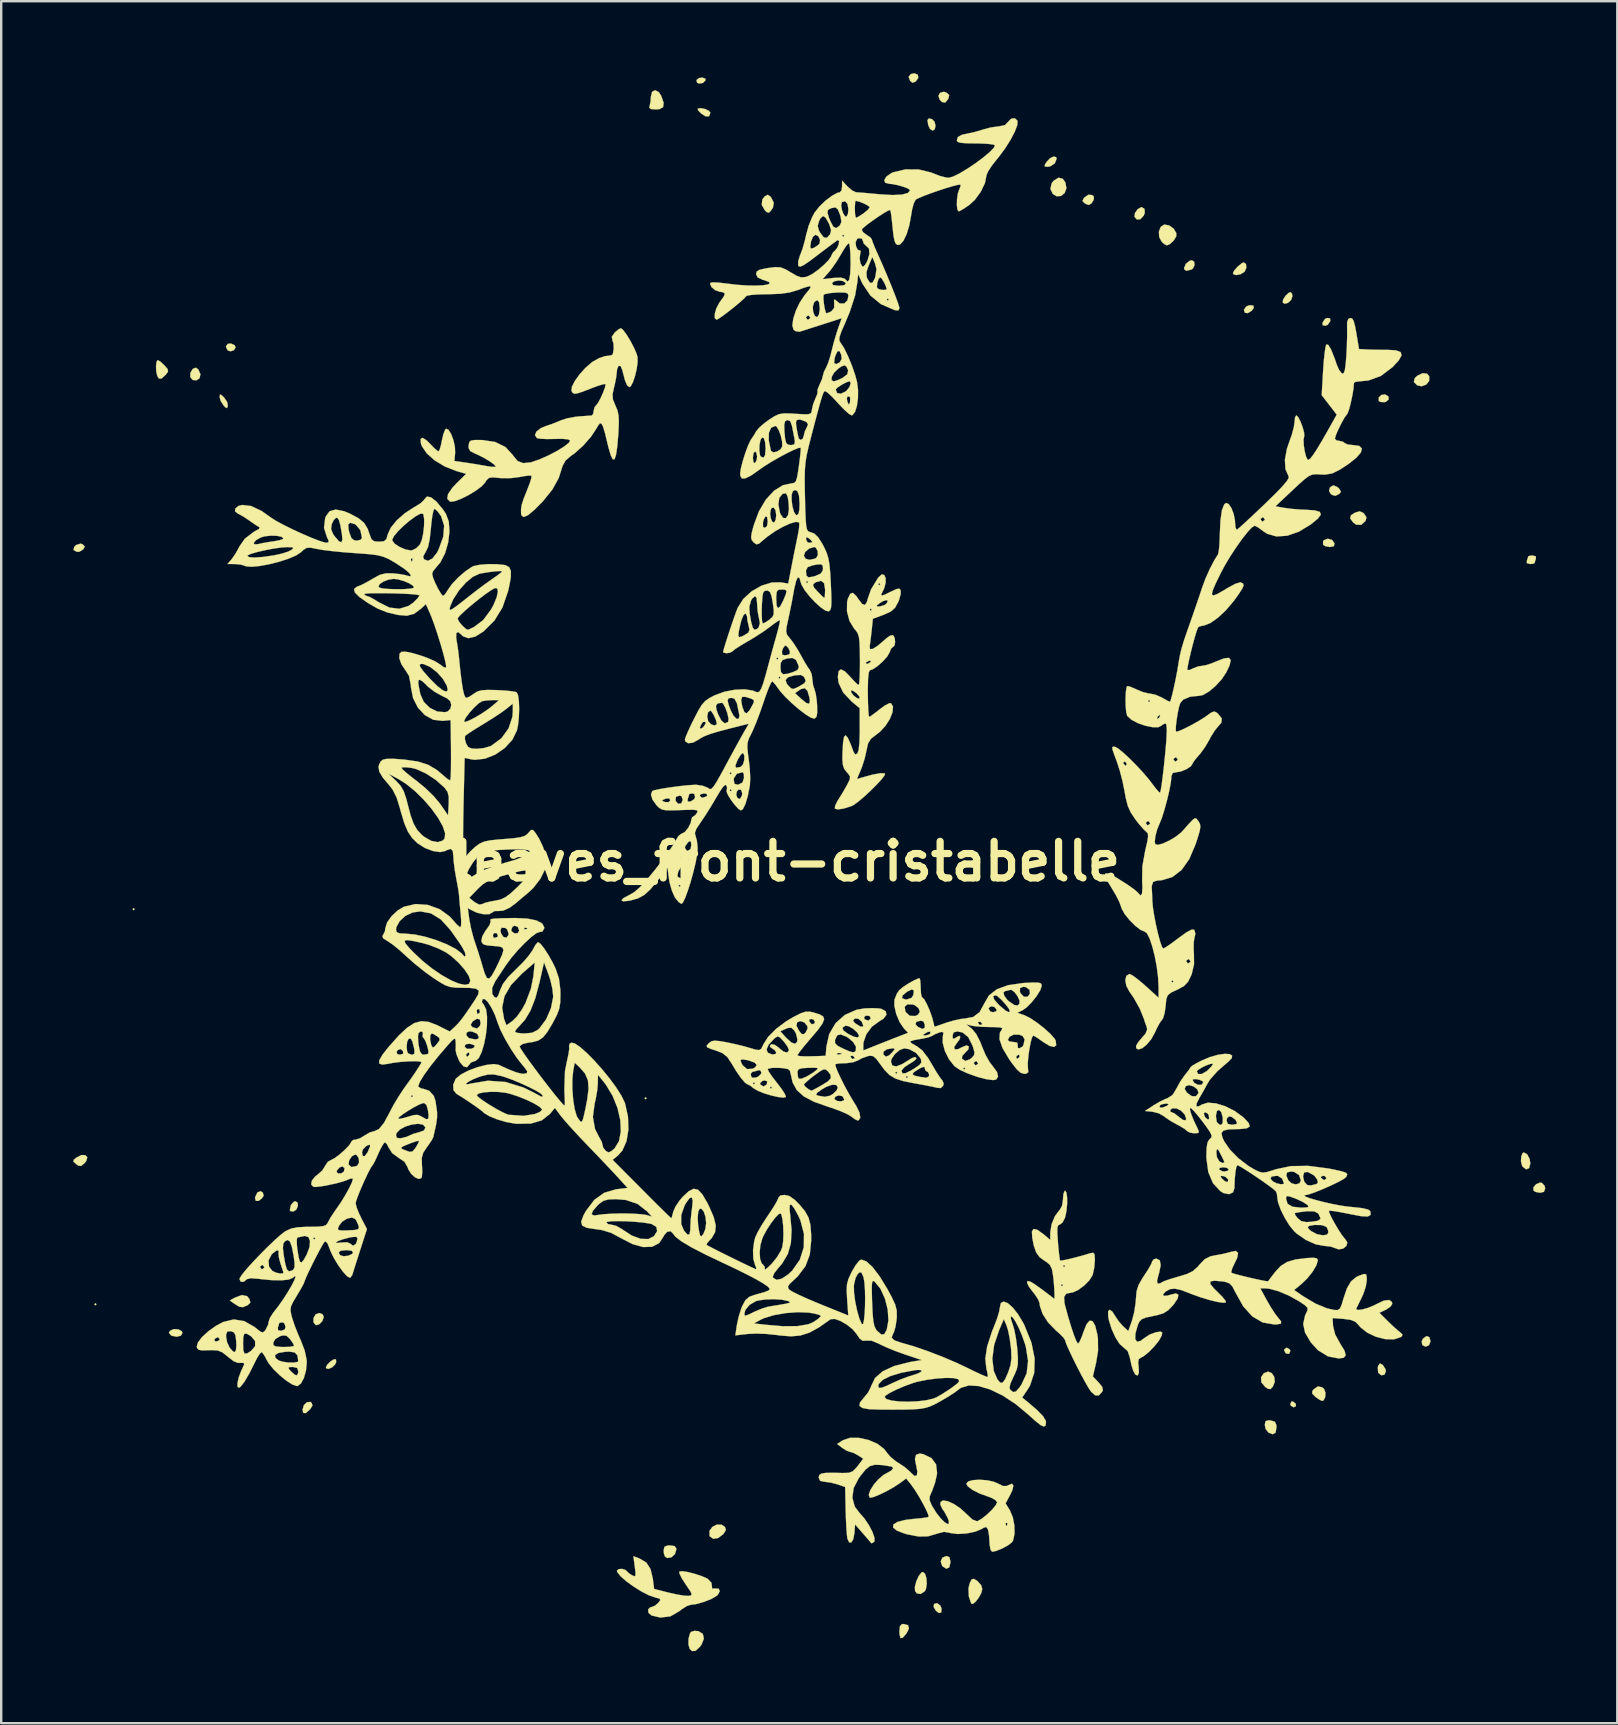
<source format=kicad_pcb>
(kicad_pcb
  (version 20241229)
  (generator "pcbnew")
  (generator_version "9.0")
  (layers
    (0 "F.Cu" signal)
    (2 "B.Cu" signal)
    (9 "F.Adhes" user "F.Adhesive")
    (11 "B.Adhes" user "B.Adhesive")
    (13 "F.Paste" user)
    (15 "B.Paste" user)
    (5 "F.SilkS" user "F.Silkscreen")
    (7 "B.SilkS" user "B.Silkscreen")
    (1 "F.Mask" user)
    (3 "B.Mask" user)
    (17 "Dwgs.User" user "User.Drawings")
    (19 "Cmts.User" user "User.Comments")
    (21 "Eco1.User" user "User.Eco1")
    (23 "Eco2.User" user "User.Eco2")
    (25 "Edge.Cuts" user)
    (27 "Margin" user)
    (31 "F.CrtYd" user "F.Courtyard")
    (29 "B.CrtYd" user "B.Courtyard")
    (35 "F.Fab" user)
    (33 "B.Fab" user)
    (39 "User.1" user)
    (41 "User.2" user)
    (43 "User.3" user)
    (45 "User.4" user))
  (footprint "leaves_front-cristabelle"
    (layer "F.Cu")
    (at 29.733 32.839)
    (property "Reference" "leaves_front-cristabelle" (at 0 0 0) (layer "F.SilkS") (effects (font (size 1.524 1.524) (thickness 0.3))))
    (attr through_hole)
    (fp_poly (pts (xy -28.763 18.453) (xy -28.807 18.497) (xy -28.852 18.453) (xy -28.807 18.408) (xy -28.763 18.453)) (stroke (width 0.01) (type solid)) (fill yes) (layer "F.SilkS"))
    (fp_poly (pts (xy -27.17 1.991) (xy -27.214 2.036) (xy -27.259 1.991) (xy -27.214 1.947) (xy -27.17 1.991)) (stroke (width 0.01) (type solid)) (fill yes) (layer "F.SilkS"))
    (fp_poly (pts (xy -5.841 9.868) (xy -5.885 9.912) (xy -5.93 9.868) (xy -5.885 9.824) (xy -5.841 9.868)) (stroke (width 0.01) (type solid)) (fill yes) (layer "F.SilkS"))
    (fp_poly (pts (xy 21.197 22.588) (xy 21.212 22.694) (xy 21.115 22.745) (xy 20.993 22.674) (xy 20.975 22.605) (xy 21.026 22.502) (xy 21.08 22.5) (xy 21.197 22.588)) (stroke (width 0.01) (type solid)) (fill yes) (layer "F.SilkS"))
    (fp_poly (pts (xy -23.01 -21.507) (xy -22.966 -21.419) (xy -23.037 -21.297) (xy -23.185 -21.251) (xy -23.302 -21.296) (xy -23.372 -21.448) (xy -23.299 -21.56) (xy -23.165 -21.578) (xy -23.01 -21.507)) (stroke (width 0.01) (type solid)) (fill yes) (layer "F.SilkS"))
    (fp_poly (pts (xy -3.397 -32.614) (xy -3.385 -32.547) (xy -3.495 -32.434) (xy -3.658 -32.406) (xy -3.741 -32.445) (xy -3.767 -32.554) (xy -3.659 -32.637) (xy -3.527 -32.657) (xy -3.397 -32.614)) (stroke (width 0.01) (type solid)) (fill yes) (layer "F.SilkS"))
    (fp_poly (pts (xy 5.457 -32.776) (xy 5.475 -32.641) (xy 5.366 -32.49) (xy 5.236 -32.441) (xy 5.137 -32.519) (xy 5.074 -32.686) (xy 5.164 -32.804) (xy 5.315 -32.834) (xy 5.457 -32.776)) (stroke (width 0.01) (type solid)) (fill yes) (layer "F.SilkS"))
    (fp_poly (pts (xy 20.959 20.338) (xy 20.975 20.4) (xy 20.921 20.522) (xy 20.799 20.5) (xy 20.768 20.473) (xy 20.712 20.344) (xy 20.804 20.27) (xy 20.842 20.267) (xy 20.959 20.338)) (stroke (width 0.01) (type solid)) (fill yes) (layer "F.SilkS"))
    (fp_poly (pts (xy 22.633 -22.622) (xy 22.641 -22.511) (xy 22.538 -22.358) (xy 22.448 -22.318) (xy 22.326 -22.336) (xy 22.318 -22.448) (xy 22.421 -22.601) (xy 22.511 -22.641) (xy 22.633 -22.622)) (stroke (width 0.01) (type solid)) (fill yes) (layer "F.SilkS"))
    (fp_poly (pts (xy 26.771 19.824) (xy 26.816 19.997) (xy 26.754 20.158) (xy 26.616 20.219) (xy 26.476 20.151) (xy 26.447 19.994) (xy 26.508 19.882) (xy 26.652 19.774) (xy 26.771 19.824)) (stroke (width 0.01) (type solid)) (fill yes) (layer "F.SilkS"))
    (fp_poly (pts (xy -21.838 13.793) (xy -21.796 13.921) (xy -21.857 14.024) (xy -22.009 14.145) (xy -22.125 14.143) (xy -22.159 14.023) (xy -22.151 13.982) (xy -22.055 13.787) (xy -21.923 13.74) (xy -21.838 13.793)) (stroke (width 0.01) (type solid)) (fill yes) (layer "F.SilkS"))
    (fp_poly (pts (xy -20.38 14.222) (xy -20.372 14.361) (xy -20.435 14.506) (xy -20.555 14.586) (xy -20.684 14.571) (xy -20.709 14.528) (xy -20.66 14.312) (xy -20.539 14.177) (xy -20.473 14.16) (xy -20.38 14.222)) (stroke (width 0.01) (type solid)) (fill yes) (layer "F.SilkS"))
    (fp_poly (pts (xy 6.05 -30.924) (xy 6.154 -30.818) (xy 6.193 -30.652) (xy 6.163 -30.503) (xy 6.072 -30.445) (xy 5.962 -30.52) (xy 5.891 -30.676) (xy 5.858 -30.884) (xy 5.914 -30.955) (xy 6.05 -30.924)) (stroke (width 0.01) (type solid)) (fill yes) (layer "F.SilkS"))
    (fp_poly (pts (xy 6.261 30.904) (xy 6.395 31.005) (xy 6.445 31.131) (xy 6.43 31.297) (xy 6.33 31.313) (xy 6.213 31.223) (xy 6.116 31.065) (xy 6.133 30.939) (xy 6.255 30.902) (xy 6.261 30.904)) (stroke (width 0.01) (type solid)) (fill yes) (layer "F.SilkS"))
    (fp_poly (pts (xy 19.438 -23.157) (xy 19.453 -23.057) (xy 19.364 -22.94) (xy 19.205 -22.843) (xy 19.079 -22.86) (xy 19.043 -22.982) (xy 19.044 -22.988) (xy 19.145 -23.122) (xy 19.272 -23.171) (xy 19.438 -23.157)) (stroke (width 0.01) (type solid)) (fill yes) (layer "F.SilkS"))
    (fp_poly (pts (xy 25.065 -19.371) (xy 25.074 -19.245) (xy 24.956 -19.147) (xy 24.899 -19.133) (xy 24.728 -19.142) (xy 24.662 -19.182) (xy 24.657 -19.321) (xy 24.767 -19.432) (xy 24.924 -19.456) (xy 25.065 -19.371)) (stroke (width 0.01) (type solid)) (fill yes) (layer "F.SilkS"))
    (fp_poly (pts (xy -29.342 -13.212) (xy -29.252 -13.124) (xy -29.313 -13.001) (xy -29.315 -12.999) (xy -29.479 -12.901) (xy -29.582 -12.898) (xy -29.721 -12.976) (xy -29.691 -13.101) (xy -29.608 -13.183) (xy -29.423 -13.24) (xy -29.342 -13.212)) (stroke (width 0.01) (type solid)) (fill yes) (layer "F.SilkS"))
    (fp_poly (pts (xy -25.354 19.496) (xy -25.211 19.571) (xy -25.179 19.647) (xy -25.251 19.761) (xy -25.42 19.805) (xy -25.617 19.766) (xy -25.665 19.74) (xy -25.746 19.639) (xy -25.697 19.555) (xy -25.542 19.486) (xy -25.354 19.496)) (stroke (width 0.01) (type solid)) (fill yes) (layer "F.SilkS"))
    (fp_poly (pts (xy -24.519 -20.493) (xy -24.432 -20.298) (xy -24.469 -20.13) (xy -24.603 -20.041) (xy -24.758 -20.06) (xy -24.855 -20.178) (xy -24.851 -20.359) (xy -24.749 -20.521) (xy -24.748 -20.523) (xy -24.618 -20.571) (xy -24.519 -20.493)) (stroke (width 0.01) (type solid)) (fill yes) (layer "F.SilkS"))
    (fp_poly (pts (xy -23.562 -19.436) (xy -23.444 -19.324) (xy -23.319 -19.141) (xy -23.289 -18.985) (xy -23.324 -18.886) (xy -23.394 -18.917) (xy -23.475 -19.003) (xy -23.595 -19.197) (xy -23.63 -19.342) (xy -23.62 -19.449) (xy -23.562 -19.436)) (stroke (width 0.01) (type solid)) (fill yes) (layer "F.SilkS"))
    (fp_poly (pts (xy -19.805 22.552) (xy -19.762 22.667) (xy -19.861 22.824) (xy -19.867 22.831) (xy -20.043 22.985) (xy -20.148 22.98) (xy -20.178 22.844) (xy -20.124 22.656) (xy -19.998 22.533) (xy -19.854 22.519) (xy -19.805 22.552)) (stroke (width 0.01) (type solid)) (fill yes) (layer "F.SilkS"))
    (fp_poly (pts (xy -19.346 18.865) (xy -19.293 18.976) (xy -19.35 19.147) (xy -19.478 19.284) (xy -19.616 19.323) (xy -19.625 19.32) (xy -19.721 19.206) (xy -19.72 19.025) (xy -19.637 18.875) (xy -19.488 18.815) (xy -19.346 18.865)) (stroke (width 0.01) (type solid)) (fill yes) (layer "F.SilkS"))
    (fp_poly (pts (xy -18.776 20.859) (xy -18.819 20.957) (xy -18.941 21.077) (xy -19.086 21.141) (xy -19.189 21.126) (xy -19.205 21.084) (xy -19.147 20.964) (xy -19.015 20.834) (xy -18.872 20.745) (xy -18.787 20.744) (xy -18.776 20.859)) (stroke (width 0.01) (type solid)) (fill yes) (layer "F.SilkS"))
    (fp_poly (pts (xy -3.407 -31.347) (xy -3.245 -31.271) (xy -3.186 -31.192) (xy -3.239 -31.046) (xy -3.381 -31.041) (xy -3.553 -31.145) (xy -3.686 -31.276) (xy -3.718 -31.357) (xy -3.717 -31.358) (xy -3.592 -31.385) (xy -3.407 -31.347)) (stroke (width 0.01) (type solid)) (fill yes) (layer "F.SilkS"))
    (fp_poly (pts (xy 5.049 31.821) (xy 5.087 31.961) (xy 4.983 32.167) (xy 4.828 32.346) (xy 4.735 32.361) (xy 4.695 32.209) (xy 4.691 32.082) (xy 4.711 31.868) (xy 4.789 31.781) (xy 4.862 31.772) (xy 5.049 31.821)) (stroke (width 0.01) (type solid)) (fill yes) (layer "F.SilkS"))
    (fp_poly (pts (xy 6.648 -32.032) (xy 6.764 -31.928) (xy 6.73 -31.779) (xy 6.724 -31.768) (xy 6.599 -31.615) (xy 6.465 -31.636) (xy 6.372 -31.728) (xy 6.314 -31.894) (xy 6.385 -32.024) (xy 6.541 -32.066) (xy 6.648 -32.032)) (stroke (width 0.01) (type solid)) (fill yes) (layer "F.SilkS"))
    (fp_poly (pts (xy 6.771 28.986) (xy 6.814 29.153) (xy 6.815 29.206) (xy 6.767 29.413) (xy 6.647 29.471) (xy 6.486 29.368) (xy 6.47 29.35) (xy 6.409 29.17) (xy 6.479 29.01) (xy 6.647 28.94) (xy 6.771 28.986)) (stroke (width 0.01) (type solid)) (fill yes) (layer "F.SilkS"))
    (fp_poly (pts (xy 11.22 -29.341) (xy 11.24 -29.274) (xy 11.162 -29.081) (xy 10.973 -28.958) (xy 10.857 -28.94) (xy 10.744 -28.955) (xy 10.752 -29.032) (xy 10.819 -29.139) (xy 10.965 -29.295) (xy 11.116 -29.368) (xy 11.22 -29.341)) (stroke (width 0.01) (type solid)) (fill yes) (layer "F.SilkS"))
    (fp_poly (pts (xy 14.899 -27.191) (xy 14.914 -27.027) (xy 14.869 -26.906) (xy 14.73 -26.757) (xy 14.582 -26.744) (xy 14.483 -26.858) (xy 14.503 -27.012) (xy 14.616 -27.172) (xy 14.763 -27.257) (xy 14.781 -27.259) (xy 14.899 -27.191)) (stroke (width 0.01) (type solid)) (fill yes) (layer "F.SilkS"))
    (fp_poly (pts (xy 16.972 -24.982) (xy 16.985 -24.842) (xy 16.92 -24.704) (xy 16.852 -24.657) (xy 16.644 -24.607) (xy 16.556 -24.67) (xy 16.55 -24.719) (xy 16.623 -24.899) (xy 16.789 -25.027) (xy 16.877 -25.046) (xy 16.972 -24.982)) (stroke (width 0.01) (type solid)) (fill yes) (layer "F.SilkS"))
    (fp_poly (pts (xy 21.05 -23.644) (xy 21.063 -23.545) (xy 21.007 -23.387) (xy 20.878 -23.27) (xy 20.738 -23.233) (xy 20.662 -23.281) (xy 20.674 -23.403) (xy 20.773 -23.562) (xy 20.907 -23.688) (xy 20.989 -23.718) (xy 21.05 -23.644)) (stroke (width 0.01) (type solid)) (fill yes) (layer "F.SilkS"))
    (fp_poly (pts (xy 22.716 -13.393) (xy 22.817 -13.252) (xy 22.791 -13.133) (xy 22.628 -13.098) (xy 22.624 -13.098) (xy 22.432 -13.133) (xy 22.342 -13.194) (xy 22.34 -13.334) (xy 22.372 -13.38) (xy 22.538 -13.444) (xy 22.716 -13.393)) (stroke (width 0.01) (type solid)) (fill yes) (layer "F.SilkS"))
    (fp_poly (pts (xy 26.675 -20.319) (xy 26.763 -20.215) (xy 26.762 -20.018) (xy 26.638 -19.865) (xy 26.445 -19.795) (xy 26.261 -19.836) (xy 26.122 -19.975) (xy 26.159 -20.132) (xy 26.263 -20.232) (xy 26.488 -20.34) (xy 26.675 -20.319)) (stroke (width 0.01) (type solid)) (fill yes) (layer "F.SilkS"))
    (fp_poly (pts (xy 31.456 13.393) (xy 31.571 13.516) (xy 31.595 13.626) (xy 31.543 13.768) (xy 31.379 13.806) (xy 31.189 13.77) (xy 31.103 13.709) (xy 31.106 13.577) (xy 31.216 13.45) (xy 31.373 13.384) (xy 31.456 13.393)) (stroke (width 0.01) (type solid)) (fill yes) (layer "F.SilkS"))
    (fp_poly (pts (xy -29.229 12.237) (xy -29.147 12.327) (xy -29.187 12.481) (xy -29.265 12.577) (xy -29.404 12.69) (xy -29.521 12.674) (xy -29.607 12.613) (xy -29.728 12.506) (xy -29.707 12.427) (xy -29.609 12.346) (xy -29.394 12.235) (xy -29.229 12.237)) (stroke (width 0.01) (type solid)) (fill yes) (layer "F.SilkS"))
    (fp_poly (pts (xy -22.489 18.113) (xy -22.393 18.228) (xy -22.352 18.381) (xy -22.461 18.487) (xy -22.472 18.493) (xy -22.662 18.573) (xy -22.817 18.553) (xy -23.002 18.44) (xy -23.21 18.294) (xy -23 18.177) (xy -22.703 18.067) (xy -22.489 18.113)) (stroke (width 0.01) (type solid)) (fill yes) (layer "F.SilkS"))
    (fp_poly (pts (xy 11.496 -28.441) (xy 11.605 -28.288) (xy 11.648 -28.047) (xy 11.575 -27.847) (xy 11.425 -27.724) (xy 11.236 -27.712) (xy 11.08 -27.807) (xy 10.981 -28.016) (xy 11.031 -28.25) (xy 11.113 -28.358) (xy 11.318 -28.486) (xy 11.496 -28.441)) (stroke (width 0.01) (type solid)) (fill yes) (layer "F.SilkS"))
    (fp_poly (pts (xy 20.156 23.292) (xy 20.333 23.343) (xy 20.395 23.48) (xy 20.4 23.578) (xy 20.362 23.8) (xy 20.243 23.866) (xy 20.068 23.8) (xy 19.948 23.648) (xy 19.913 23.487) (xy 19.939 23.328) (xy 20.054 23.285) (xy 20.156 23.292)) (stroke (width 0.01) (type solid)) (fill yes) (layer "F.SilkS"))
    (fp_poly (pts (xy 20.206 21.322) (xy 20.308 21.479) (xy 20.329 21.684) (xy 20.248 21.884) (xy 20.15 21.987) (xy 20.043 21.97) (xy 19.935 21.901) (xy 19.768 21.705) (xy 19.757 21.489) (xy 19.876 21.323) (xy 20.053 21.256) (xy 20.206 21.322)) (stroke (width 0.01) (type solid)) (fill yes) (layer "F.SilkS"))
    (fp_poly (pts (xy 24.011 -14.523) (xy 24.052 -14.484) (xy 24.151 -14.331) (xy 24.106 -14.181) (xy 23.927 -14.022) (xy 23.72 -14.03) (xy 23.596 -14.118) (xy 23.469 -14.294) (xy 23.506 -14.426) (xy 23.677 -14.532) (xy 23.868 -14.587) (xy 24.011 -14.523)) (stroke (width 0.01) (type solid)) (fill yes) (layer "F.SilkS"))
    (fp_poly (pts (xy 24.825 20.975) (xy 24.826 20.976) (xy 24.939 21.151) (xy 24.957 21.251) (xy 24.898 21.385) (xy 24.77 21.41) (xy 24.651 21.318) (xy 24.635 21.285) (xy 24.62 21.087) (xy 24.639 21.009) (xy 24.709 20.916) (xy 24.825 20.975)) (stroke (width 0.01) (type solid)) (fill yes) (layer "F.SilkS"))
    (fp_poly (pts (xy 30.844 12.203) (xy 30.946 12.395) (xy 30.976 12.585) (xy 30.925 12.78) (xy 30.805 12.831) (xy 30.664 12.727) (xy 30.629 12.67) (xy 30.586 12.496) (xy 30.597 12.299) (xy 30.652 12.155) (xy 30.703 12.125) (xy 30.844 12.203)) (stroke (width 0.01) (type solid)) (fill yes) (layer "F.SilkS"))
    (fp_poly (pts (xy -4.669 28.528) (xy -4.603 28.636) (xy -4.602 28.657) (xy -4.662 28.858) (xy -4.804 28.992) (xy -4.974 29.024) (xy -5.074 28.97) (xy -5.121 28.843) (xy -5.133 28.704) (xy -5.101 28.556) (xy -4.971 28.502) (xy -4.868 28.498) (xy -4.669 28.528)) (stroke (width 0.01) (type solid)) (fill yes) (layer "F.SilkS"))
    (fp_poly (pts (xy -2.711 27.637) (xy -2.579 27.73) (xy -2.539 27.855) (xy -2.637 28.014) (xy -2.66 28.04) (xy -2.868 28.192) (xy -3.066 28.223) (xy -3.204 28.128) (xy -3.219 28.096) (xy -3.223 27.89) (xy -3.103 27.725) (xy -2.915 27.63) (xy -2.711 27.637)) (stroke (width 0.01) (type solid)) (fill yes) (layer "F.SilkS"))
    (fp_poly (pts (xy -0.688 -27.702) (xy -0.654 -27.659) (xy -0.542 -27.439) (xy -0.579 -27.241) (xy -0.648 -27.133) (xy -0.748 -27.025) (xy -0.841 -27.054) (xy -0.913 -27.122) (xy -1.046 -27.351) (xy -1.022 -27.58) (xy -0.92 -27.709) (xy -0.794 -27.776) (xy -0.688 -27.702)) (stroke (width 0.01) (type solid)) (fill yes) (layer "F.SilkS"))
    (fp_poly (pts (xy 12.725 -27.762) (xy 12.791 -27.697) (xy 12.786 -27.568) (xy 12.698 -27.422) (xy 12.584 -27.348) (xy 12.579 -27.348) (xy 12.464 -27.391) (xy 12.396 -27.43) (xy 12.315 -27.519) (xy 12.377 -27.64) (xy 12.385 -27.65) (xy 12.558 -27.774) (xy 12.725 -27.762)) (stroke (width 0.01) (type solid)) (fill yes) (layer "F.SilkS"))
    (fp_poly (pts (xy 19.128 -24.89) (xy 19.145 -24.738) (xy 19.079 -24.581) (xy 19.062 -24.562) (xy 18.904 -24.464) (xy 18.729 -24.428) (xy 18.606 -24.462) (xy 18.585 -24.512) (xy 18.646 -24.627) (xy 18.786 -24.782) (xy 18.941 -24.913) (xy 19.035 -24.957) (xy 19.128 -24.89)) (stroke (width 0.01) (type solid)) (fill yes) (layer "F.SilkS"))
    (fp_poly (pts (xy 22.311 21.915) (xy 22.387 21.988) (xy 22.442 22.142) (xy 22.428 22.325) (xy 22.36 22.457) (xy 22.306 22.479) (xy 22.192 22.429) (xy 22.027 22.313) (xy 21.892 22.179) (xy 21.891 22.073) (xy 21.94 22.003) (xy 22.126 21.872) (xy 22.311 21.915)) (stroke (width 0.01) (type solid)) (fill yes) (layer "F.SilkS"))
    (fp_poly (pts (xy 22.931 -15.602) (xy 23.016 -15.525) (xy 23.086 -15.4) (xy 23.014 -15.311) (xy 23.005 -15.305) (xy 22.855 -15.232) (xy 22.727 -15.266) (xy 22.666 -15.303) (xy 22.59 -15.432) (xy 22.628 -15.581) (xy 22.755 -15.664) (xy 22.776 -15.665) (xy 22.931 -15.602)) (stroke (width 0.01) (type solid)) (fill yes) (layer "F.SilkS"))
    (fp_poly (pts (xy 31.208 -12.707) (xy 31.206 -12.604) (xy 31.159 -12.463) (xy 31.153 -12.427) (xy 31.078 -12.398) (xy 30.966 -12.39) (xy 30.831 -12.427) (xy 30.833 -12.53) (xy 30.88 -12.671) (xy 30.887 -12.707) (xy 30.962 -12.737) (xy 31.074 -12.744) (xy 31.208 -12.707)) (stroke (width 0.01) (type solid)) (fill yes) (layer "F.SilkS"))
    (fp_poly (pts (xy -5.339 -32.056) (xy -5.236 -31.901) (xy -5.133 -31.606) (xy -5.155 -31.425) (xy -5.308 -31.341) (xy -5.452 -31.33) (xy -5.662 -31.345) (xy -5.731 -31.403) (xy -5.718 -31.47) (xy -5.678 -31.66) (xy -5.664 -31.868) (xy -5.613 -32.067) (xy -5.489 -32.13) (xy -5.339 -32.056)) (stroke (width 0.01) (type solid)) (fill yes) (layer "F.SilkS"))
    (fp_poly (pts (xy -3.679 32.072) (xy -3.5 32.187) (xy -3.457 32.383) (xy -3.554 32.629) (xy -3.624 32.724) (xy -3.805 32.892) (xy -3.95 32.9) (xy -4.045 32.812) (xy -4.1 32.63) (xy -4.095 32.381) (xy -4.035 32.163) (xy -3.993 32.101) (xy -3.85 32.056) (xy -3.679 32.072)) (stroke (width 0.01) (type solid)) (fill yes) (layer "F.SilkS"))
    (fp_poly (pts (xy 5.759 29.68) (xy 5.815 29.867) (xy 5.83 30.099) (xy 5.797 30.311) (xy 5.747 30.407) (xy 5.578 30.521) (xy 5.416 30.497) (xy 5.341 30.397) (xy 5.334 30.221) (xy 5.395 29.99) (xy 5.495 29.771) (xy 5.61 29.627) (xy 5.668 29.604) (xy 5.759 29.68)) (stroke (width 0.01) (type solid)) (fill yes) (layer "F.SilkS"))
    (fp_poly (pts (xy 7.93 29.972) (xy 8.096 30.154) (xy 8.142 30.317) (xy 8.1 30.483) (xy 7.997 30.673) (xy 7.869 30.839) (xy 7.751 30.936) (xy 7.682 30.924) (xy 7.581 30.621) (xy 7.568 30.282) (xy 7.615 30.081) (xy 7.698 29.914) (xy 7.787 29.89) (xy 7.93 29.972)) (stroke (width 0.01) (type solid)) (fill yes) (layer "F.SilkS"))
    (fp_poly (pts (xy -26.107 -20.828) (xy -25.95 -20.685) (xy -25.932 -20.666) (xy -25.798 -20.51) (xy -25.781 -20.407) (xy -25.871 -20.285) (xy -25.886 -20.268) (xy -26.054 -20.117) (xy -26.164 -20.118) (xy -26.231 -20.23) (xy -26.274 -20.423) (xy -26.283 -20.642) (xy -26.26 -20.819) (xy -26.212 -20.886) (xy -26.107 -20.828)) (stroke (width 0.01) (type solid)) (fill yes) (layer "F.SilkS"))
    (fp_poly (pts (xy 15.934 -26.495) (xy 16.119 -26.358) (xy 16.227 -26.175) (xy 16.226 -26.044) (xy 16.117 -25.865) (xy 15.956 -25.717) (xy 15.831 -25.666) (xy 15.724 -25.721) (xy 15.622 -25.809) (xy 15.514 -26.007) (xy 15.5 -26.236) (xy 15.573 -26.434) (xy 15.723 -26.533) (xy 15.726 -26.534) (xy 15.934 -26.495)) (stroke (width 0.01) (type solid)) (fill yes) (layer "F.SilkS"))
    (fp_poly (pts (xy -6.13 29.047) (xy -5.855 29.213) (xy -5.68 29.482) (xy -5.583 29.885) (xy -5.58 29.914) (xy -5.531 30.312) (xy -4.912 30.469) (xy -4.575 30.544) (xy -4.282 30.591) (xy -4.096 30.602) (xy -4.094 30.601) (xy -3.993 30.581) (xy -3.965 30.528) (xy -4.02 30.41) (xy -4.167 30.191) (xy -4.22 30.113) (xy -4.378 29.866) (xy -4.472 29.676) (xy -4.483 29.588) (xy -4.364 29.572) (xy -4.135 29.606) (xy -3.851 29.677) (xy -3.567 29.769) (xy -3.339 29.868) (xy -3.29 29.897) (xy -3.141 30.055) (xy -3.124 30.182) (xy -3.114 30.294) (xy -3.008 30.293) (xy -2.842 30.3) (xy -2.793 30.403) (xy -2.876 30.556) (xy -2.915 30.593) (xy -3.135 30.724) (xy -3.449 30.85) (xy -3.778 30.943) (xy -4.015 30.974) (xy -4.18 31.031) (xy -4.398 31.172) (xy -4.483 31.241) (xy -4.851 31.454) (xy -5.269 31.504) (xy -5.641 31.416) (xy -5.767 31.305) (xy -5.781 31.166) (xy -5.685 31.073) (xy -5.624 31.064) (xy -5.486 31.004) (xy -5.362 30.895) (xy -5.272 30.779) (xy -5.302 30.717) (xy -5.479 30.668) (xy -5.503 30.663) (xy -5.761 30.571) (xy -6.072 30.41) (xy -6.396 30.206) (xy -6.695 29.988) (xy -6.931 29.781) (xy -7.064 29.613) (xy -7.08 29.556) (xy -7.011 29.487) (xy -6.862 29.476) (xy -6.72 29.522) (xy -6.682 29.559) (xy -6.565 29.669) (xy -6.452 29.741) (xy -6.35 29.785) (xy -6.307 29.748) (xy -6.31 29.596) (xy -6.335 29.391) (xy -6.394 28.947) (xy -6.13 29.047)) (stroke (width 0.01) (type solid)) (fill yes) (layer "F.SilkS"))
    (fp_poly (pts (xy 11.648 13.796) (xy 11.676 13.998) (xy 11.677 14.269) (xy 11.651 14.558) (xy 11.599 14.812) (xy 11.585 14.855) (xy 11.485 15.045) (xy 11.371 15.133) (xy 11.362 15.134) (xy 11.301 15.163) (xy 11.271 15.273) (xy 11.27 15.494) (xy 11.294 15.859) (xy 11.294 15.864) (xy 11.324 16.204) (xy 11.354 16.468) (xy 11.377 16.614) (xy 11.383 16.629) (xy 11.476 16.625) (xy 11.694 16.582) (xy 11.989 16.51) (xy 12.317 16.422) (xy 12.631 16.328) (xy 12.634 16.327) (xy 12.761 16.303) (xy 12.818 16.366) (xy 12.833 16.557) (xy 12.833 16.615) (xy 12.808 16.925) (xy 12.746 17.212) (xy 12.738 17.237) (xy 12.609 17.447) (xy 12.39 17.67) (xy 12.138 17.856) (xy 11.912 17.959) (xy 11.854 17.967) (xy 11.643 18.009) (xy 11.551 18.145) (xy 11.567 18.399) (xy 11.592 18.506) (xy 11.72 18.975) (xy 11.848 19.398) (xy 11.965 19.745) (xy 12.061 19.985) (xy 12.126 20.088) (xy 12.133 20.09) (xy 12.195 20.013) (xy 12.285 19.813) (xy 12.358 19.603) (xy 12.488 19.28) (xy 12.618 19.132) (xy 12.739 19.155) (xy 12.847 19.347) (xy 12.935 19.705) (xy 12.96 19.869) (xy 12.966 20.388) (xy 12.885 20.885) (xy 12.75 21.458) (xy 12.988 21.707) (xy 13.14 21.895) (xy 13.165 22.032) (xy 13.134 22.101) (xy 12.992 22.254) (xy 12.842 22.243) (xy 12.684 22.105) (xy 12.584 21.96) (xy 12.434 21.702) (xy 12.255 21.37) (xy 12.065 21.003) (xy 11.885 20.638) (xy 11.734 20.315) (xy 11.63 20.071) (xy 11.594 19.949) (xy 11.531 19.849) (xy 11.367 19.681) (xy 11.194 19.528) (xy 10.881 19.205) (xy 10.653 18.848) (xy 10.539 18.509) (xy 10.532 18.416) (xy 10.477 18.263) (xy 10.34 18.05) (xy 10.27 17.963) (xy 10.088 17.722) (xy 10.007 17.554) (xy 10.032 17.479) (xy 10.168 17.518) (xy 10.169 17.519) (xy 10.331 17.621) (xy 10.57 17.79) (xy 10.744 17.919) (xy 11.151 18.23) (xy 11.15 17.987) (xy 11.139 17.756) (xy 11.131 17.656) (xy 11.417 17.656) (xy 11.461 17.7) (xy 11.505 17.656) (xy 11.461 17.612) (xy 11.417 17.656) (xy 11.131 17.656) (xy 11.112 17.442) (xy 11.094 17.282) (xy 11.046 16.994) (xy 10.983 16.86) (xy 11.505 16.86) (xy 11.549 16.904) (xy 11.594 16.86) (xy 11.549 16.815) (xy 11.505 16.86) (xy 10.983 16.86) (xy 10.964 16.817) (xy 10.812 16.687) (xy 10.739 16.642) (xy 10.527 16.486) (xy 10.385 16.287) (xy 10.286 15.996) (xy 10.225 15.687) (xy 10.209 15.424) (xy 10.276 15.312) (xy 10.434 15.347) (xy 10.688 15.528) (xy 10.702 15.54) (xy 10.974 15.769) (xy 10.974 15.465) (xy 11.029 15.118) (xy 11.171 14.776) (xy 11.363 14.522) (xy 11.374 14.513) (xy 11.463 14.352) (xy 11.505 14.098) (xy 11.505 14.061) (xy 11.525 13.843) (xy 11.576 13.725) (xy 11.594 13.718) (xy 11.648 13.796)) (stroke (width 0.01) (type solid)) (fill yes) (layer "F.SilkS"))
    (fp_poly (pts (xy 4.055 -11.937) (xy 4.114 -11.811) (xy 4.117 -11.612) (xy 4.055 -11.376) (xy 4 -11.262) (xy 3.933 -11.124) (xy 3.953 -11.075) (xy 4.083 -11.116) (xy 4.342 -11.242) (xy 4.565 -11.346) (xy 4.683 -11.364) (xy 4.741 -11.301) (xy 4.745 -11.29) (xy 4.742 -11.133) (xy 4.675 -10.895) (xy 4.637 -10.801) (xy 4.508 -10.567) (xy 4.337 -10.414) (xy 4.059 -10.286) (xy 4.032 -10.276) (xy 3.584 -10.11) (xy 3.53 -9.591) (xy 3.496 -9.296) (xy 3.467 -9.071) (xy 3.453 -8.983) (xy 3.458 -8.849) (xy 3.569 -8.849) (xy 3.778 -8.978) (xy 4.08 -9.235) (xy 4.139 -9.29) (xy 4.303 -9.406) (xy 4.424 -9.426) (xy 4.426 -9.425) (xy 4.492 -9.312) (xy 4.511 -9.14) (xy 4.484 -8.989) (xy 4.427 -8.939) (xy 4.343 -8.864) (xy 4.284 -8.717) (xy 4.188 -8.544) (xy 4.003 -8.336) (xy 3.781 -8.139) (xy 3.575 -8.001) (xy 3.462 -7.965) (xy 3.414 -7.877) (xy 3.384 -7.613) (xy 3.373 -7.174) (xy 3.374 -6.992) (xy 3.381 -6.6) (xy 3.394 -6.284) (xy 3.412 -6.079) (xy 3.429 -6.018) (xy 3.519 -6.07) (xy 3.699 -6.203) (xy 3.862 -6.333) (xy 4.087 -6.497) (xy 4.264 -6.588) (xy 4.336 -6.594) (xy 4.423 -6.447) (xy 4.402 -6.215) (xy 4.293 -5.937) (xy 4.112 -5.651) (xy 3.878 -5.398) (xy 3.734 -5.288) (xy 3.505 -5.11) (xy 3.385 -4.919) (xy 3.323 -4.644) (xy 3.245 -4.293) (xy 3.127 -3.924) (xy 3.089 -3.831) (xy 2.918 -3.43) (xy 3.118 -3.491) (xy 3.577 -3.617) (xy 3.903 -3.676) (xy 4.082 -3.665) (xy 4.091 -3.66) (xy 4.071 -3.582) (xy 3.946 -3.419) (xy 3.745 -3.2) (xy 3.499 -2.955) (xy 3.238 -2.713) (xy 2.992 -2.503) (xy 2.791 -2.355) (xy 2.699 -2.306) (xy 2.374 -2.203) (xy 2.128 -2.165) (xy 2.001 -2.198) (xy 1.998 -2.202) (xy 2.012 -2.318) (xy 2.106 -2.512) (xy 2.148 -2.578) (xy 2.329 -2.87) (xy 2.503 -3.176) (xy 2.514 -3.197) (xy 2.617 -3.405) (xy 2.633 -3.531) (xy 2.56 -3.648) (xy 2.49 -3.724) (xy 2.385 -3.865) (xy 2.33 -4.035) (xy 2.313 -4.288) (xy 2.318 -4.536) (xy 2.342 -4.949) (xy 2.383 -5.189) (xy 2.447 -5.256) (xy 2.539 -5.15) (xy 2.664 -4.872) (xy 2.778 -4.565) (xy 2.849 -4.454) (xy 2.939 -4.497) (xy 2.99 -4.64) (xy 3.023 -4.937) (xy 3.037 -5.367) (xy 3.037 -5.492) (xy 3.034 -6.385) (xy 2.71 -6.652) (xy 2.35 -7.031) (xy 2.305 -7.125) (xy 2.671 -7.125) (xy 2.683 -7.035) (xy 2.785 -6.908) (xy 2.918 -6.804) (xy 3.022 -6.779) (xy 3.025 -6.78) (xy 3.026 -6.865) (xy 2.913 -6.998) (xy 2.911 -7) (xy 2.759 -7.107) (xy 2.671 -7.125) (xy 2.305 -7.125) (xy 2.157 -7.435) (xy 2.124 -7.69) (xy 2.156 -7.927) (xy 2.255 -8.002) (xy 2.422 -7.915) (xy 2.624 -7.709) (xy 2.807 -7.507) (xy 2.946 -7.375) (xy 2.994 -7.346) (xy 3.016 -7.428) (xy 3.033 -7.654) (xy 3.043 -7.987) (xy 3.045 -8.282) (xy 3.287 -8.282) (xy 3.308 -8.235) (xy 3.358 -8.231) (xy 3.478 -8.295) (xy 3.495 -8.318) (xy 3.481 -8.368) (xy 3.412 -8.353) (xy 3.287 -8.282) (xy 3.045 -8.282) (xy 3.045 -8.395) (xy 3.045 -8.397) (xy 3.039 -8.846) (xy 3.026 -9.156) (xy 2.999 -9.363) (xy 2.951 -9.505) (xy 2.875 -9.618) (xy 2.804 -9.698) (xy 2.609 -10.019) (xy 2.505 -10.419) (xy 2.505 -10.487) (xy 3.452 -10.487) (xy 3.496 -10.443) (xy 3.54 -10.487) (xy 3.496 -10.532) (xy 3.452 -10.487) (xy 2.505 -10.487) (xy 2.507 -10.653) (xy 3.737 -10.653) (xy 3.764 -10.623) (xy 3.866 -10.62) (xy 4.07 -10.681) (xy 4.16 -10.753) (xy 4.208 -10.859) (xy 4.137 -10.886) (xy 3.988 -10.835) (xy 3.855 -10.75) (xy 3.737 -10.653) (xy 2.507 -10.653) (xy 2.51 -10.816) (xy 2.541 -10.941) (xy 2.64 -11.15) (xy 2.751 -11.189) (xy 2.892 -11.059) (xy 2.967 -10.948) (xy 3.13 -10.732) (xy 3.248 -10.682) (xy 3.332 -10.8) (xy 3.366 -10.93) (xy 3.51 -11.339) (xy 3.639 -11.549) (xy 3.806 -11.549) (xy 3.85 -11.505) (xy 3.894 -11.549) (xy 3.85 -11.594) (xy 3.806 -11.549) (xy 3.639 -11.549) (xy 3.79 -11.798) (xy 3.818 -11.836) (xy 3.953 -11.957) (xy 4.055 -11.937)) (stroke (width 0.01) (type solid)) (fill yes) (layer "F.SilkS"))
    (fp_poly (pts (xy -6.821 -22.141) (xy -6.681 -21.952) (xy -6.523 -21.695) (xy -6.376 -21.417) (xy -6.265 -21.163) (xy -6.221 -21.011) (xy -6.218 -20.788) (xy -6.258 -20.508) (xy -6.328 -20.216) (xy -6.414 -19.963) (xy -6.503 -19.796) (xy -6.57 -19.758) (xy -6.659 -19.842) (xy -6.746 -20.048) (xy -6.838 -20.401) (xy -6.854 -20.47) (xy -6.926 -20.637) (xy -7.009 -20.647) (xy -7.072 -20.51) (xy -7.087 -20.372) (xy -7.115 -20.138) (xy -7.177 -19.837) (xy -7.203 -19.736) (xy -7.262 -19.461) (xy -7.248 -19.254) (xy -7.153 -19.015) (xy -7.139 -18.986) (xy -7.056 -18.785) (xy -7.011 -18.576) (xy -6.999 -18.307) (xy -7.014 -17.925) (xy -7.02 -17.829) (xy -7.064 -17.297) (xy -7.116 -16.941) (xy -7.177 -16.758) (xy -7.249 -16.748) (xy -7.333 -16.91) (xy -7.431 -17.241) (xy -7.473 -17.413) (xy -7.576 -17.841) (xy -7.657 -18.112) (xy -7.725 -18.242) (xy -7.792 -18.25) (xy -7.869 -18.15) (xy -7.916 -18.064) (xy -8.155 -17.7) (xy -8.484 -17.324) (xy -8.836 -17.007) (xy -8.992 -16.898) (xy -9.223 -16.699) (xy -9.344 -16.477) (xy -9.344 -16.476) (xy -9.505 -15.971) (xy -9.771 -15.491) (xy -10.164 -15.003) (xy -10.516 -14.648) (xy -10.787 -14.422) (xy -10.969 -14.347) (xy -11.061 -14.421) (xy -11.073 -14.492) (xy -11.075 -14.682) (xy -11.043 -14.872) (xy -10.964 -15.116) (xy -10.823 -15.467) (xy -10.714 -15.751) (xy -10.648 -15.967) (xy -10.639 -16.067) (xy -10.639 -16.067) (xy -10.745 -16.076) (xy -10.963 -16.048) (xy -11.112 -16.018) (xy -11.476 -15.97) (xy -11.87 -15.966) (xy -11.987 -15.976) (xy -12.256 -16) (xy -12.411 -15.977) (xy -12.51 -15.887) (xy -12.575 -15.781) (xy -12.72 -15.623) (xy -12.965 -15.441) (xy -13.265 -15.26) (xy -13.572 -15.107) (xy -13.839 -15.007) (xy -14.017 -14.986) (xy -14.031 -14.99) (xy -14.149 -15.107) (xy -14.117 -15.303) (xy -13.936 -15.568) (xy -13.761 -15.754) (xy -13.362 -16.146) (xy -13.772 -16.265) (xy -14.248 -16.451) (xy -14.67 -16.706) (xy -15.003 -17) (xy -15.209 -17.305) (xy -15.246 -17.413) (xy -15.259 -17.601) (xy -15.18 -17.647) (xy -15.019 -17.551) (xy -14.858 -17.393) (xy -14.68 -17.21) (xy -14.547 -17.097) (xy -14.513 -17.081) (xy -14.464 -17.16) (xy -14.407 -17.363) (xy -14.372 -17.539) (xy -14.311 -17.802) (xy -14.239 -17.983) (xy -14.197 -18.028) (xy -14.094 -17.979) (xy -13.987 -17.805) (xy -13.893 -17.554) (xy -13.831 -17.277) (xy -13.82 -17.026) (xy -13.851 -16.683) (xy -13.364 -16.613) (xy -13.003 -16.557) (xy -12.642 -16.496) (xy -12.501 -16.47) (xy -12.274 -16.437) (xy -12.14 -16.439) (xy -12.125 -16.451) (xy -12.198 -16.538) (xy -12.381 -16.67) (xy -12.626 -16.816) (xy -12.885 -16.947) (xy -12.992 -16.992) (xy -13.192 -17.096) (xy -13.261 -17.227) (xy -13.258 -17.337) (xy -13.232 -17.464) (xy -13.165 -17.532) (xy -13.013 -17.557) (xy -12.731 -17.556) (xy -12.692 -17.556) (xy -12.154 -17.476) (xy -11.725 -17.265) (xy -11.416 -16.929) (xy -11.393 -16.892) (xy -11.216 -16.68) (xy -10.981 -16.593) (xy -10.661 -16.627) (xy -10.302 -16.75) (xy -9.917 -16.922) (xy -9.562 -17.109) (xy -9.273 -17.288) (xy -9.084 -17.44) (xy -9.027 -17.532) (xy -9.113 -17.584) (xy -9.363 -17.606) (xy -9.669 -17.601) (xy -9.998 -17.596) (xy -10.263 -17.608) (xy -10.408 -17.635) (xy -10.413 -17.637) (xy -10.495 -17.761) (xy -10.433 -17.91) (xy -10.249 -18.052) (xy -10.062 -18.13) (xy -9.753 -18.237) (xy -9.463 -18.354) (xy -9.415 -18.376) (xy -9.162 -18.458) (xy -8.831 -18.521) (xy -8.663 -18.539) (xy -8.385 -18.559) (xy -8.182 -18.574) (xy -8.12 -18.579) (xy -8.065 -18.659) (xy -8.054 -18.757) (xy -8.009 -18.929) (xy -7.958 -18.988) (xy -7.872 -19.095) (xy -7.763 -19.295) (xy -7.657 -19.53) (xy -7.578 -19.743) (xy -7.553 -19.875) (xy -7.558 -19.89) (xy -7.654 -19.879) (xy -7.868 -19.814) (xy -8.155 -19.708) (xy -8.173 -19.7) (xy -8.521 -19.565) (xy -8.741 -19.495) (xy -8.868 -19.487) (xy -8.938 -19.537) (xy -8.975 -19.613) (xy -8.956 -19.777) (xy -8.833 -20.017) (xy -8.635 -20.292) (xy -8.391 -20.563) (xy -8.132 -20.789) (xy -8.092 -20.817) (xy -7.83 -20.964) (xy -7.579 -21.051) (xy -7.501 -21.06) (xy -7.321 -21.084) (xy -7.25 -21.13) (xy -7.23 -21.265) (xy -7.212 -21.367) (xy -7.225 -21.59) (xy -7.265 -21.697) (xy -7.293 -21.858) (xy -7.176 -22.029) (xy -7.171 -22.035) (xy -7.016 -22.165) (xy -6.916 -22.214) (xy -6.821 -22.141)) (stroke (width 0.01) (type solid)) (fill yes) (layer "F.SilkS"))
    (fp_poly (pts (xy 3.003 24.017) (xy 3.402 24.104) (xy 3.77 24.263) (xy 4.052 24.479) (xy 4.139 24.595) (xy 4.314 24.807) (xy 4.565 25.01) (xy 4.645 25.059) (xy 4.905 25.231) (xy 5.121 25.417) (xy 5.167 25.468) (xy 5.318 25.604) (xy 5.414 25.584) (xy 5.438 25.426) (xy 5.398 25.221) (xy 5.337 24.904) (xy 5.381 24.723) (xy 5.534 24.67) (xy 5.69 24.698) (xy 6.028 24.862) (xy 6.218 25.123) (xy 6.259 25.479) (xy 6.251 25.545) (xy 6.177 25.877) (xy 6.062 26.202) (xy 6.047 26.235) (xy 5.954 26.454) (xy 5.945 26.61) (xy 6.022 26.796) (xy 6.061 26.869) (xy 6.226 27.137) (xy 6.4 27.36) (xy 6.561 27.522) (xy 6.686 27.605) (xy 6.754 27.592) (xy 6.743 27.466) (xy 6.707 27.369) (xy 6.586 27.135) (xy 6.477 26.974) (xy 6.396 26.799) (xy 6.401 26.692) (xy 6.508 26.624) (xy 6.708 26.658) (xy 6.962 26.774) (xy 7.233 26.956) (xy 7.482 27.186) (xy 7.485 27.189) (xy 7.736 27.422) (xy 7.919 27.49) (xy 7.947 27.485) (xy 8.119 27.388) (xy 8.333 27.217) (xy 8.543 27.015) (xy 8.701 26.827) (xy 8.762 26.702) (xy 8.685 26.603) (xy 8.492 26.502) (xy 8.401 26.47) (xy 8.028 26.335) (xy 7.727 26.181) (xy 7.532 26.03) (xy 7.478 25.923) (xy 7.557 25.832) (xy 7.759 25.778) (xy 8.036 25.762) (xy 8.339 25.784) (xy 8.618 25.844) (xy 8.788 25.917) (xy 9.01 26.025) (xy 9.165 26.021) (xy 9.222 25.991) (xy 9.379 25.93) (xy 9.439 26.002) (xy 9.397 26.193) (xy 9.308 26.385) (xy 9.114 26.748) (xy 9.297 27.044) (xy 9.416 27.329) (xy 9.48 27.674) (xy 9.486 28.013) (xy 9.429 28.282) (xy 9.381 28.365) (xy 9.216 28.495) (xy 8.964 28.631) (xy 8.707 28.732) (xy 8.552 28.763) (xy 8.487 28.683) (xy 8.449 28.473) (xy 8.444 28.376) (xy 8.425 28.099) (xy 8.39 27.879) (xy 8.376 27.836) (xy 8.316 27.735) (xy 8.218 27.752) (xy 8.117 27.813) (xy 7.847 27.927) (xy 7.489 28) (xy 7.122 28.023) (xy 6.826 27.986) (xy 6.794 27.975) (xy 6.548 27.933) (xy 6.268 28.005) (xy 6.245 28.014) (xy 5.877 28.121) (xy 5.482 28.127) (xy 5.007 28.034) (xy 4.903 28.005) (xy 4.58 27.88) (xy 4.426 27.751) (xy 4.438 27.627) (xy 4.461 27.613) (xy 9.116 27.613) (xy 9.148 27.685) (xy 9.175 27.672) (xy 9.185 27.567) (xy 9.175 27.554) (xy 9.122 27.566) (xy 9.116 27.613) (xy 4.461 27.613) (xy 4.61 27.519) (xy 4.934 27.436) (xy 5.262 27.396) (xy 5.571 27.367) (xy 5.802 27.336) (xy 5.907 27.31) (xy 5.908 27.31) (xy 5.891 27.215) (xy 5.803 27.013) (xy 5.665 26.747) (xy 5.502 26.457) (xy 5.335 26.188) (xy 5.188 25.98) (xy 5.185 25.975) (xy 4.972 25.71) (xy 4.716 25.898) (xy 4.458 26.069) (xy 4.16 26.237) (xy 3.866 26.381) (xy 3.621 26.48) (xy 3.47 26.512) (xy 3.452 26.507) (xy 3.411 26.391) (xy 3.476 26.2) (xy 3.618 25.971) (xy 3.811 25.746) (xy 4.025 25.563) (xy 4.163 25.487) (xy 4.351 25.381) (xy 4.429 25.279) (xy 4.375 25.215) (xy 4.359 25.212) (xy 3.95 25.149) (xy 3.666 25.137) (xy 3.459 25.194) (xy 3.28 25.337) (xy 3.081 25.583) (xy 2.994 25.701) (xy 2.784 26.106) (xy 2.729 26.509) (xy 2.828 26.88) (xy 3.017 27.131) (xy 3.227 27.369) (xy 3.417 27.651) (xy 3.565 27.934) (xy 3.65 28.175) (xy 3.649 28.331) (xy 3.637 28.348) (xy 3.54 28.41) (xy 3.517 28.403) (xy 3.448 28.321) (xy 3.3 28.148) (xy 3.166 27.994) (xy 2.842 27.623) (xy 2.815 27.987) (xy 2.768 28.238) (xy 2.687 28.373) (xy 2.598 28.373) (xy 2.523 28.219) (xy 2.522 28.216) (xy 2.5 28.045) (xy 2.478 27.744) (xy 2.46 27.359) (xy 2.45 27.037) (xy 2.429 26.064) (xy 2.122 25.958) (xy 1.84 25.883) (xy 1.58 25.848) (xy 1.571 25.848) (xy 1.386 25.809) (xy 1.328 25.682) (xy 1.328 25.666) (xy 1.349 25.57) (xy 1.431 25.509) (xy 1.605 25.478) (xy 1.898 25.471) (xy 2.31 25.481) (xy 2.577 25.475) (xy 2.75 25.408) (xy 2.907 25.245) (xy 2.95 25.191) (xy 3.182 24.886) (xy 2.966 24.745) (xy 2.771 24.641) (xy 2.636 24.602) (xy 2.488 24.55) (xy 2.309 24.436) (xy 2.096 24.272) (xy 2.331 24.118) (xy 2.628 24.017) (xy 3.003 24.017)) (stroke (width 0.01) (type solid)) (fill yes) (layer "F.SilkS"))
    (fp_poly (pts (xy 18.799 16.313) (xy 18.767 16.513) (xy 18.668 16.718) (xy 18.56 16.942) (xy 18.516 17.101) (xy 18.524 17.138) (xy 18.621 17.174) (xy 18.838 17.234) (xy 19.126 17.306) (xy 19.439 17.379) (xy 19.728 17.442) (xy 19.948 17.484) (xy 20.049 17.494) (xy 20.051 17.493) (xy 20.103 17.421) (xy 20.231 17.253) (xy 20.341 17.109) (xy 20.575 16.856) (xy 20.844 16.688) (xy 21.193 16.585) (xy 21.661 16.526) (xy 21.941 16.513) (xy 22.083 16.539) (xy 22.125 16.612) (xy 22.125 16.619) (xy 22.063 16.83) (xy 21.9 17.102) (xy 21.672 17.385) (xy 21.447 17.601) (xy 21.136 17.858) (xy 21.522 18.123) (xy 22.027 18.424) (xy 22.505 18.622) (xy 22.804 18.689) (xy 22.948 18.692) (xy 23.04 18.635) (xy 23.113 18.478) (xy 23.186 18.227) (xy 23.334 17.789) (xy 23.507 17.495) (xy 23.729 17.313) (xy 23.84 17.262) (xy 24.048 17.189) (xy 24.139 17.206) (xy 24.161 17.343) (xy 24.161 17.464) (xy 24.12 17.715) (xy 24.016 18.026) (xy 23.94 18.194) (xy 23.819 18.437) (xy 23.738 18.605) (xy 23.719 18.652) (xy 23.79 18.69) (xy 23.972 18.669) (xy 24.213 18.601) (xy 24.462 18.499) (xy 24.567 18.444) (xy 24.874 18.3) (xy 25.095 18.272) (xy 25.211 18.359) (xy 25.223 18.434) (xy 25.15 18.55) (xy 24.974 18.671) (xy 24.955 18.68) (xy 24.688 18.807) (xy 25.022 19.14) (xy 25.249 19.358) (xy 25.454 19.54) (xy 25.533 19.603) (xy 25.649 19.71) (xy 25.623 19.787) (xy 25.577 19.821) (xy 25.296 19.914) (xy 24.935 19.905) (xy 24.547 19.807) (xy 24.182 19.636) (xy 23.894 19.405) (xy 23.833 19.332) (xy 23.688 19.182) (xy 23.492 19.101) (xy 23.201 19.062) (xy 22.739 19.026) (xy 22.757 19.359) (xy 22.844 19.708) (xy 23.053 20.089) (xy 23.054 20.091) (xy 23.236 20.387) (xy 23.285 20.579) (xy 23.201 20.681) (xy 23 20.709) (xy 22.545 20.623) (xy 22.131 20.368) (xy 21.824 20.031) (xy 21.59 19.632) (xy 21.513 19.273) (xy 21.589 18.924) (xy 21.632 18.833) (xy 21.695 18.692) (xy 21.685 18.591) (xy 21.575 18.484) (xy 21.342 18.328) (xy 21.34 18.327) (xy 20.918 18.091) (xy 20.49 17.91) (xy 20.111 17.806) (xy 19.941 17.789) (xy 19.727 17.789) (xy 20.004 18.298) (xy 20.177 18.595) (xy 20.345 18.852) (xy 20.452 18.989) (xy 20.592 19.166) (xy 20.584 19.258) (xy 20.418 19.291) (xy 20.308 19.293) (xy 19.826 19.21) (xy 19.395 18.959) (xy 19.016 18.54) (xy 18.689 17.956) (xy 18.562 17.708) (xy 18.437 17.578) (xy 18.254 17.516) (xy 18.135 17.498) (xy 17.809 17.47) (xy 17.647 17.502) (xy 17.644 17.607) (xy 17.795 17.794) (xy 17.936 17.931) (xy 18.141 18.136) (xy 18.27 18.297) (xy 18.296 18.373) (xy 18.175 18.389) (xy 17.93 18.352) (xy 17.603 18.272) (xy 17.235 18.161) (xy 16.868 18.028) (xy 16.796 17.999) (xy 16.423 17.858) (xy 16.16 17.8) (xy 15.963 17.822) (xy 15.792 17.914) (xy 15.673 18.038) (xy 15.704 18.102) (xy 15.863 18.09) (xy 15.977 18.054) (xy 16.211 17.999) (xy 16.314 18.056) (xy 16.283 18.214) (xy 16.115 18.462) (xy 16.096 18.484) (xy 15.895 18.696) (xy 15.693 18.825) (xy 15.416 18.909) (xy 15.26 18.941) (xy 14.957 19.006) (xy 14.78 19.078) (xy 14.68 19.186) (xy 14.618 19.329) (xy 14.522 19.671) (xy 14.515 19.904) (xy 14.589 20.011) (xy 14.737 19.978) (xy 14.862 19.882) (xy 15.112 19.715) (xy 15.383 19.616) (xy 15.577 19.59) (xy 15.641 19.63) (xy 15.617 19.759) (xy 15.509 19.957) (xy 15.315 20.202) (xy 15.085 20.439) (xy 14.868 20.615) (xy 14.762 20.671) (xy 14.662 20.736) (xy 14.636 20.876) (xy 14.658 21.069) (xy 14.667 21.311) (xy 14.614 21.42) (xy 14.521 21.382) (xy 14.43 21.218) (xy 14.36 20.995) (xy 14.299 20.715) (xy 14.294 20.683) (xy 14.202 20.403) (xy 14.029 20.251) (xy 13.863 20.103) (xy 13.69 19.831) (xy 13.533 19.486) (xy 13.418 19.117) (xy 13.389 18.972) (xy 13.384 18.748) (xy 13.451 18.677) (xy 13.568 18.765) (xy 13.663 18.917) (xy 13.824 19.159) (xy 14.007 19.364) (xy 14.225 19.567) (xy 14.376 19.143) (xy 14.47 18.792) (xy 14.531 18.392) (xy 14.543 18.226) (xy 14.572 17.909) (xy 14.654 17.647) (xy 14.818 17.359) (xy 14.89 17.251) (xy 15.061 16.988) (xy 15.181 16.774) (xy 15.222 16.66) (xy 15.296 16.571) (xy 15.399 16.55) (xy 15.539 16.62) (xy 15.576 16.826) (xy 15.508 17.155) (xy 15.478 17.249) (xy 15.422 17.486) (xy 15.455 17.598) (xy 15.571 17.567) (xy 15.596 17.549) (xy 15.735 17.482) (xy 15.99 17.394) (xy 16.308 17.301) (xy 16.315 17.299) (xy 16.672 17.19) (xy 16.915 17.07) (xy 17.104 16.904) (xy 17.189 16.804) (xy 17.41 16.574) (xy 17.646 16.455) (xy 17.867 16.409) (xy 18.167 16.354) (xy 18.426 16.29) (xy 18.489 16.269) (xy 18.706 16.229) (xy 18.799 16.313)) (stroke (width 0.01) (type solid)) (fill yes) (layer "F.SilkS"))
    (fp_poly (pts (xy 18.445 8.028) (xy 18.552 8.09) (xy 18.535 8.202) (xy 18.4 8.339) (xy 17.938 8.741) (xy 17.626 9.095) (xy 17.525 9.257) (xy 17.39 9.506) (xy 17.227 9.789) (xy 17.198 9.836) (xy 17.074 10.079) (xy 17.064 10.205) (xy 17.165 10.204) (xy 17.29 10.13) (xy 17.539 10.053) (xy 17.878 10.081) (xy 18.265 10.2) (xy 18.657 10.396) (xy 19.013 10.657) (xy 19.05 10.691) (xy 19.244 10.902) (xy 19.285 11.041) (xy 19.168 11.12) (xy 18.886 11.151) (xy 18.784 11.153) (xy 18.41 11.165) (xy 18.192 11.214) (xy 18.109 11.316) (xy 18.142 11.491) (xy 18.22 11.661) (xy 18.463 12.012) (xy 18.819 12.372) (xy 19.234 12.69) (xy 19.491 12.842) (xy 19.675 12.931) (xy 19.82 12.966) (xy 19.987 12.947) (xy 20.235 12.873) (xy 20.376 12.826) (xy 20.994 12.695) (xy 21.721 12.685) (xy 22.566 12.794) (xy 22.811 12.843) (xy 23.124 12.914) (xy 23.293 12.971) (xy 23.348 13.033) (xy 23.319 13.12) (xy 23.296 13.157) (xy 23.185 13.241) (xy 22.954 13.366) (xy 22.649 13.512) (xy 22.317 13.659) (xy 22.002 13.786) (xy 21.751 13.873) (xy 21.624 13.9) (xy 21.549 13.921) (xy 21.617 13.969) (xy 21.799 14.037) (xy 22.066 14.115) (xy 22.386 14.197) (xy 22.73 14.274) (xy 23.07 14.339) (xy 23.373 14.383) (xy 23.483 14.393) (xy 23.928 14.44) (xy 24.206 14.5) (xy 24.309 14.568) (xy 24.323 14.726) (xy 24.2 14.796) (xy 23.931 14.782) (xy 23.853 14.768) (xy 23.5 14.7) (xy 23.12 14.627) (xy 23.033 14.61) (xy 22.783 14.568) (xy 22.617 14.553) (xy 22.583 14.558) (xy 22.603 14.649) (xy 22.694 14.842) (xy 22.83 15.091) (xy 22.984 15.35) (xy 23.131 15.574) (xy 23.243 15.717) (xy 23.262 15.734) (xy 23.352 15.879) (xy 23.31 16.024) (xy 23.178 16.131) (xy 22.995 16.165) (xy 22.833 16.109) (xy 22.657 16.048) (xy 22.408 16.02) (xy 22.39 16.02) (xy 22.03 15.953) (xy 21.63 15.774) (xy 21.252 15.514) (xy 21.137 15.41) (xy 20.993 15.233) (xy 21.701 15.233) (xy 21.743 15.315) (xy 21.848 15.406) (xy 22.091 15.533) (xy 22.318 15.576) (xy 22.502 15.555) (xy 22.558 15.464) (xy 22.552 15.377) (xy 22.486 15.229) (xy 22.313 15.161) (xy 22.228 15.15) (xy 21.978 15.146) (xy 21.787 15.178) (xy 21.785 15.178) (xy 21.701 15.233) (xy 20.993 15.233) (xy 20.94 15.168) (xy 20.742 14.847) (xy 20.649 14.658) (xy 21.16 14.658) (xy 21.185 14.738) (xy 21.288 14.872) (xy 21.436 14.988) (xy 21.636 15.027) (xy 21.855 15.017) (xy 22.12 14.973) (xy 22.227 14.901) (xy 22.229 14.858) (xy 22.142 14.669) (xy 21.973 14.58) (xy 21.683 14.575) (xy 21.615 14.581) (xy 21.362 14.614) (xy 21.193 14.646) (xy 21.16 14.658) (xy 20.649 14.658) (xy 20.574 14.507) (xy 20.466 14.207) (xy 20.443 14.059) (xy 20.442 14.055) (xy 20.798 14.055) (xy 20.863 14.266) (xy 21.064 14.387) (xy 21.41 14.426) (xy 21.646 14.419) (xy 21.733 14.389) (xy 21.699 14.324) (xy 21.68 14.306) (xy 21.519 14.201) (xy 21.271 14.081) (xy 21.174 14.041) (xy 20.944 13.958) (xy 20.834 13.943) (xy 20.8 13.999) (xy 20.798 14.055) (xy 20.442 14.055) (xy 20.415 13.85) (xy 20.375 13.746) (xy 20.279 13.658) (xy 20.076 13.505) (xy 19.805 13.312) (xy 19.663 13.215) (xy 20.147 13.215) (xy 20.246 13.33) (xy 20.404 13.41) (xy 20.577 13.451) (xy 20.695 13.44) (xy 20.709 13.415) (xy 20.636 13.213) (xy 20.458 13.103) (xy 20.405 13.098) (xy 20.197 13.13) (xy 20.147 13.215) (xy 19.663 13.215) (xy 19.504 13.106) (xy 19.478 13.089) (xy 20.81 13.089) (xy 20.89 13.281) (xy 21.023 13.409) (xy 21.2 13.455) (xy 21.353 13.415) (xy 21.417 13.293) (xy 21.36 13.125) (xy 21.506 13.125) (xy 21.559 13.349) (xy 21.689 13.488) (xy 21.843 13.498) (xy 22.006 13.456) (xy 22.044 13.452) (xy 22.124 13.396) (xy 22.102 13.264) (xy 22.014 13.141) (xy 22.25 13.141) (xy 22.258 13.187) (xy 22.371 13.272) (xy 22.396 13.275) (xy 22.477 13.208) (xy 22.479 13.187) (xy 22.407 13.109) (xy 22.341 13.098) (xy 22.25 13.141) (xy 22.014 13.141) (xy 21.995 13.114) (xy 21.929 13.059) (xy 21.694 12.937) (xy 21.552 12.962) (xy 21.506 13.125) (xy 21.36 13.125) (xy 21.341 13.068) (xy 21.137 12.939) (xy 21.001 12.921) (xy 20.837 12.96) (xy 20.81 13.089) (xy 19.478 13.089) (xy 19.211 12.913) (xy 18.965 12.758) (xy 18.804 12.668) (xy 18.768 12.656) (xy 18.727 12.736) (xy 18.69 12.94) (xy 18.662 13.219) (xy 18.65 13.518) (xy 18.651 13.604) (xy 18.589 13.789) (xy 18.424 13.865) (xy 18.198 13.821) (xy 18.066 13.744) (xy 17.754 13.407) (xy 17.625 13.104) (xy 18.07 13.104) (xy 18.101 13.179) (xy 18.134 13.221) (xy 18.27 13.338) (xy 18.372 13.355) (xy 18.39 13.266) (xy 18.386 13.253) (xy 18.278 13.145) (xy 18.183 13.11) (xy 18.07 13.104) (xy 17.625 13.104) (xy 17.558 12.943) (xy 17.543 12.833) (xy 18.01 12.833) (xy 18.135 12.907) (xy 18.237 12.921) (xy 18.378 12.883) (xy 18.408 12.833) (xy 18.332 12.767) (xy 18.182 12.744) (xy 18.031 12.772) (xy 18.01 12.833) (xy 17.543 12.833) (xy 17.48 12.36) (xy 17.479 12.272) (xy 17.484 12.107) (xy 17.894 12.107) (xy 17.917 12.322) (xy 18.02 12.499) (xy 18.154 12.567) (xy 18.231 12.541) (xy 18.231 12.537) (xy 18.195 12.446) (xy 18.105 12.259) (xy 18.077 12.205) (xy 17.977 12.021) (xy 17.926 11.983) (xy 17.898 12.077) (xy 17.894 12.107) (xy 17.484 12.107) (xy 17.491 11.917) (xy 17.531 11.698) (xy 17.608 11.575) (xy 17.628 11.559) (xy 17.691 11.493) (xy 17.692 11.402) (xy 17.617 11.255) (xy 17.452 11.018) (xy 17.333 10.858) (xy 17.121 10.587) (xy 17.054 10.509) (xy 17.372 10.509) (xy 17.419 10.642) (xy 17.441 10.672) (xy 17.549 10.758) (xy 17.596 10.711) (xy 17.58 10.605) (xy 17.877 10.605) (xy 17.909 10.854) (xy 18.016 10.963) (xy 18.096 10.974) (xy 18.159 10.895) (xy 18.16 10.797) (xy 18.32 10.797) (xy 18.372 10.936) (xy 18.541 10.974) (xy 18.708 10.95) (xy 18.762 10.903) (xy 18.692 10.765) (xy 18.54 10.649) (xy 18.435 10.62) (xy 18.342 10.694) (xy 18.32 10.797) (xy 18.16 10.797) (xy 18.161 10.676) (xy 18.16 10.664) (xy 18.098 10.444) (xy 18.004 10.353) (xy 17.918 10.4) (xy 17.877 10.592) (xy 17.877 10.605) (xy 17.58 10.605) (xy 17.574 10.561) (xy 17.535 10.508) (xy 17.42 10.447) (xy 17.372 10.509) (xy 17.054 10.509) (xy 16.943 10.381) (xy 16.829 10.274) (xy 16.81 10.266) (xy 16.793 10.339) (xy 16.849 10.533) (xy 16.964 10.816) (xy 17.092 11.084) (xy 17.157 11.233) (xy 17.169 11.283) (xy 17.098 11.325) (xy 16.938 11.326) (xy 16.771 11.292) (xy 16.682 11.238) (xy 16.574 11.147) (xy 16.367 11.021) (xy 16.256 10.963) (xy 15.988 10.813) (xy 15.762 10.661) (xy 15.709 10.617) (xy 15.496 10.496) (xy 15.23 10.428) (xy 15.227 10.428) (xy 14.922 10.399) (xy 14.989 10.355) (xy 15.975 10.355) (xy 15.984 10.436) (xy 16.017 10.443) (xy 16.148 10.499) (xy 16.305 10.62) (xy 16.495 10.766) (xy 16.613 10.788) (xy 16.638 10.728) (xy 16.575 10.541) (xy 16.422 10.385) (xy 16.232 10.291) (xy 16.057 10.288) (xy 15.975 10.355) (xy 14.989 10.355) (xy 15.258 10.178) (xy 15.532 10.178) (xy 15.539 10.251) (xy 15.651 10.256) (xy 15.813 10.195) (xy 15.842 10.178) (xy 15.913 10.113) (xy 15.825 10.091) (xy 15.781 10.091) (xy 15.602 10.126) (xy 15.532 10.178) (xy 15.258 10.178) (xy 15.286 10.159) (xy 15.549 10.004) (xy 15.788 9.891) (xy 15.865 9.865) (xy 16.071 9.728) (xy 16.226 9.477) (xy 16.575 9.477) (xy 16.667 9.63) (xy 16.684 9.648) (xy 16.871 9.781) (xy 17.041 9.785) (xy 17.144 9.662) (xy 17.149 9.64) (xy 17.101 9.496) (xy 16.948 9.377) (xy 16.763 9.321) (xy 16.621 9.363) (xy 16.575 9.477) (xy 16.226 9.477) (xy 16.226 9.477) (xy 16.384 9.183) (xy 16.438 9.105) (xy 16.904 9.105) (xy 16.974 9.227) (xy 17.127 9.308) (xy 17.273 9.305) (xy 17.296 9.289) (xy 17.349 9.193) (xy 17.34 9.172) (xy 17.206 9.103) (xy 17.04 9.068) (xy 16.921 9.08) (xy 16.904 9.105) (xy 16.438 9.105) (xy 16.573 8.911) (xy 16.595 8.885) (xy 16.703 8.75) (xy 17.081 8.75) (xy 17.139 8.86) (xy 17.288 8.856) (xy 17.486 8.742) (xy 17.545 8.691) (xy 17.693 8.537) (xy 17.755 8.441) (xy 17.753 8.431) (xy 17.651 8.435) (xy 17.467 8.502) (xy 17.267 8.6) (xy 17.118 8.698) (xy 17.081 8.75) (xy 16.703 8.75) (xy 16.737 8.708) (xy 16.812 8.59) (xy 16.815 8.577) (xy 16.888 8.514) (xy 17.077 8.402) (xy 17.28 8.298) (xy 17.632 8.151) (xy 17.96 8.058) (xy 18.239 8.017) (xy 18.445 8.028)) (stroke (width 0.01) (type solid)) (fill yes) (layer "F.SilkS"))
    (fp_poly (pts (xy 23.551 -22.622) (xy 23.616 -22.516) (xy 23.676 -22.289) (xy 23.728 -22.007) (xy 23.838 -21.347) (xy 24.155 -21.329) (xy 24.422 -21.32) (xy 24.773 -21.314) (xy 25.015 -21.314) (xy 25.376 -21.293) (xy 25.574 -21.219) (xy 25.612 -21.082) (xy 25.493 -20.872) (xy 25.235 -20.593) (xy 24.754 -20.229) (xy 24.233 -20.037) (xy 23.873 -20.002) (xy 23.696 -19.981) (xy 23.629 -19.935) (xy 23.609 -19.702) (xy 23.559 -19.402) (xy 23.492 -19.09) (xy 23.421 -18.823) (xy 23.358 -18.655) (xy 23.339 -18.63) (xy 23.243 -18.502) (xy 23.113 -18.274) (xy 22.982 -18.009) (xy 22.878 -17.769) (xy 22.834 -17.614) (xy 22.833 -17.609) (xy 22.907 -17.539) (xy 23.005 -17.523) (xy 23.175 -17.483) (xy 23.232 -17.435) (xy 23.349 -17.375) (xy 23.564 -17.347) (xy 23.594 -17.346) (xy 23.853 -17.309) (xy 23.959 -17.202) (xy 23.915 -17.035) (xy 23.726 -16.817) (xy 23.397 -16.555) (xy 23.033 -16.318) (xy 22.722 -16.165) (xy 22.421 -16.115) (xy 22.228 -16.121) (xy 22.038 -16.131) (xy 21.888 -16.114) (xy 21.743 -16.051) (xy 21.568 -15.921) (xy 21.326 -15.705) (xy 21.078 -15.473) (xy 20.357 -14.795) (xy 20.732 -14.728) (xy 21.045 -14.687) (xy 21.423 -14.658) (xy 21.615 -14.651) (xy 21.996 -14.625) (xy 22.206 -14.562) (xy 22.248 -14.45) (xy 22.125 -14.282) (xy 21.842 -14.048) (xy 21.838 -14.045) (xy 21.336 -13.739) (xy 20.848 -13.569) (xy 20.396 -13.539) (xy 20.005 -13.652) (xy 19.841 -13.762) (xy 19.649 -13.905) (xy 19.507 -13.98) (xy 19.488 -13.983) (xy 19.372 -13.912) (xy 19.191 -13.717) (xy 18.964 -13.429) (xy 18.716 -13.079) (xy 18.466 -12.698) (xy 18.238 -12.315) (xy 18.085 -12.028) (xy 17.87 -11.587) (xy 17.743 -11.29) (xy 17.708 -11.125) (xy 17.77 -11.08) (xy 17.934 -11.14) (xy 18.205 -11.295) (xy 18.34 -11.378) (xy 18.679 -11.564) (xy 18.899 -11.63) (xy 19.01 -11.576) (xy 19.028 -11.485) (xy 18.977 -11.372) (xy 18.844 -11.161) (xy 18.653 -10.894) (xy 18.607 -10.833) (xy 18.289 -10.46) (xy 17.957 -10.15) (xy 17.644 -9.931) (xy 17.385 -9.828) (xy 17.334 -9.824) (xy 17.175 -9.784) (xy 17.131 -9.745) (xy 17.078 -9.611) (xy 17.002 -9.363) (xy 16.915 -9.046) (xy 16.829 -8.706) (xy 16.755 -8.387) (xy 16.703 -8.133) (xy 16.685 -7.99) (xy 16.689 -7.974) (xy 16.79 -7.978) (xy 16.907 -8.035) (xy 17.139 -8.125) (xy 17.279 -8.144) (xy 17.48 -8.181) (xy 17.751 -8.273) (xy 17.865 -8.321) (xy 18.209 -8.456) (xy 18.417 -8.481) (xy 18.494 -8.39) (xy 18.448 -8.174) (xy 18.31 -7.878) (xy 18.118 -7.589) (xy 17.863 -7.31) (xy 17.589 -7.079) (xy 17.339 -6.933) (xy 17.209 -6.903) (xy 16.801 -6.861) (xy 16.515 -6.741) (xy 16.391 -6.598) (xy 16.336 -6.424) (xy 16.283 -6.17) (xy 16.238 -5.888) (xy 16.209 -5.631) (xy 16.203 -5.451) (xy 16.221 -5.399) (xy 16.36 -5.441) (xy 16.599 -5.549) (xy 16.889 -5.698) (xy 17.177 -5.861) (xy 17.416 -6.011) (xy 17.479 -6.056) (xy 17.681 -6.202) (xy 17.803 -6.247) (xy 17.905 -6.203) (xy 17.971 -6.146) (xy 18.121 -5.954) (xy 18.102 -5.777) (xy 17.968 -5.622) (xy 17.823 -5.445) (xy 17.663 -5.188) (xy 17.607 -5.079) (xy 17.431 -4.774) (xy 17.221 -4.485) (xy 17.162 -4.418) (xy 17.003 -4.232) (xy 16.912 -4.098) (xy 16.904 -4.072) (xy 16.829 -3.961) (xy 16.647 -3.841) (xy 16.423 -3.749) (xy 16.243 -3.717) (xy 16.077 -3.684) (xy 16.021 -3.551) (xy 16.019 -3.48) (xy 15.993 -3.251) (xy 15.926 -2.912) (xy 15.832 -2.519) (xy 15.725 -2.129) (xy 15.62 -1.798) (xy 15.536 -1.593) (xy 15.428 -1.331) (xy 15.354 -1.051) (xy 15.329 -0.818) (xy 15.35 -0.716) (xy 15.46 -0.689) (xy 15.667 -0.746) (xy 15.926 -0.864) (xy 16.19 -1.021) (xy 16.415 -1.196) (xy 16.487 -1.268) (xy 16.737 -1.552) (xy 16.897 -1.722) (xy 16.995 -1.795) (xy 17.059 -1.788) (xy 17.119 -1.717) (xy 17.154 -1.668) (xy 17.212 -1.562) (xy 17.229 -1.44) (xy 17.199 -1.259) (xy 17.117 -0.98) (xy 17.03 -0.717) (xy 16.767 -0.098) (xy 16.447 0.356) (xy 16.066 0.65) (xy 15.619 0.785) (xy 15.43 0.797) (xy 15.261 0.853) (xy 15.201 1.034) (xy 15.207 1.158) (xy 15.213 1.27) (xy 15.222 1.496) (xy 15.227 1.645) (xy 15.252 1.922) (xy 15.306 2.268) (xy 15.379 2.644) (xy 15.462 3.008) (xy 15.546 3.321) (xy 15.621 3.541) (xy 15.679 3.628) (xy 15.681 3.629) (xy 15.783 3.578) (xy 15.984 3.443) (xy 16.246 3.249) (xy 16.32 3.193) (xy 16.642 2.959) (xy 16.854 2.845) (xy 16.969 2.845) (xy 16.975 2.85) (xy 17.022 3.015) (xy 16.99 3.148) (xy 16.954 3.351) (xy 16.948 3.648) (xy 16.96 3.846) (xy 16.965 4.286) (xy 16.873 4.677) (xy 16.846 4.748) (xy 16.716 5.015) (xy 16.551 5.189) (xy 16.286 5.335) (xy 16.25 5.351) (xy 16.001 5.469) (xy 15.869 5.579) (xy 15.81 5.74) (xy 15.782 6.015) (xy 15.781 6.025) (xy 15.742 6.309) (xy 15.68 6.523) (xy 15.635 6.593) (xy 15.54 6.721) (xy 15.415 6.953) (xy 15.337 7.124) (xy 15.186 7.399) (xy 14.998 7.628) (xy 14.806 7.784) (xy 14.644 7.837) (xy 14.557 7.786) (xy 14.549 7.691) (xy 14.631 7.543) (xy 14.82 7.314) (xy 14.94 7.182) (xy 15.01 7.01) (xy 14.997 6.914) (xy 14.926 6.718) (xy 14.87 6.544) (xy 14.704 6.135) (xy 14.457 5.692) (xy 14.27 5.422) (xy 14.143 5.184) (xy 14.101 4.949) (xy 14.144 4.768) (xy 14.27 4.691) (xy 14.28 4.691) (xy 14.395 4.747) (xy 14.601 4.896) (xy 14.858 5.11) (xy 14.942 5.185) (xy 15.488 5.679) (xy 15.488 5.245) (xy 15.476 5) (xy 16.019 5) (xy 16.063 5.045) (xy 16.107 5) (xy 16.063 4.956) (xy 16.019 5) (xy 15.476 5) (xy 15.467 4.831) (xy 15.411 4.387) (xy 15.368 4.16) (xy 16.638 4.16) (xy 16.706 4.246) (xy 16.727 4.248) (xy 16.813 4.181) (xy 16.815 4.16) (xy 16.748 4.074) (xy 16.727 4.071) (xy 16.641 4.138) (xy 16.638 4.16) (xy 15.368 4.16) (xy 15.328 3.946) (xy 15.226 3.545) (xy 15.115 3.217) (xy 15.004 2.998) (xy 14.903 2.921) (xy 14.735 2.854) (xy 14.514 2.682) (xy 14.281 2.449) (xy 14.08 2.2) (xy 13.953 1.978) (xy 13.935 1.919) (xy 13.856 1.7) (xy 13.707 1.403) (xy 13.532 1.109) (xy 13.338 0.788) (xy 13.252 0.584) (xy 13.279 0.494) (xy 13.426 0.519) (xy 13.697 0.657) (xy 14.099 0.908) (xy 14.227 0.992) (xy 14.45 1.151) (xy 14.608 1.282) (xy 14.645 1.324) (xy 14.739 1.419) (xy 14.796 1.345) (xy 14.815 1.106) (xy 14.803 0.819) (xy 14.812 0.205) (xy 14.931 -0.456) (xy 14.934 -0.468) (xy 15.017 -0.822) (xy 15.051 -1.043) (xy 15.039 -1.166) (xy 14.986 -1.225) (xy 14.872 -1.328) (xy 14.696 -1.528) (xy 14.645 -1.593) (xy 14.957 -1.593) (xy 15.024 -1.507) (xy 15.045 -1.505) (xy 15.131 -1.572) (xy 15.134 -1.593) (xy 15.066 -1.679) (xy 15.045 -1.682) (xy 14.959 -1.614) (xy 14.957 -1.593) (xy 14.645 -1.593) (xy 14.526 -1.743) (xy 14.333 -2.029) (xy 14.207 -2.305) (xy 14.119 -2.646) (xy 14.076 -2.889) (xy 13.989 -3.323) (xy 13.871 -3.781) (xy 13.766 -4.105) (xy 14.014 -4.105) (xy 14.028 -4.071) (xy 14.107 -3.987) (xy 14.121 -3.983) (xy 14.159 -4.051) (xy 14.16 -4.071) (xy 14.092 -4.156) (xy 14.067 -4.16) (xy 14.014 -4.105) (xy 13.766 -4.105) (xy 13.752 -4.148) (xy 13.633 -4.468) (xy 13.569 -4.656) (xy 13.556 -4.748) (xy 13.588 -4.777) (xy 13.661 -4.779) (xy 13.661 -4.779) (xy 13.785 -4.717) (xy 13.995 -4.549) (xy 14.259 -4.307) (xy 14.547 -4.018) (xy 14.831 -3.714) (xy 15.079 -3.423) (xy 15.212 -3.248) (xy 15.378 -3.03) (xy 15.502 -2.892) (xy 15.549 -2.864) (xy 15.578 -2.968) (xy 15.617 -3.213) (xy 15.663 -3.565) (xy 15.712 -3.988) (xy 15.738 -4.248) (xy 16.107 -4.248) (xy 16.175 -4.162) (xy 16.196 -4.16) (xy 16.282 -4.227) (xy 16.284 -4.248) (xy 16.217 -4.334) (xy 16.196 -4.337) (xy 16.11 -4.269) (xy 16.107 -4.248) (xy 15.738 -4.248) (xy 15.759 -4.447) (xy 15.8 -4.908) (xy 15.812 -5.067) (xy 15.831 -5.465) (xy 15.814 -5.692) (xy 15.77 -5.753) (xy 15.639 -5.688) (xy 15.621 -5.664) (xy 15.481 -5.591) (xy 15.237 -5.592) (xy 14.937 -5.652) (xy 14.63 -5.758) (xy 14.366 -5.896) (xy 14.322 -5.935) (xy 15.421 -5.935) (xy 15.433 -5.93) (xy 15.514 -5.992) (xy 15.532 -6.018) (xy 15.555 -6.101) (xy 15.543 -6.107) (xy 15.462 -6.044) (xy 15.444 -6.018) (xy 15.421 -5.935) (xy 14.322 -5.935) (xy 14.192 -6.051) (xy 14.174 -6.08) (xy 14.137 -6.236) (xy 14.116 -6.493) (xy 14.113 -6.682) (xy 15.045 -6.682) (xy 15.09 -6.638) (xy 15.134 -6.682) (xy 15.09 -6.726) (xy 15.045 -6.682) (xy 14.113 -6.682) (xy 14.112 -6.789) (xy 14.124 -7.064) (xy 14.153 -7.255) (xy 14.175 -7.301) (xy 14.271 -7.29) (xy 14.465 -7.214) (xy 14.561 -7.167) (xy 14.831 -7.056) (xy 15.078 -6.995) (xy 15.13 -6.991) (xy 15.355 -6.945) (xy 15.614 -6.832) (xy 15.653 -6.81) (xy 15.845 -6.701) (xy 15.958 -6.653) (xy 15.969 -6.655) (xy 16.009 -6.77) (xy 16.07 -7.009) (xy 16.142 -7.321) (xy 16.212 -7.657) (xy 16.27 -7.965) (xy 16.285 -8.054) (xy 16.338 -8.383) (xy 16.39 -8.65) (xy 16.453 -8.902) (xy 16.54 -9.187) (xy 16.663 -9.55) (xy 16.805 -9.953) (xy 16.961 -10.399) (xy 17.112 -10.838) (xy 17.239 -11.213) (xy 17.305 -11.417) (xy 17.442 -11.786) (xy 17.622 -12.188) (xy 17.812 -12.552) (xy 17.962 -12.789) (xy 17.993 -12.913) (xy 18.02 -13.167) (xy 18.036 -13.503) (xy 18.039 -13.629) (xy 18.065 -14.212) (xy 18.125 -14.626) (xy 18.219 -14.869) (xy 18.297 -14.935) (xy 18.409 -14.889) (xy 18.523 -14.719) (xy 18.618 -14.473) (xy 18.67 -14.201) (xy 18.674 -14.113) (xy 18.692 -13.912) (xy 18.738 -13.821) (xy 18.751 -13.821) (xy 18.837 -13.889) (xy 19.028 -14.06) (xy 19.232 -14.249) (xy 19.736 -14.249) (xy 19.803 -14.163) (xy 19.824 -14.16) (xy 19.91 -14.228) (xy 19.913 -14.249) (xy 19.846 -14.335) (xy 19.824 -14.337) (xy 19.738 -14.27) (xy 19.736 -14.249) (xy 19.232 -14.249) (xy 19.301 -14.312) (xy 19.633 -14.625) (xy 19.912 -14.891) (xy 20.336 -15.305) (xy 20.636 -15.615) (xy 20.824 -15.835) (xy 20.909 -15.974) (xy 20.907 -16.042) (xy 20.773 -16.338) (xy 20.75 -16.736) (xy 20.836 -17.199) (xy 20.924 -17.455) (xy 21.042 -17.79) (xy 21.124 -18.102) (xy 21.152 -18.305) (xy 21.173 -18.498) (xy 21.224 -18.585) (xy 21.228 -18.585) (xy 21.306 -18.509) (xy 21.401 -18.323) (xy 21.49 -18.088) (xy 21.55 -17.866) (xy 21.559 -17.719) (xy 21.553 -17.705) (xy 21.526 -17.562) (xy 21.538 -17.333) (xy 21.577 -17.078) (xy 21.635 -16.859) (xy 21.699 -16.736) (xy 21.72 -16.727) (xy 21.798 -16.774) (xy 21.921 -16.926) (xy 22.098 -17.196) (xy 22.336 -17.597) (xy 22.641 -18.135) (xy 22.909 -18.613) (xy 22.596 -19.02) (xy 22.283 -19.426) (xy 22.342 -20.444) (xy 22.371 -20.854) (xy 22.408 -21.2) (xy 22.446 -21.442) (xy 22.478 -21.54) (xy 22.56 -21.519) (xy 22.675 -21.326) (xy 22.82 -20.963) (xy 22.912 -20.695) (xy 23.01 -20.473) (xy 23.118 -20.337) (xy 23.139 -20.325) (xy 23.201 -20.342) (xy 23.247 -20.466) (xy 23.283 -20.721) (xy 23.31 -21.047) (xy 23.331 -21.457) (xy 23.343 -21.853) (xy 23.343 -22.161) (xy 23.341 -22.212) (xy 23.343 -22.471) (xy 23.393 -22.6) (xy 23.468 -22.637) (xy 23.551 -22.622)) (stroke (width 0.01) (type solid)) (fill yes) (layer "F.SilkS"))
    (fp_poly (pts (xy 5.556 4.947) (xy 5.573 5.147) (xy 5.576 5.266) (xy 5.589 5.504) (xy 5.622 5.647) (xy 5.642 5.665) (xy 5.721 5.742) (xy 5.83 5.937) (xy 5.946 6.2) (xy 6.046 6.48) (xy 6.082 6.61) (xy 6.151 6.892) (xy 6.638 6.723) (xy 6.646 6.721) (xy 7.965 6.721) (xy 8.029 6.811) (xy 8.054 6.815) (xy 8.14 6.784) (xy 8.142 6.776) (xy 8.08 6.7) (xy 8.054 6.682) (xy 7.972 6.689) (xy 7.965 6.721) (xy 6.646 6.721) (xy 6.957 6.628) (xy 7.252 6.565) (xy 7.39 6.551) (xy 7.763 6.482) (xy 8.033 6.279) (xy 8.105 6.144) (xy 8.408 6.144) (xy 8.482 6.259) (xy 8.592 6.284) (xy 8.727 6.241) (xy 8.74 6.173) (xy 8.644 6.063) (xy 8.511 6.036) (xy 8.417 6.098) (xy 8.408 6.144) (xy 8.105 6.144) (xy 8.22 5.93) (xy 8.4 5.621) (xy 8.593 5.621) (xy 8.638 5.755) (xy 8.829 5.972) (xy 8.872 6.013) (xy 9.111 6.215) (xy 9.253 6.284) (xy 9.293 6.235) (xy 9.236 6.116) (xy 9.097 5.937) (xy 8.927 5.752) (xy 8.773 5.615) (xy 8.695 5.576) (xy 8.593 5.621) (xy 8.4 5.621) (xy 8.422 5.583) (xy 8.588 5.454) (xy 9.027 5.454) (xy 9.054 5.588) (xy 9.171 5.754) (xy 9.26 5.835) (xy 9.474 5.981) (xy 9.607 6.007) (xy 9.691 5.93) (xy 9.692 5.794) (xy 9.608 5.61) (xy 9.482 5.442) (xy 9.463 5.428) (xy 9.71 5.428) (xy 9.741 5.499) (xy 9.881 5.642) (xy 10.031 5.638) (xy 10.127 5.516) (xy 10.113 5.353) (xy 9.97 5.242) (xy 9.861 5.223) (xy 9.716 5.276) (xy 9.71 5.428) (xy 9.463 5.428) (xy 9.355 5.352) (xy 9.31 5.353) (xy 9.146 5.395) (xy 9.108 5.399) (xy 9.027 5.454) (xy 8.588 5.454) (xy 8.751 5.327) (xy 9.219 5.157) (xy 9.835 5.068) (xy 9.925 5.062) (xy 10.274 5.046) (xy 10.483 5.051) (xy 10.586 5.084) (xy 10.619 5.149) (xy 10.62 5.179) (xy 10.56 5.363) (xy 10.408 5.61) (xy 10.203 5.868) (xy 9.987 6.086) (xy 9.824 6.2) (xy 9.602 6.306) (xy 9.904 6.411) (xy 10.139 6.528) (xy 10.427 6.721) (xy 10.723 6.953) (xy 10.981 7.187) (xy 11.156 7.387) (xy 11.199 7.465) (xy 11.224 7.658) (xy 11.133 7.732) (xy 10.943 7.685) (xy 10.697 7.535) (xy 10.475 7.379) (xy 10.314 7.278) (xy 10.265 7.257) (xy 10.214 7.337) (xy 10.157 7.542) (xy 10.104 7.821) (xy 10.061 8.124) (xy 10.038 8.399) (xy 10.043 8.595) (xy 10.045 8.607) (xy 10.058 8.782) (xy 9.977 8.845) (xy 9.885 8.85) (xy 9.746 8.809) (xy 9.586 8.67) (xy 9.379 8.408) (xy 9.264 8.244) (xy 9.203 8.142) (xy 9.558 8.142) (xy 9.588 8.228) (xy 9.597 8.231) (xy 9.673 8.169) (xy 9.691 8.142) (xy 9.684 8.061) (xy 9.652 8.054) (xy 9.562 8.118) (xy 9.558 8.142) (xy 9.203 8.142) (xy 8.987 7.78) (xy 8.871 7.445) (xy 9.204 7.445) (xy 9.28 7.502) (xy 9.435 7.523) (xy 9.599 7.551) (xy 9.618 7.647) (xy 9.615 7.655) (xy 9.627 7.77) (xy 9.684 7.788) (xy 9.817 7.717) (xy 9.858 7.648) (xy 9.907 7.413) (xy 9.82 7.273) (xy 9.682 7.219) (xy 9.456 7.217) (xy 9.275 7.305) (xy 9.204 7.445) (xy 8.871 7.445) (xy 8.858 7.41) (xy 8.876 7.132) (xy 8.956 7.009) (xy 8.977 6.951) (xy 8.878 6.917) (xy 8.635 6.903) (xy 8.492 6.902) (xy 8.154 6.893) (xy 7.859 6.87) (xy 7.7 6.845) (xy 7.478 6.789) (xy 7.714 6.979) (xy 7.894 7.198) (xy 8.066 7.537) (xy 8.134 7.718) (xy 8.277 8.058) (xy 8.455 8.372) (xy 8.588 8.544) (xy 8.755 8.772) (xy 8.801 8.964) (xy 8.724 9.087) (xy 8.597 9.113) (xy 8.296 9.072) (xy 7.923 8.972) (xy 7.54 8.835) (xy 7.208 8.683) (xy 7.127 8.629) (xy 7.346 8.629) (xy 7.39 8.673) (xy 7.434 8.629) (xy 7.39 8.585) (xy 7.346 8.629) (xy 7.127 8.629) (xy 6.989 8.537) (xy 6.986 8.535) (xy 6.885 8.408) (xy 7.788 8.408) (xy 7.856 8.494) (xy 7.877 8.496) (xy 7.963 8.429) (xy 7.965 8.408) (xy 7.898 8.322) (xy 7.877 8.319) (xy 7.791 8.387) (xy 7.788 8.408) (xy 6.885 8.408) (xy 6.756 8.245) (xy 6.583 7.896) (xy 6.492 7.55) (xy 6.498 7.298) (xy 6.503 7.268) (xy 6.903 7.268) (xy 6.922 7.396) (xy 7.005 7.37) (xy 7.038 7.344) (xy 7.178 7.266) (xy 7.229 7.309) (xy 7.182 7.438) (xy 7.089 7.558) (xy 6.97 7.735) (xy 6.994 7.831) (xy 7.135 7.823) (xy 7.291 7.743) (xy 7.485 7.665) (xy 7.584 7.709) (xy 7.561 7.834) (xy 7.434 7.965) (xy 7.307 8.106) (xy 7.294 8.219) (xy 7.434 8.313) (xy 7.627 8.244) (xy 7.708 8.179) (xy 7.8 8.073) (xy 7.816 7.949) (xy 7.758 7.741) (xy 7.737 7.679) (xy 7.558 7.323) (xy 7.324 7.129) (xy 7.102 7.083) (xy 6.943 7.129) (xy 6.903 7.268) (xy 6.503 7.268) (xy 6.524 7.136) (xy 6.458 7.102) (xy 6.353 7.128) (xy 6.152 7.209) (xy 6.053 7.268) (xy 5.912 7.326) (xy 5.667 7.382) (xy 5.545 7.402) (xy 5.303 7.445) (xy 5.156 7.492) (xy 5.135 7.513) (xy 5.208 7.583) (xy 5.384 7.684) (xy 5.415 7.7) (xy 5.641 7.872) (xy 5.883 8.188) (xy 6.041 8.452) (xy 6.215 8.75) (xy 6.367 8.985) (xy 6.468 9.117) (xy 6.482 9.129) (xy 6.533 9.247) (xy 6.517 9.338) (xy 6.413 9.445) (xy 6.26 9.431) (xy 6.083 9.39) (xy 5.786 9.331) (xy 5.426 9.265) (xy 5.32 9.247) (xy 4.86 9.156) (xy 4.529 9.05) (xy 4.416 8.983) (xy 4.956 8.983) (xy 5 9.027) (xy 5.045 8.983) (xy 5 8.939) (xy 4.956 8.983) (xy 4.416 8.983) (xy 4.281 8.903) (xy 4.245 8.866) (xy 5.235 8.866) (xy 5.323 8.929) (xy 5.568 8.981) (xy 5.819 9.014) (xy 5.916 8.956) (xy 5.93 8.894) (xy 5.882 8.777) (xy 5.841 8.762) (xy 5.762 8.69) (xy 5.753 8.633) (xy 5.728 8.56) (xy 5.627 8.581) (xy 5.488 8.655) (xy 5.294 8.779) (xy 5.235 8.866) (xy 4.245 8.866) (xy 4.185 8.806) (xy 4.514 8.806) (xy 4.558 8.85) (xy 4.602 8.806) (xy 4.558 8.762) (xy 4.514 8.806) (xy 4.185 8.806) (xy 4.069 8.688) (xy 3.895 8.453) (xy 3.809 8.337) (xy 4.337 8.337) (xy 4.394 8.506) (xy 4.555 8.542) (xy 4.805 8.446) (xy 4.926 8.371) (xy 5.192 8.204) (xy 5.343 8.147) (xy 5.398 8.194) (xy 5.399 8.211) (xy 5.328 8.292) (xy 5.153 8.41) (xy 5.089 8.446) (xy 4.892 8.579) (xy 4.785 8.705) (xy 4.779 8.731) (xy 4.817 8.832) (xy 4.945 8.825) (xy 5.18 8.708) (xy 5.31 8.629) (xy 5.52 8.485) (xy 5.603 8.377) (xy 5.589 8.255) (xy 5.564 8.196) (xy 5.381 7.976) (xy 5.103 7.825) (xy 4.891 7.788) (xy 4.7 7.858) (xy 4.503 8.025) (xy 4.365 8.226) (xy 4.337 8.337) (xy 3.809 8.337) (xy 3.723 8.222) (xy 3.594 8.113) (xy 3.462 8.095) (xy 3.381 8.111) (xy 3.13 8.2) (xy 2.967 8.288) (xy 2.767 8.366) (xy 2.492 8.406) (xy 2.429 8.408) (xy 2.191 8.417) (xy 2.04 8.442) (xy 2.021 8.451) (xy 2.035 8.547) (xy 2.114 8.752) (xy 2.231 9.004) (xy 2.381 9.304) (xy 2.503 9.535) (xy 2.633 9.763) (xy 2.806 10.051) (xy 2.902 10.208) (xy 3.026 10.467) (xy 3.059 10.672) (xy 2.999 10.784) (xy 2.945 10.794) (xy 2.834 10.741) (xy 2.672 10.621) (xy 2.495 10.518) (xy 2.201 10.391) (xy 1.842 10.262) (xy 1.705 10.218) (xy 1.127 10.013) (xy 0.89 9.888) (xy 1.981 9.888) (xy 1.991 9.912) (xy 2.103 9.982) (xy 2.26 9.997) (xy 2.375 9.955) (xy 2.39 9.917) (xy 2.325 9.798) (xy 2.297 9.777) (xy 2.157 9.751) (xy 2.027 9.798) (xy 1.981 9.888) (xy 0.89 9.888) (xy 0.704 9.79) (xy 0.624 9.717) (xy 1.216 9.717) (xy 1.291 9.759) (xy 1.297 9.761) (xy 1.584 9.808) (xy 1.799 9.762) (xy 1.927 9.686) (xy 2.074 9.54) (xy 2.124 9.42) (xy 2.058 9.314) (xy 1.885 9.306) (xy 1.64 9.393) (xy 1.447 9.506) (xy 1.263 9.642) (xy 1.216 9.717) (xy 0.624 9.717) (xy 0.416 9.529) (xy 0.293 9.307) (xy 0.708 9.307) (xy 0.771 9.389) (xy 0.907 9.493) (xy 1.029 9.555) (xy 1.105 9.518) (xy 1.289 9.418) (xy 1.449 9.329) (xy 1.717 9.162) (xy 1.835 9.026) (xy 1.82 8.889) (xy 1.717 8.752) (xy 1.629 8.672) (xy 1.536 8.663) (xy 1.393 8.737) (xy 1.157 8.907) (xy 1.141 8.918) (xy 0.913 9.099) (xy 0.756 9.242) (xy 0.708 9.307) (xy 0.293 9.307) (xy 0.24 9.212) (xy 0.159 8.85) (xy 0.148 8.805) (xy 0.443 8.805) (xy 0.465 8.984) (xy 0.498 9.053) (xy 0.611 9.054) (xy 0.815 8.969) (xy 1.062 8.822) (xy 1.195 8.726) (xy 1.284 8.646) (xy 1.269 8.607) (xy 1.125 8.596) (xy 0.907 8.6) (xy 0.635 8.616) (xy 0.496 8.656) (xy 0.447 8.739) (xy 0.443 8.805) (xy 0.148 8.805) (xy 0.126 8.719) (xy 0.036 8.649) (xy -0.158 8.614) (xy -0.332 8.602) (xy -0.607 8.602) (xy -0.77 8.634) (xy -0.797 8.665) (xy -0.744 8.774) (xy -0.606 8.975) (xy -0.411 9.228) (xy -0.395 9.248) (xy -0.204 9.499) (xy -0.077 9.701) (xy -0.038 9.812) (xy -0.04 9.817) (xy -0.149 9.843) (xy -0.371 9.816) (xy -0.656 9.751) (xy -0.952 9.66) (xy -1.209 9.558) (xy -1.377 9.458) (xy -1.377 9.457) (xy -1.419 9.425) (xy -0.708 9.425) (xy -0.664 9.47) (xy -0.62 9.425) (xy -0.664 9.381) (xy -0.708 9.425) (xy -1.419 9.425) (xy -1.535 9.336) (xy -1.63 9.293) (xy -1.699 9.248) (xy -1.416 9.248) (xy -1.372 9.293) (xy -1.328 9.248) (xy -1.34 9.236) (xy -1.114 9.236) (xy -1.107 9.292) (xy -0.979 9.377) (xy -0.848 9.302) (xy -0.837 9.287) (xy -0.817 9.163) (xy -0.926 9.125) (xy -1.02 9.148) (xy -1.114 9.236) (xy -1.34 9.236) (xy -1.372 9.204) (xy -1.416 9.248) (xy -1.699 9.248) (xy -1.742 9.22) (xy -1.911 9.024) (xy -2.001 8.894) (xy -1.505 8.894) (xy -1.46 9.01) (xy -1.309 9.009) (xy -1.202 8.973) (xy -1.08 8.858) (xy -1.062 8.787) (xy -1.118 8.696) (xy -1.202 8.708) (xy -1.371 8.756) (xy -1.423 8.762) (xy -1.495 8.833) (xy -1.505 8.894) (xy -2.001 8.894) (xy -2.11 8.739) (xy -2.301 8.42) (xy -2.385 8.294) (xy -1.936 8.294) (xy -1.87 8.444) (xy -1.837 8.497) (xy -1.659 8.652) (xy -1.431 8.64) (xy -1.328 8.587) (xy -1.253 8.483) (xy -1.344 8.381) (xy -1.59 8.293) (xy -1.659 8.277) (xy -1.872 8.246) (xy -1.936 8.294) (xy -2.385 8.294) (xy -2.48 8.15) (xy -2.497 8.137) (xy 2.655 8.137) (xy 2.719 8.227) (xy 2.744 8.231) (xy 2.83 8.2) (xy 2.832 8.192) (xy 2.77 8.116) (xy 2.744 8.098) (xy 2.662 8.105) (xy 2.655 8.137) (xy -2.497 8.137) (xy -2.684 7.988) (xy -2.921 7.893) (xy -3.193 7.802) (xy -3.325 7.74) (xy -3.341 7.68) (xy -3.27 7.594) (xy -3.243 7.567) (xy -3.142 7.493) (xy -3.004 7.468) (xy -2.778 7.49) (xy -2.547 7.53) (xy -2.173 7.608) (xy -1.801 7.698) (xy -1.599 7.755) (xy -1.319 7.839) (xy -1.16 7.861) (xy -1.121 7.84) (xy -0.847 7.84) (xy -0.789 7.972) (xy -0.784 7.975) (xy -0.601 8.046) (xy -0.471 8.024) (xy -0.443 7.962) (xy -0.513 7.855) (xy -0.575 7.82) (xy -0.692 7.733) (xy -0.708 7.69) (xy -0.65 7.614) (xy -0.511 7.639) (xy -0.345 7.752) (xy -0.31 7.788) (xy -0.138 7.925) (xy 0.009 7.96) (xy 0.084 7.885) (xy 0.086 7.855) (xy 0.029 7.72) (xy -0.106 7.53) (xy -0.14 7.491) (xy -0.29 7.331) (xy -0.389 7.292) (xy -0.497 7.36) (xy -0.543 7.401) (xy -0.762 7.642) (xy -0.847 7.84) (xy -1.121 7.84) (xy -1.071 7.813) (xy -1.003 7.682) (xy -0.979 7.624) (xy -0.78 7.312) (xy -0.548 7.078) (xy -0.269 7.078) (xy -0.031 7.345) (xy 0.186 7.544) (xy 0.344 7.601) (xy 0.429 7.513) (xy 0.44 7.412) (xy 0.384 7.18) (xy 0.308 7.043) (xy 0.187 6.93) (xy 0.038 6.941) (xy -0.044 6.976) (xy -0.269 7.078) (xy -0.548 7.078) (xy -0.45 6.98) (xy -0.267 6.842) (xy 0.4 6.842) (xy 0.492 7.032) (xy 0.609 7.185) (xy 0.698 7.201) (xy 0.778 7.137) (xy 0.862 6.969) (xy 0.855 6.864) (xy 0.731 6.709) (xy 0.557 6.653) (xy 0.428 6.705) (xy 0.4 6.842) (xy -0.267 6.842) (xy -0.026 6.661) (xy 0.105 6.583) (xy 0.929 6.583) (xy 0.94 6.679) (xy 1.036 6.785) (xy 1.139 6.762) (xy 1.173 6.68) (xy 1.109 6.592) (xy 1.034 6.565) (xy 0.929 6.583) (xy 0.105 6.583) (xy 0.283 6.478) (xy 0.574 6.33) (xy 0.777 6.263) (xy 0.956 6.261) (xy 1.123 6.298) (xy 1.369 6.375) (xy 1.514 6.462) (xy 1.553 6.582) (xy 1.483 6.757) (xy 1.301 7.012) (xy 1.001 7.367) (xy 0.929 7.45) (xy 0.706 7.714) (xy 0.537 7.929) (xy 0.449 8.06) (xy 0.443 8.079) (xy 0.523 8.111) (xy 0.735 8.128) (xy 1.03 8.124) (xy 1.618 8.098) (xy 1.623 8.033) (xy 2.074 8.033) (xy 2.161 8.047) (xy 2.181 8.044) (xy 4.021 8.044) (xy 4.127 8.135) (xy 4.266 8.077) (xy 4.381 7.965) (xy 4.488 7.837) (xy 4.471 7.793) (xy 4.372 7.79) (xy 4.158 7.831) (xy 4.026 7.929) (xy 4.021 8.044) (xy 2.181 8.044) (xy 2.276 8.03) (xy 2.277 8) (xy 2.159 7.979) (xy 2.107 7.993) (xy 2.074 8.033) (xy 1.623 8.033) (xy 1.645 7.727) (xy 1.68 7.571) (xy 2.008 7.571) (xy 2.112 7.68) (xy 2.33 7.793) (xy 2.595 7.909) (xy 2.747 7.954) (xy 2.829 7.935) (xy 2.875 7.878) (xy 2.88 7.719) (xy 2.762 7.526) (xy 2.554 7.346) (xy 2.473 7.299) (xy 2.238 7.208) (xy 2.097 7.246) (xy 2.012 7.426) (xy 2.008 7.44) (xy 2.008 7.571) (xy 1.68 7.571) (xy 1.766 7.19) (xy 1.918 6.931) (xy 2.315 6.931) (xy 2.355 7.043) (xy 2.545 7.183) (xy 2.794 7.306) (xy 2.958 7.333) (xy 3.009 7.273) (xy 2.94 7.137) (xy 2.779 6.987) (xy 2.591 6.872) (xy 2.444 6.843) (xy 2.438 6.845) (xy 2.315 6.931) (xy 1.918 6.931) (xy 2.031 6.739) (xy 2.155 6.629) (xy 2.756 6.629) (xy 2.824 6.722) (xy 2.877 6.764) (xy 3.073 6.884) (xy 3.174 6.88) (xy 3.183 6.837) (xy 3.117 6.672) (xy 2.979 6.557) (xy 2.836 6.547) (xy 2.827 6.552) (xy 2.756 6.629) (xy 2.155 6.629) (xy 2.29 6.509) (xy 3.214 6.509) (xy 3.247 6.581) (xy 3.391 6.632) (xy 3.49 6.558) (xy 3.467 6.464) (xy 3.41 6.43) (xy 3.274 6.429) (xy 3.214 6.509) (xy 2.29 6.509) (xy 2.417 6.396) (xy 2.902 6.182) (xy 3.232 6.125) (xy 3.549 6.113) (xy 3.827 6.125) (xy 3.934 6.142) (xy 4.119 6.242) (xy 4.15 6.388) (xy 4.031 6.551) (xy 3.849 6.664) (xy 3.544 6.886) (xy 3.312 7.199) (xy 3.193 7.539) (xy 3.186 7.633) (xy 3.186 7.876) (xy 3.651 7.69) (xy 4.025 7.542) (xy 4.43 7.382) (xy 4.583 7.323) (xy 4.803 7.237) (xy 5.67 7.237) (xy 5.749 7.255) (xy 5.77 7.256) (xy 5.93 7.211) (xy 5.974 7.169) (xy 5.981 7.09) (xy 5.875 7.103) (xy 5.753 7.169) (xy 5.67 7.237) (xy 4.803 7.237) (xy 5.05 7.142) (xy 4.873 6.953) (xy 4.758 6.782) (xy 5.358 6.782) (xy 5.463 6.895) (xy 5.65 6.98) (xy 5.736 6.938) (xy 5.753 6.815) (xy 5.689 6.666) (xy 5.581 6.638) (xy 5.401 6.681) (xy 5.358 6.782) (xy 4.758 6.782) (xy 4.697 6.693) (xy 4.557 6.357) (xy 4.488 6.058) (xy 4.909 6.058) (xy 4.939 6.25) (xy 4.951 6.274) (xy 5.12 6.433) (xy 5.348 6.441) (xy 5.468 6.386) (xy 5.542 6.261) (xy 5.485 6.111) (xy 5.326 5.988) (xy 5.25 5.962) (xy 5.02 5.955) (xy 4.909 6.058) (xy 4.488 6.058) (xy 4.479 6.019) (xy 4.482 5.765) (xy 4.509 5.698) (xy 4.798 5.698) (xy 4.935 5.75) (xy 4.994 5.753) (xy 5.197 5.684) (xy 5.268 5.569) (xy 5.294 5.382) (xy 5.21 5.334) (xy 5.016 5.424) (xy 5.003 5.433) (xy 4.821 5.587) (xy 4.798 5.698) (xy 4.509 5.698) (xy 4.579 5.52) (xy 4.68 5.367) (xy 4.826 5.244) (xy 5.048 5.097) (xy 5.285 4.963) (xy 5.473 4.879) (xy 5.528 4.868) (xy 5.556 4.947)) (stroke (width 0.01) (type solid)) (fill yes) (layer "F.SilkS"))
    (fp_poly (pts (xy 9.612 -30.851) (xy 9.601 -30.678) (xy 9.498 -30.405) (xy 9.323 -30.069) (xy 9.094 -29.706) (xy 8.832 -29.352) (xy 8.756 -29.261) (xy 8.545 -28.993) (xy 8.39 -28.757) (xy 8.32 -28.599) (xy 8.319 -28.586) (xy 8.252 -28.259) (xy 8.077 -27.895) (xy 7.829 -27.558) (xy 7.603 -27.351) (xy 7.378 -27.198) (xy 7.208 -27.1) (xy 7.155 -27.082) (xy 7.104 -27.159) (xy 7.083 -27.349) (xy 7.09 -27.593) (xy 7.125 -27.829) (xy 7.176 -27.98) (xy 7.237 -28.133) (xy 7.235 -28.195) (xy 7.136 -28.19) (xy 6.913 -28.134) (xy 6.609 -28.043) (xy 6.267 -27.931) (xy 5.929 -27.811) (xy 5.636 -27.699) (xy 5.431 -27.607) (xy 5.363 -27.564) (xy 5.287 -27.414) (xy 5.217 -27.154) (xy 5.181 -26.931) (xy 5.103 -26.502) (xy 4.991 -26.133) (xy 4.856 -25.855) (xy 4.715 -25.701) (xy 4.626 -25.682) (xy 4.542 -25.73) (xy 4.483 -25.858) (xy 4.439 -26.1) (xy 4.406 -26.408) (xy 4.372 -26.74) (xy 4.339 -26.995) (xy 4.312 -27.13) (xy 4.308 -27.14) (xy 4.221 -27.114) (xy 4.037 -27.009) (xy 3.797 -26.853) (xy 3.544 -26.677) (xy 3.319 -26.509) (xy 3.165 -26.377) (xy 3.122 -26.323) (xy 3.17 -26.218) (xy 3.317 -26.109) (xy 3.478 -26) (xy 3.54 -25.918) (xy 3.574 -25.805) (xy 3.662 -25.585) (xy 3.752 -25.38) (xy 3.966 -24.902) (xy 4.172 -24.42) (xy 4.36 -23.966) (xy 4.516 -23.571) (xy 4.629 -23.264) (xy 4.686 -23.078) (xy 4.691 -23.046) (xy 4.644 -22.953) (xy 4.491 -22.97) (xy 3.922 -23.215) (xy 3.686 -23.409) (xy 4.16 -23.409) (xy 4.204 -23.364) (xy 4.248 -23.409) (xy 4.204 -23.453) (xy 4.16 -23.409) (xy 3.686 -23.409) (xy 3.482 -23.575) (xy 3.24 -23.936) (xy 3.754 -23.936) (xy 3.771 -23.88) (xy 3.869 -23.828) (xy 4.023 -23.806) (xy 4.142 -23.823) (xy 4.16 -23.847) (xy 4.121 -23.977) (xy 4.035 -24.152) (xy 3.941 -24.296) (xy 3.89 -24.338) (xy 3.82 -24.264) (xy 3.767 -24.101) (xy 3.754 -23.936) (xy 3.24 -23.936) (xy 3.154 -24.065) (xy 3.108 -24.161) (xy 2.969 -24.471) (xy 2.943 -24.161) (xy 2.841 -23.568) (xy 2.62 -22.89) (xy 2.414 -22.401) (xy 2.269 -22.068) (xy 2.195 -21.853) (xy 2.184 -21.717) (xy 2.227 -21.622) (xy 2.241 -21.605) (xy 2.385 -21.384) (xy 2.549 -21.047) (xy 2.713 -20.65) (xy 2.85 -20.25) (xy 2.924 -19.975) (xy 2.967 -19.642) (xy 2.963 -19.293) (xy 2.918 -18.973) (xy 2.84 -18.726) (xy 2.736 -18.595) (xy 2.696 -18.585) (xy 2.585 -18.648) (xy 2.397 -18.814) (xy 2.168 -19.051) (xy 2.114 -19.112) (xy 1.953 -19.284) (xy 2.497 -19.284) (xy 2.525 -19.142) (xy 2.583 -19.031) (xy 2.618 -19.086) (xy 2.632 -19.145) (xy 2.64 -19.306) (xy 2.619 -19.359) (xy 2.534 -19.38) (xy 2.497 -19.284) (xy 1.953 -19.284) (xy 1.889 -19.353) (xy 1.705 -19.524) (xy 1.593 -19.596) (xy 1.58 -19.595) (xy 1.547 -19.562) (xy 1.51 -19.489) (xy 1.462 -19.355) (xy 1.396 -19.137) (xy 1.307 -18.815) (xy 1.187 -18.366) (xy 1.031 -17.77) (xy 1.013 -17.7) (xy 0.904 -17.273) (xy 0.827 -16.934) (xy 0.778 -16.635) (xy 0.752 -16.328) (xy 0.744 -15.967) (xy 0.748 -15.503) (xy 0.755 -15.178) (xy 0.768 -14.645) (xy 0.783 -14.263) (xy 0.804 -14.007) (xy 0.833 -13.85) (xy 0.874 -13.768) (xy 0.931 -13.734) (xy 0.946 -13.73) (xy 1.137 -13.66) (xy 1.302 -13.508) (xy 1.473 -13.241) (xy 1.562 -13.072) (xy 1.661 -12.852) (xy 1.73 -12.624) (xy 1.778 -12.344) (xy 1.811 -11.966) (xy 1.833 -11.554) (xy 1.852 -11.093) (xy 1.856 -10.779) (xy 1.842 -10.583) (xy 1.809 -10.474) (xy 1.754 -10.423) (xy 1.742 -10.417) (xy 1.607 -10.449) (xy 1.404 -10.59) (xy 1.169 -10.804) (xy 0.935 -11.056) (xy 0.737 -11.309) (xy 0.614 -11.523) (xy 1.088 -11.523) (xy 1.129 -11.415) (xy 1.279 -11.244) (xy 1.444 -11.078) (xy 1.55 -10.983) (xy 1.565 -10.974) (xy 1.583 -11.053) (xy 1.592 -11.249) (xy 1.593 -11.328) (xy 1.553 -11.588) (xy 1.431 -11.691) (xy 1.225 -11.639) (xy 1.152 -11.597) (xy 1.088 -11.523) (xy 0.614 -11.523) (xy 0.61 -11.53) (xy 0.586 -11.604) (xy 0.576 -11.638) (xy 0.797 -11.638) (xy 0.841 -11.594) (xy 0.885 -11.638) (xy 0.841 -11.682) (xy 0.797 -11.638) (xy 0.576 -11.638) (xy 0.525 -11.808) (xy 0.457 -11.836) (xy 0.386 -11.69) (xy 0.31 -11.372) (xy 0.29 -11.262) (xy 0.212 -10.834) (xy 0.118 -10.368) (xy 0.058 -10.089) (xy -0.008 -9.779) (xy -0.029 -9.587) (xy 0.000214 -9.459) (xy 0.085 -9.342) (xy 0.129 -9.293) (xy 0.281 -9.091) (xy 0.464 -8.804) (xy 0.585 -8.588) (xy 0.739 -8.31) (xy 0.877 -8.085) (xy 0.951 -7.984) (xy 1.032 -7.812) (xy 1.062 -7.599) (xy 1.092 -7.347) (xy 1.151 -7.168) (xy 1.203 -6.991) (xy 1.245 -6.709) (xy 1.261 -6.49) (xy 1.265 -6.191) (xy 1.237 -6.027) (xy 1.167 -5.957) (xy 1.135 -5.948) (xy 0.996 -5.991) (xy 0.771 -6.133) (xy 0.495 -6.343) (xy 0.205 -6.593) (xy -0.064 -6.853) (xy -0.205 -7.01) (xy 0.341 -7.01) (xy 0.59 -6.78) (xy 0.807 -6.602) (xy 0.927 -6.567) (xy 0.96 -6.677) (xy 0.939 -6.834) (xy 0.858 -7.107) (xy 0.746 -7.218) (xy 0.586 -7.179) (xy 0.532 -7.144) (xy 0.341 -7.01) (xy -0.205 -7.01) (xy -0.277 -7.092) (xy -0.337 -7.174) (xy -0.481 -7.37) (xy -0.589 -7.49) (xy -0.61 -7.503) (xy -0.663 -7.434) (xy -0.755 -7.23) (xy -0.871 -6.924) (xy -0.973 -6.625) (xy -1.12 -6.202) (xy -1.273 -5.796) (xy -1.412 -5.467) (xy -1.478 -5.329) (xy -1.582 -5.12) (xy -1.636 -4.946) (xy -1.647 -4.749) (xy -1.619 -4.47) (xy -1.586 -4.234) (xy -1.543 -3.842) (xy -1.526 -3.466) (xy -1.539 -3.18) (xy -1.542 -3.16) (xy -1.628 -2.721) (xy -1.728 -2.385) (xy -1.832 -2.179) (xy -1.913 -2.124) (xy -2.018 -2.188) (xy -2.166 -2.349) (xy -2.322 -2.555) (xy -2.45 -2.758) (xy -2.458 -2.776) (xy -2.109 -2.776) (xy -2.061 -2.646) (xy -1.972 -2.601) (xy -1.948 -2.61) (xy -1.873 -2.736) (xy -1.859 -2.837) (xy -1.907 -2.985) (xy -2.013 -2.991) (xy -2.082 -2.916) (xy -2.109 -2.776) (xy -2.458 -2.776) (xy -2.513 -2.908) (xy -2.508 -2.95) (xy -2.506 -2.965) (xy -2.39 -2.965) (xy -2.345 -2.921) (xy -2.301 -2.965) (xy -2.345 -3.009) (xy -2.39 -2.965) (xy -2.506 -2.965) (xy -2.491 -3.065) (xy -2.514 -3.153) (xy -2.566 -3.19) (xy -2.658 -3.108) (xy -2.805 -2.891) (xy -2.949 -2.648) (xy -3.165 -2.283) (xy -3.392 -1.923) (xy -3.584 -1.637) (xy -3.607 -1.605) (xy -3.774 -1.351) (xy -3.832 -1.18) (xy -3.803 -1.058) (xy -3.749 -0.869) (xy -3.719 -0.598) (xy -3.717 -0.515) (xy -3.741 -0.269) (xy -3.804 0.064) (xy -3.896 0.446) (xy -4.005 0.84) (xy -4.121 1.207) (xy -4.232 1.509) (xy -4.327 1.709) (xy -4.388 1.77) (xy -4.502 1.701) (xy -4.644 1.529) (xy -4.674 1.482) (xy -4.79 1.22) (xy -4.847 1.018) (xy -4.514 1.018) (xy -4.469 1.062) (xy -4.425 1.018) (xy -4.469 0.974) (xy -4.514 1.018) (xy -4.847 1.018) (xy -4.884 0.885) (xy -4.911 0.729) (xy -4.93 0.588) (xy -4.558 0.588) (xy -4.542 0.642) (xy -4.433 0.706) (xy -4.303 0.617) (xy -4.251 0.537) (xy -4.166 0.308) (xy -4.216 0.192) (xy -4.295 0.177) (xy -4.419 0.251) (xy -4.522 0.416) (xy -4.558 0.588) (xy -4.93 0.588) (xy -4.973 0.264) (xy -5.406 0.826) (xy -5.693 1.171) (xy -5.94 1.398) (xy -6.198 1.538) (xy -6.515 1.628) (xy -6.585 1.642) (xy -6.817 1.663) (xy -6.892 1.621) (xy -6.811 1.531) (xy -6.577 1.405) (xy -6.553 1.395) (xy -6.346 1.271) (xy -6.103 1.056) (xy -5.805 0.73) (xy -5.48 0.334) (xy -5.196 -0.034) (xy -5.123 -0.133) (xy -4.425 -0.133) (xy -4.351 -0.025) (xy -4.248 0) (xy -4.104 -0.055) (xy -4.071 -0.133) (xy -4.145 -0.241) (xy -4.248 -0.266) (xy -4.392 -0.21) (xy -4.425 -0.133) (xy -5.123 -0.133) (xy -4.943 -0.379) (xy -4.817 -0.564) (xy -4.248 -0.564) (xy -4.177 -0.457) (xy -4.115 -0.443) (xy -4.009 -0.52) (xy -3.983 -0.675) (xy -3.998 -0.83) (xy -4.061 -0.837) (xy -4.115 -0.797) (xy -4.228 -0.646) (xy -4.248 -0.564) (xy -4.817 -0.564) (xy -4.749 -0.664) (xy -4.639 -0.852) (xy -4.634 -0.863) (xy -4.521 -1.055) (xy -4.404 -1.149) (xy -4.39 -1.151) (xy -4.254 -1.223) (xy -4.11 -1.396) (xy -4.006 -1.602) (xy -3.983 -1.723) (xy -3.947 -1.843) (xy -3.915 -1.859) (xy -3.819 -1.924) (xy -3.751 -2.013) (xy -3.718 -2.087) (xy -3.75 -2.13) (xy -3.877 -2.149) (xy -4.128 -2.148) (xy -4.434 -2.138) (xy -4.811 -2.126) (xy -5.055 -2.132) (xy -5.212 -2.166) (xy -5.328 -2.238) (xy -5.439 -2.35) (xy -5.576 -2.544) (xy -5.203 -2.544) (xy -5.15 -2.5) (xy -5.082 -2.474) (xy -4.934 -2.467) (xy -4.858 -2.536) (xy -4.86 -2.541) (xy -4.64 -2.541) (xy -4.631 -2.514) (xy -4.525 -2.4) (xy -4.4 -2.419) (xy -4.364 -2.498) (xy -4.135 -2.498) (xy -4.019 -2.492) (xy -3.865 -2.59) (xy -3.822 -2.678) (xy -3.839 -2.744) (xy -3.629 -2.744) (xy -3.557 -2.664) (xy -3.501 -2.655) (xy -3.35 -2.709) (xy -3.319 -2.744) (xy -3.346 -2.813) (xy -3.446 -2.832) (xy -3.593 -2.796) (xy -3.629 -2.744) (xy -3.839 -2.744) (xy -3.857 -2.809) (xy -3.932 -2.832) (xy -4.054 -2.813) (xy -4.071 -2.795) (xy -4.099 -2.691) (xy -4.128 -2.609) (xy -4.135 -2.498) (xy -4.364 -2.498) (xy -4.337 -2.557) (xy -4.337 -2.567) (xy -4.386 -2.71) (xy -4.455 -2.744) (xy -4.62 -2.69) (xy -4.64 -2.541) (xy -4.86 -2.541) (xy -4.89 -2.618) (xy -4.995 -2.625) (xy -5.092 -2.597) (xy -5.203 -2.544) (xy -5.576 -2.544) (xy -5.601 -2.58) (xy -5.661 -2.787) (xy -5.609 -2.928) (xy -5.553 -2.957) (xy -5.283 -3.016) (xy -4.913 -3.077) (xy -4.507 -3.132) (xy -4.127 -3.173) (xy -3.835 -3.191) (xy -3.763 -3.191) (xy -3.499 -3.15) (xy -3.295 -3.068) (xy -3.269 -3.048) (xy -3.204 -3.01) (xy -3.134 -3.031) (xy -3.042 -3.133) (xy -2.912 -3.337) (xy -2.882 -3.392) (xy -2.213 -3.392) (xy -2.181 -3.231) (xy -2.055 -3.197) (xy -2.013 -3.202) (xy -1.848 -3.287) (xy -1.786 -3.474) (xy -1.793 -3.649) (xy -1.845 -3.717) (xy -2.084 -3.651) (xy -2.204 -3.472) (xy -2.213 -3.392) (xy -2.882 -3.392) (xy -2.729 -3.663) (xy -2.724 -3.673) (xy -2.39 -3.673) (xy -2.345 -3.629) (xy -2.301 -3.673) (xy -2.345 -3.717) (xy -2.39 -3.673) (xy -2.724 -3.673) (xy -2.569 -3.96) (xy -2.553 -3.99) (xy -2.145 -3.99) (xy -2.118 -3.903) (xy -1.968 -3.927) (xy -1.91 -3.948) (xy -1.825 -4.048) (xy -1.775 -4.222) (xy -1.769 -4.399) (xy -1.816 -4.506) (xy -1.842 -4.514) (xy -1.923 -4.441) (xy -2.033 -4.262) (xy -2.062 -4.204) (xy -2.145 -3.99) (xy -2.553 -3.99) (xy -2.34 -4.386) (xy -2.12 -4.789) (xy -1.934 -5.128) (xy -1.805 -5.357) (xy -1.799 -5.368) (xy -1.586 -5.736) (xy -1.877 -5.664) (xy -2.452 -5.519) (xy -2.882 -5.404) (xy -3.195 -5.308) (xy -3.42 -5.223) (xy -3.584 -5.139) (xy -3.683 -5.071) (xy -3.917 -4.946) (xy -4.114 -4.924) (xy -4.233 -5.004) (xy -4.248 -5.078) (xy -4.21 -5.198) (xy -4.109 -5.435) (xy -4.04 -5.583) (xy -3.622 -5.583) (xy -3.601 -5.519) (xy -3.493 -5.585) (xy -3.479 -5.599) (xy -3.388 -5.737) (xy -3.395 -5.814) (xy -3.489 -5.81) (xy -3.544 -5.75) (xy -3.622 -5.583) (xy -4.04 -5.583) (xy -3.963 -5.748) (xy -3.872 -5.931) (xy -3.814 -6.042) (xy -3.318 -6.042) (xy -3.281 -5.855) (xy -3.271 -5.835) (xy -3.156 -5.711) (xy -3.02 -5.663) (xy -2.929 -5.706) (xy -2.921 -5.748) (xy -2.957 -5.901) (xy -3.041 -6.09) (xy -3.135 -6.24) (xy -3.191 -6.284) (xy -3.284 -6.211) (xy -3.318 -6.042) (xy -3.814 -6.042) (xy -3.687 -6.288) (xy -3.569 -6.481) (xy -2.954 -6.481) (xy -2.932 -6.32) (xy -2.862 -6.124) (xy -2.727 -5.866) (xy -2.587 -5.754) (xy -2.463 -5.8) (xy -2.439 -5.833) (xy -2.432 -5.968) (xy -2.482 -6.185) (xy -2.565 -6.41) (xy -2.656 -6.572) (xy -2.699 -6.607) (xy -2.847 -6.59) (xy -2.898 -6.565) (xy -2.954 -6.481) (xy -3.569 -6.481) (xy -3.541 -6.526) (xy -3.398 -6.686) (xy -3.361 -6.712) (xy -2.468 -6.712) (xy -2.428 -6.532) (xy -2.336 -6.285) (xy -2.217 -6.063) (xy -2.097 -5.942) (xy -2.007 -5.937) (xy -1.977 -6.058) (xy -1.99 -6.151) (xy -2.047 -6.425) (xy -2.081 -6.593) (xy -2.152 -6.724) (xy -1.905 -6.724) (xy -1.858 -6.455) (xy -1.85 -6.428) (xy -1.768 -6.216) (xy -1.675 -6.17) (xy -1.557 -6.292) (xy -1.457 -6.468) (xy -1.376 -6.627) (xy -1.373 -6.716) (xy -1.475 -6.776) (xy -1.713 -6.852) (xy -1.723 -6.855) (xy -1.861 -6.854) (xy -1.905 -6.724) (xy -2.152 -6.724) (xy -2.181 -6.777) (xy -2.303 -6.815) (xy -2.427 -6.795) (xy -2.468 -6.712) (xy -3.361 -6.712) (xy -3.222 -6.808) (xy -3.009 -6.919) (xy -2.612 -7.066) (xy -2.176 -7.151) (xy -1.758 -7.17) (xy -1.418 -7.117) (xy -1.321 -7.077) (xy -1.226 -7.044) (xy -1.145 -7.076) (xy -1.068 -7.197) (xy -0.982 -7.429) (xy -0.945 -7.556) (xy -0.055 -7.556) (xy 0.003 -7.396) (xy 0.049 -7.34) (xy 0.167 -7.216) (xy 0.26 -7.182) (xy 0.398 -7.233) (xy 0.535 -7.304) (xy 0.732 -7.424) (xy 0.786 -7.533) (xy 0.721 -7.681) (xy 0.716 -7.689) (xy 0.589 -7.768) (xy 0.345 -7.756) (xy 0.323 -7.752) (xy 0.049 -7.671) (xy -0.055 -7.556) (xy -0.945 -7.556) (xy -0.916 -7.655) (xy -0.354 -7.655) (xy -0.31 -7.611) (xy -0.266 -7.655) (xy -0.31 -7.7) (xy -0.354 -7.655) (xy -0.916 -7.655) (xy -0.875 -7.796) (xy -0.796 -8.091) (xy -0.266 -8.091) (xy -0.245 -7.888) (xy -0.16 -7.8) (xy 0.023 -7.814) (xy 0.255 -7.886) (xy 0.445 -7.975) (xy 0.497 -8.086) (xy 0.48 -8.174) (xy 0.379 -8.398) (xy 0.226 -8.477) (xy 0.009 -8.454) (xy -0.18 -8.389) (xy -0.254 -8.266) (xy -0.266 -8.091) (xy -0.796 -8.091) (xy -0.794 -8.098) (xy -0.698 -8.452) (xy -0.443 -8.452) (xy -0.398 -8.408) (xy -0.354 -8.452) (xy -0.398 -8.496) (xy -0.443 -8.452) (xy -0.698 -8.452) (xy -0.68 -8.521) (xy -0.613 -8.763) (xy -0.202 -8.763) (xy -0.198 -8.619) (xy -0.095 -8.585) (xy 0.068 -8.613) (xy 0.115 -8.641) (xy 0.127 -8.747) (xy 0.065 -8.888) (xy -0.028 -8.984) (xy -0.082 -8.987) (xy -0.163 -8.872) (xy -0.202 -8.763) (xy -0.613 -8.763) (xy -0.548 -9.001) (xy -0.444 -9.37) (xy -0.359 -9.684) (xy -0.303 -9.923) (xy -0.285 -10.045) (xy -0.287 -10.052) (xy -0.366 -10.018) (xy -0.538 -9.899) (xy -0.698 -9.777) (xy -0.984 -9.571) (xy -1.341 -9.339) (xy -1.643 -9.16) (xy -1.926 -8.994) (xy -2.145 -8.853) (xy -2.255 -8.764) (xy -2.258 -8.76) (xy -2.363 -8.696) (xy -2.518 -8.673) (xy -2.637 -8.697) (xy -2.655 -8.728) (xy -2.628 -8.842) (xy -2.557 -9.079) (xy -2.456 -9.396) (xy -2.453 -9.404) (xy -2.023 -9.404) (xy -1.984 -9.343) (xy -1.876 -9.373) (xy -1.776 -9.422) (xy -1.602 -9.533) (xy -1.558 -9.66) (xy -1.596 -9.833) (xy -1.646 -10.052) (xy -1.656 -10.197) (xy -1.656 -10.199) (xy -1.704 -10.309) (xy -1.732 -10.324) (xy -1.803 -10.266) (xy -1.884 -10.079) (xy -1.931 -9.908) (xy -2.002 -9.584) (xy -2.023 -9.404) (xy -2.453 -9.404) (xy -2.339 -9.749) (xy -2.221 -10.095) (xy -2.116 -10.39) (xy -2.051 -10.559) (xy -2.025 -10.601) (xy -1.565 -10.601) (xy -1.549 -10.324) (xy -1.482 -9.949) (xy -1.417 -9.731) (xy -1.342 -9.65) (xy -1.242 -9.686) (xy -1.177 -9.744) (xy -1.124 -9.921) (xy -1.159 -10.12) (xy -1.189 -10.276) (xy -1.047 -10.276) (xy -1.035 -10.035) (xy -1.008 -9.919) (xy -0.999 -9.914) (xy -0.885 -9.965) (xy -0.718 -10.078) (xy -0.602 -10.182) (xy -0.549 -10.298) (xy -0.548 -10.48) (xy -0.585 -10.762) (xy -0.616 -10.93) (xy -0.443 -10.93) (xy -0.425 -10.653) (xy -0.371 -10.55) (xy -0.281 -10.62) (xy -0.154 -10.862) (xy -0.15 -10.871) (xy -0.042 -11.129) (xy -0.015 -11.266) (xy -0.075 -11.319) (xy -0.221 -11.328) (xy -0.358 -11.312) (xy -0.422 -11.231) (xy -0.442 -11.037) (xy -0.443 -10.93) (xy -0.616 -10.93) (xy -0.64 -11.059) (xy -0.701 -11.219) (xy -0.787 -11.279) (xy -0.841 -11.284) (xy -0.931 -11.267) (xy -0.987 -11.193) (xy -1.019 -11.024) (xy -1.038 -10.727) (xy -1.044 -10.598) (xy -1.047 -10.276) (xy -1.189 -10.276) (xy -1.215 -10.408) (xy -1.239 -10.721) (xy -1.239 -10.73) (xy -1.26 -10.976) (xy -1.325 -11.052) (xy -1.435 -10.957) (xy -1.49 -10.877) (xy -1.565 -10.601) (xy -2.025 -10.601) (xy -1.822 -10.927) (xy -1.475 -11.247) (xy -1.058 -11.488) (xy -0.622 -11.621) (xy -0.259 -11.627) (xy 0.057 -11.576) (xy 0.156 -12.084) (xy 0.797 -12.084) (xy 0.817 -11.901) (xy 0.904 -11.835) (xy 1.1 -11.866) (xy 1.196 -11.894) (xy 1.417 -11.996) (xy 1.5 -12.135) (xy 1.505 -12.191) (xy 1.492 -12.325) (xy 1.424 -12.379) (xy 1.258 -12.37) (xy 1.073 -12.335) (xy 0.869 -12.26) (xy 0.798 -12.124) (xy 0.797 -12.084) (xy 0.156 -12.084) (xy 0.209 -12.359) (xy 0.284 -12.741) (xy 0.708 -12.741) (xy 0.779 -12.61) (xy 0.951 -12.564) (xy 1.165 -12.612) (xy 1.226 -12.646) (xy 1.293 -12.769) (xy 1.28 -12.94) (xy 1.204 -13.073) (xy 1.139 -13.098) (xy 0.928 -13.035) (xy 0.761 -12.887) (xy 0.708 -12.741) (xy 0.284 -12.741) (xy 0.292 -12.782) (xy 0.377 -13.202) (xy 0.421 -13.419) (xy 0.797 -13.419) (xy 0.863 -13.295) (xy 0.929 -13.275) (xy 1.047 -13.293) (xy 1.062 -13.309) (xy 1.003 -13.385) (xy 0.929 -13.452) (xy 0.825 -13.514) (xy 0.797 -13.433) (xy 0.797 -13.419) (xy 0.421 -13.419) (xy 0.447 -13.544) (xy 0.46 -13.608) (xy 0.507 -13.876) (xy 0.52 -14.068) (xy 0.508 -14.125) (xy 0.372 -14.146) (xy 0.134 -14.078) (xy -0.168 -13.94) (xy -0.496 -13.752) (xy -0.811 -13.532) (xy -0.997 -13.376) (xy -1.164 -13.235) (xy -1.269 -13.209) (xy -1.373 -13.283) (xy -1.388 -13.298) (xy -1.465 -13.392) (xy -1.49 -13.502) (xy -1.465 -13.679) (xy -1.389 -13.974) (xy -1.383 -13.993) (xy -1.337 -14.117) (xy -0.995 -14.117) (xy -0.992 -13.937) (xy -0.917 -13.895) (xy -0.825 -13.975) (xy -0.797 -14.166) (xy -0.824 -14.349) (xy -0.888 -14.374) (xy -0.961 -14.248) (xy -0.995 -14.117) (xy -1.337 -14.117) (xy -1.203 -14.481) (xy -0.697 -14.481) (xy -0.669 -14.291) (xy -0.607 -14.148) (xy -0.53 -14.117) (xy -0.528 -14.118) (xy -0.466 -14.236) (xy -0.443 -14.426) (xy -0.474 -14.633) (xy -0.548 -14.742) (xy -0.635 -14.722) (xy -0.674 -14.652) (xy -0.697 -14.481) (xy -1.203 -14.481) (xy -1.167 -14.579) (xy -0.993 -14.875) (xy -0.353 -14.875) (xy -0.293 -14.546) (xy -0.268 -14.477) (xy -0.159 -14.311) (xy -0.043 -14.3) (xy 0.049 -14.427) (xy 0.087 -14.674) (xy 0.087 -14.679) (xy 0.072 -14.956) (xy 0.057 -15.05) (xy 0.198 -15.05) (xy 0.232 -14.794) (xy 0.294 -14.57) (xy 0.373 -14.439) (xy 0.407 -14.426) (xy 0.484 -14.479) (xy 0.522 -14.658) (xy 0.531 -14.907) (xy 0.506 -15.243) (xy 0.435 -15.435) (xy 0.326 -15.472) (xy 0.248 -15.418) (xy 0.2 -15.278) (xy 0.198 -15.05) (xy 0.057 -15.05) (xy 0.036 -15.188) (xy 0.033 -15.198) (xy -0.033 -15.335) (xy -0.152 -15.323) (xy -0.187 -15.306) (xy -0.316 -15.144) (xy -0.353 -14.875) (xy -0.993 -14.875) (xy -0.878 -15.069) (xy -0.537 -15.441) (xy -0.161 -15.676) (xy 0.213 -15.753) (xy 0.31 -15.77) (xy 0.376 -15.842) (xy 0.427 -16.005) (xy 0.476 -16.292) (xy 0.503 -16.483) (xy 0.546 -16.82) (xy 0.574 -17.081) (xy 0.582 -17.223) (xy 0.58 -17.236) (xy 0.482 -17.224) (xy 0.271 -17.138) (xy -0.016 -16.997) (xy -0.343 -16.822) (xy -0.672 -16.632) (xy -0.966 -16.446) (xy -1.121 -16.336) (xy -1.477 -16.086) (xy -1.723 -15.96) (xy -1.873 -15.953) (xy -1.94 -16.063) (xy -1.947 -16.154) (xy -1.916 -16.369) (xy -1.838 -16.676) (xy -1.796 -16.81) (xy -1.416 -16.81) (xy -1.392 -16.633) (xy -1.331 -16.592) (xy -1.328 -16.594) (xy -1.259 -16.716) (xy -1.239 -16.865) (xy -1.27 -17.029) (xy -1.328 -17.081) (xy -1.389 -17.004) (xy -1.416 -16.818) (xy -1.416 -16.81) (xy -1.796 -16.81) (xy -1.731 -17.016) (xy -1.694 -17.115) (xy -1.147 -17.115) (xy -1.118 -16.924) (xy -1.092 -16.874) (xy -0.976 -16.817) (xy -0.908 -16.926) (xy -0.885 -17.203) (xy -0.885 -17.208) (xy -0.906 -17.476) (xy -0.927 -17.539) (xy -0.754 -17.539) (xy -0.669 -17.134) (xy -0.66 -17.105) (xy -0.569 -17.043) (xy -0.415 -17.073) (xy -0.266 -17.166) (xy -0.194 -17.283) (xy -0.196 -17.481) (xy -0.249 -17.726) (xy -0.332 -17.957) (xy -0.426 -18.112) (xy -0.479 -18.143) (xy -0.655 -18.068) (xy -0.748 -17.858) (xy -0.754 -17.539) (xy -0.927 -17.539) (xy -0.96 -17.635) (xy -1.031 -17.662) (xy -1.097 -17.56) (xy -1.14 -17.354) (xy -1.147 -17.115) (xy -1.694 -17.115) (xy -1.616 -17.327) (xy -1.511 -17.55) (xy -1.478 -17.599) (xy -1.358 -17.776) (xy -1.285 -17.909) (xy -1.162 -18.061) (xy -1.01 -18.195) (xy -0.109 -18.195) (xy -0.102 -17.924) (xy -0.102 -17.919) (xy -0.073 -17.61) (xy -0.03 -17.437) (xy 0.048 -17.363) (xy 0.181 -17.346) (xy 0.189 -17.346) (xy 0.31 -17.374) (xy 0.335 -17.489) (xy 0.317 -17.612) (xy 0.259 -17.909) (xy 0.213 -18.148) (xy 0.168 -18.271) (xy 0.378 -18.271) (xy 0.401 -18.076) (xy 0.447 -17.828) (xy 0.488 -17.646) (xy 0.493 -17.628) (xy 0.568 -17.557) (xy 0.661 -17.608) (xy 0.708 -17.745) (xy 0.708 -17.751) (xy 0.752 -17.926) (xy 0.819 -18.058) (xy 0.883 -18.21) (xy 0.82 -18.305) (xy 0.797 -18.321) (xy 0.59 -18.397) (xy 0.505 -18.407) (xy 0.405 -18.381) (xy 0.378 -18.271) (xy 0.168 -18.271) (xy 0.14 -18.346) (xy 0.018 -18.389) (xy 0.014 -18.389) (xy -0.074 -18.336) (xy -0.109 -18.195) (xy -1.01 -18.195) (xy -0.942 -18.255) (xy -0.75 -18.396) (xy -0.515 -18.548) (xy -0.329 -18.633) (xy -0.127 -18.666) (xy 0.152 -18.662) (xy 0.358 -18.649) (xy 0.696 -18.629) (xy 0.896 -18.631) (xy 0.996 -18.665) (xy 1.034 -18.74) (xy 1.043 -18.819) (xy 1.097 -19.056) (xy 1.19 -19.285) (xy 1.268 -19.47) (xy 1.28 -19.576) (xy 1.278 -19.579) (xy 1.284 -19.66) (xy 2.036 -19.66) (xy 2.096 -19.513) (xy 2.247 -19.484) (xy 2.445 -19.577) (xy 2.493 -19.617) (xy 2.607 -19.765) (xy 2.659 -19.913) (xy 2.628 -19.998) (xy 2.606 -20.001) (xy 2.477 -19.96) (xy 2.293 -19.863) (xy 2.123 -19.752) (xy 2.037 -19.667) (xy 2.036 -19.66) (xy 1.284 -19.66) (xy 1.286 -19.677) (xy 1.361 -19.86) (xy 1.37 -19.878) (xy 1.446 -20.05) (xy 1.863 -20.05) (xy 1.951 -20.001) (xy 2.089 -20.039) (xy 2.295 -20.131) (xy 2.305 -20.136) (xy 2.513 -20.287) (xy 2.555 -20.455) (xy 2.487 -20.609) (xy 2.409 -20.669) (xy 2.28 -20.626) (xy 2.135 -20.526) (xy 1.964 -20.358) (xy 1.868 -20.184) (xy 1.863 -20.05) (xy 1.446 -20.05) (xy 1.464 -20.09) (xy 1.504 -20.246) (xy 1.504 -20.248) (xy 1.549 -20.406) (xy 1.628 -20.558) (xy 1.716 -20.755) (xy 1.719 -20.763) (xy 1.97 -20.763) (xy 2.052 -20.718) (xy 2.202 -20.79) (xy 2.284 -20.934) (xy 2.264 -21.111) (xy 2.193 -21.266) (xy 2.109 -21.252) (xy 2.023 -21.075) (xy 1.988 -20.953) (xy 1.97 -20.763) (xy 1.719 -20.763) (xy 1.81 -21.047) (xy 1.859 -21.24) (xy 1.955 -21.623) (xy 2.075 -22.027) (xy 2.126 -22.179) (xy 2.285 -22.631) (xy 1.475 -22.37) (xy 1.108 -22.253) (xy 0.796 -22.153) (xy 0.583 -22.085) (xy 0.525 -22.067) (xy 0.359 -22.092) (xy 0.275 -22.158) (xy 0.229 -22.337) (xy 0.268 -22.615) (xy 0.282 -22.656) (xy 0.797 -22.656) (xy 0.864 -22.571) (xy 0.885 -22.568) (xy 0.971 -22.635) (xy 0.974 -22.656) (xy 0.906 -22.742) (xy 0.885 -22.745) (xy 0.799 -22.678) (xy 0.797 -22.656) (xy 0.282 -22.656) (xy 0.377 -22.948) (xy 0.45 -23.101) (xy 1.08 -23.101) (xy 1.096 -22.902) (xy 1.158 -22.739) (xy 1.25 -22.676) (xy 1.264 -22.68) (xy 1.335 -22.783) (xy 1.371 -22.992) (xy 1.372 -23.04) (xy 1.345 -23.288) (xy 1.271 -23.386) (xy 1.163 -23.322) (xy 1.125 -23.268) (xy 1.08 -23.101) (xy 0.45 -23.101) (xy 0.54 -23.289) (xy 0.674 -23.49) (xy 1.521 -23.49) (xy 1.537 -23.285) (xy 1.571 -23.062) (xy 1.615 -22.889) (xy 1.651 -22.833) (xy 1.754 -22.87) (xy 1.853 -22.919) (xy 1.97 -23.056) (xy 1.973 -23.251) (xy 1.965 -23.398) (xy 2.004 -23.405) (xy 2.006 -23.402) (xy 2.201 -23.248) (xy 2.39 -23.244) (xy 2.526 -23.377) (xy 2.565 -23.565) (xy 2.541 -23.654) (xy 2.439 -23.697) (xy 2.22 -23.705) (xy 2.073 -23.701) (xy 1.795 -23.677) (xy 1.596 -23.639) (xy 1.535 -23.607) (xy 1.521 -23.49) (xy 0.674 -23.49) (xy 0.742 -23.593) (xy 0.777 -23.635) (xy 0.943 -23.838) (xy 0.998 -23.945) (xy 0.927 -23.963) (xy 0.716 -23.901) (xy 0.464 -23.807) (xy 0.125 -23.706) (xy -0.264 -23.649) (xy -0.763 -23.63) (xy -0.834 -23.63) (xy -1.198 -23.622) (xy -1.488 -23.6) (xy -1.663 -23.569) (xy -1.696 -23.549) (xy -1.778 -23.455) (xy -1.96 -23.291) (xy -2.201 -23.091) (xy -2.46 -22.887) (xy -2.697 -22.71) (xy -2.87 -22.595) (xy -2.932 -22.568) (xy -3.005 -22.637) (xy -3.004 -22.811) (xy -2.939 -23.038) (xy -2.821 -23.266) (xy -2.788 -23.312) (xy -2.629 -23.533) (xy -2.583 -23.653) (xy -2.653 -23.71) (xy -2.801 -23.735) (xy -2.988 -23.802) (xy -3.136 -23.924) (xy -3.197 -24.054) (xy -3.174 -24.114) (xy -3.068 -24.127) (xy -2.836 -24.114) (xy -2.528 -24.078) (xy -2.513 -24.076) (xy -2.07 -24.023) (xy -1.656 -23.995) (xy -1.293 -23.989) (xy -1 -24.003) (xy -0.798 -24.035) (xy -0.708 -24.082) (xy -0.717 -24.095) (xy 1.881 -24.095) (xy 1.925 -24.014) (xy 2.132 -23.984) (xy 2.168 -23.984) (xy 2.396 -24.008) (xy 2.459 -24.082) (xy 2.456 -24.095) (xy 2.35 -24.175) (xy 2.168 -24.205) (xy 1.975 -24.17) (xy 1.881 -24.095) (xy -0.717 -24.095) (xy -0.751 -24.144) (xy -0.946 -24.217) (xy -0.996 -24.23) (xy -1.053 -24.256) (xy 1.492 -24.256) (xy 1.929 -24.308) (xy 2.241 -24.323) (xy 2.411 -24.279) (xy 2.427 -24.26) (xy 2.525 -24.16) (xy 2.594 -24.224) (xy 2.637 -24.455) (xy 2.642 -24.56) (xy 3.318 -24.56) (xy 3.324 -24.359) (xy 3.354 -24.279) (xy 3.464 -24.106) (xy 3.564 -24.106) (xy 3.661 -24.281) (xy 3.69 -24.369) (xy 3.734 -24.681) (xy 3.671 -24.922) (xy 3.56 -25.179) (xy 3.41 -24.832) (xy 3.318 -24.56) (xy 2.642 -24.56) (xy 2.655 -24.857) (xy 2.655 -24.957) (xy 2.647 -25.308) (xy 2.627 -25.58) (xy 2.597 -25.734) (xy 2.581 -25.754) (xy 2.502 -25.682) (xy 2.374 -25.497) (xy 2.261 -25.303) (xy 2.07 -24.987) (xy 1.858 -24.683) (xy 1.754 -24.554) (xy 1.492 -24.256) (xy -1.053 -24.256) (xy -1.217 -24.33) (xy -1.283 -24.476) (xy -1.253 -24.58) (xy -1.135 -24.65) (xy -0.892 -24.705) (xy -0.77 -24.725) (xy -0.466 -24.762) (xy -0.253 -24.748) (xy -0.052 -24.667) (xy 0.162 -24.541) (xy 0.42 -24.393) (xy 0.599 -24.333) (xy 0.766 -24.346) (xy 0.874 -24.378) (xy 1.075 -24.483) (xy 1.317 -24.658) (xy 1.557 -24.865) (xy 1.75 -25.066) (xy 1.852 -25.22) (xy 1.859 -25.251) (xy 1.922 -25.37) (xy 1.992 -25.434) (xy 2.092 -25.553) (xy 2.158 -25.705) (xy 2.171 -25.797) (xy 2.863 -25.797) (xy 2.881 -25.636) (xy 2.95 -25.484) (xy 3.028 -25.456) (xy 3.078 -25.437) (xy 3.057 -25.323) (xy 3.033 -25.119) (xy 3.067 -24.919) (xy 3.141 -24.793) (xy 3.178 -24.78) (xy 3.26 -24.852) (xy 3.349 -25.006) (xy 3.441 -25.303) (xy 3.423 -25.527) (xy 3.319 -25.634) (xy 3.201 -25.742) (xy 3.186 -25.803) (xy 3.126 -25.952) (xy 2.979 -25.962) (xy 2.933 -25.939) (xy 2.863 -25.797) (xy 2.171 -25.797) (xy 2.177 -25.835) (xy 2.134 -25.886) (xy 2.097 -25.872) (xy 1.986 -25.793) (xy 1.769 -25.632) (xy 1.482 -25.415) (xy 1.26 -25.245) (xy 0.924 -24.993) (xy 0.7 -24.842) (xy 0.564 -24.781) (xy 0.492 -24.796) (xy 0.473 -24.828) (xy 0.472 -25.001) (xy 0.542 -25.233) (xy 0.556 -25.265) (xy 0.65 -25.514) (xy 0.673 -25.596) (xy 0.975 -25.596) (xy 1.013 -25.527) (xy 1.146 -25.574) (xy 1.306 -25.683) (xy 1.367 -25.746) (xy 1.383 -25.9) (xy 1.305 -26.051) (xy 1.196 -26.108) (xy 1.091 -26.03) (xy 1.008 -25.836) (xy 0.975 -25.596) (xy 0.673 -25.596) (xy 0.746 -25.851) (xy 0.802 -26.098) (xy 0.905 -26.472) (xy 0.908 -26.48) (xy 1.285 -26.48) (xy 1.335 -26.289) (xy 1.39 -26.189) (xy 1.537 -26) (xy 1.666 -25.98) (xy 1.744 -26.064) (xy 2.301 -26.064) (xy 2.345 -26.02) (xy 2.39 -26.064) (xy 2.345 -26.108) (xy 2.301 -26.064) (xy 1.744 -26.064) (xy 1.802 -26.126) (xy 1.805 -26.131) (xy 1.843 -26.297) (xy 1.77 -26.537) (xy 1.746 -26.59) (xy 1.613 -26.823) (xy 1.504 -26.889) (xy 1.4 -26.792) (xy 1.341 -26.677) (xy 1.285 -26.48) (xy 0.908 -26.48) (xy 1.055 -26.845) (xy 1.154 -27.028) (xy 1.692 -27.028) (xy 1.751 -26.826) (xy 1.81 -26.68) (xy 1.932 -26.449) (xy 2.05 -26.384) (xy 2.184 -26.474) (xy 2.21 -26.503) (xy 2.271 -26.642) (xy 2.244 -26.846) (xy 2.214 -26.945) (xy 2.124 -27.168) (xy 2.022 -27.248) (xy 1.861 -27.219) (xy 1.822 -27.205) (xy 1.715 -27.14) (xy 1.692 -27.028) (xy 1.154 -27.028) (xy 1.158 -27.035) (xy 1.353 -27.281) (xy 1.417 -27.343) (xy 2.262 -27.343) (xy 2.29 -27.161) (xy 2.355 -26.982) (xy 2.436 -26.87) (xy 2.487 -26.866) (xy 2.545 -26.981) (xy 2.567 -27.17) (xy 2.832 -27.17) (xy 2.844 -26.948) (xy 2.873 -26.825) (xy 2.885 -26.816) (xy 2.985 -26.863) (xy 3.163 -26.977) (xy 3.195 -26.999) (xy 3.365 -27.139) (xy 3.45 -27.246) (xy 3.452 -27.256) (xy 3.379 -27.322) (xy 3.21 -27.41) (xy 3.016 -27.488) (xy 2.868 -27.524) (xy 2.863 -27.524) (xy 2.844 -27.445) (xy 2.833 -27.249) (xy 2.832 -27.17) (xy 2.567 -27.17) (xy 2.527 -27.392) (xy 2.43 -27.504) (xy 2.305 -27.474) (xy 2.292 -27.462) (xy 2.262 -27.343) (xy 1.417 -27.343) (xy 1.608 -27.526) (xy 1.877 -27.73) (xy 2.11 -27.856) (xy 2.211 -27.878) (xy 2.276 -27.954) (xy 2.301 -28.121) (xy 2.301 -28.363) (xy 2.526 -28.121) (xy 2.713 -27.959) (xy 2.881 -27.878) (xy 2.902 -27.876) (xy 3.054 -27.866) (xy 3.333 -27.844) (xy 3.691 -27.811) (xy 3.881 -27.793) (xy 4.401 -27.763) (xy 4.792 -27.781) (xy 5.041 -27.848) (xy 5.133 -27.96) (xy 5.133 -27.967) (xy 5.056 -28.029) (xy 4.865 -28.104) (xy 4.62 -28.175) (xy 4.38 -28.222) (xy 4.26 -28.232) (xy 4.094 -28.277) (xy 4.06 -28.389) (xy 4.147 -28.531) (xy 4.341 -28.67) (xy 4.427 -28.709) (xy 4.939 -28.831) (xy 5.495 -28.828) (xy 6.017 -28.701) (xy 6.107 -28.663) (xy 6.394 -28.553) (xy 6.658 -28.489) (xy 6.744 -28.482) (xy 6.93 -28.534) (xy 7.203 -28.669) (xy 7.526 -28.863) (xy 7.865 -29.091) (xy 8.184 -29.328) (xy 8.448 -29.55) (xy 8.622 -29.731) (xy 8.673 -29.834) (xy 8.591 -29.869) (xy 8.372 -29.896) (xy 8.055 -29.912) (xy 7.877 -29.914) (xy 7.485 -29.919) (xy 7.241 -29.939) (xy 7.116 -29.978) (xy 7.08 -30.041) (xy 7.08 -30.041) (xy 7.128 -30.181) (xy 7.293 -30.273) (xy 7.55 -30.329) (xy 7.825 -30.389) (xy 8.136 -30.479) (xy 8.186 -30.496) (xy 8.489 -30.577) (xy 8.78 -30.619) (xy 8.825 -30.62) (xy 9.088 -30.678) (xy 9.204 -30.799) (xy 9.344 -30.944) (xy 9.5 -30.963) (xy 9.612 -30.851)) (stroke (width 0.01) (type solid)) (fill yes) (layer "F.SilkS"))
    (fp_poly (pts (xy -14.82 -15.166) (xy -14.597 -14.988) (xy -14.337 -14.675) (xy -14.21 -14.49) (xy -14.086 -14.163) (xy -14.057 -13.743) (xy -14.111 -13.284) (xy -14.241 -12.837) (xy -14.437 -12.455) (xy -14.609 -12.252) (xy -14.739 -12.093) (xy -14.78 -11.981) (xy -14.743 -11.831) (xy -14.653 -11.608) (xy -14.536 -11.37) (xy -14.42 -11.17) (xy -14.335 -11.067) (xy -14.322 -11.063) (xy -14.238 -11.133) (xy -14.129 -11.303) (xy -14.124 -11.313) (xy -13.95 -11.558) (xy -13.687 -11.835) (xy -13.392 -12.089) (xy -13.122 -12.27) (xy -13.044 -12.306) (xy -12.797 -12.358) (xy -12.453 -12.385) (xy -12.087 -12.383) (xy -11.779 -12.351) (xy -11.709 -12.336) (xy -11.568 -12.257) (xy -11.499 -12.101) (xy -11.5 -11.841) (xy -11.57 -11.453) (xy -11.619 -11.247) (xy -11.848 -10.581) (xy -12.182 -10.036) (xy -12.64 -9.58) (xy -12.978 -9.367) (xy -13.269 -9.299) (xy -13.494 -9.379) (xy -13.541 -9.425) (xy -13.686 -9.552) (xy -13.769 -9.518) (xy -13.779 -9.331) (xy -13.763 -9.226) (xy -13.713 -8.924) (xy -13.676 -8.642) (xy -13.675 -8.629) (xy -13.609 -7.988) (xy -13.551 -7.505) (xy -13.498 -7.165) (xy -13.446 -6.948) (xy -13.393 -6.838) (xy -13.349 -6.815) (xy -13.222 -6.865) (xy -13.04 -6.987) (xy -13.037 -6.99) (xy -12.895 -7.078) (xy -12.722 -7.128) (xy -12.468 -7.145) (xy -12.088 -7.138) (xy -11.738 -7.118) (xy -11.451 -7.089) (xy -11.278 -7.055) (xy -11.257 -7.046) (xy -11.199 -6.924) (xy -11.164 -6.675) (xy -11.153 -6.349) (xy -11.166 -5.994) (xy -11.203 -5.66) (xy -11.246 -5.459) (xy -11.434 -5.071) (xy -11.748 -4.727) (xy -12.142 -4.454) (xy -12.575 -4.28) (xy -13.002 -4.232) (xy -13.151 -4.252) (xy -13.424 -4.312) (xy -13.45 -3.24) (xy -13.47 -2.389) (xy -13.483 -1.7) (xy -13.489 -1.16) (xy -13.486 -0.755) (xy -13.476 -0.469) (xy -13.456 -0.29) (xy -13.425 -0.202) (xy -13.384 -0.192) (xy -13.332 -0.245) (xy -13.302 -0.289) (xy -13.191 -0.414) (xy -13.004 -0.587) (xy -12.947 -0.635) (xy -12.79 -0.747) (xy -12.616 -0.823) (xy -12.381 -0.874) (xy -12.039 -0.911) (xy -11.796 -0.93) (xy -11.381 -0.965) (xy -11.105 -1.005) (xy -10.928 -1.059) (xy -10.814 -1.138) (xy -10.774 -1.182) (xy -10.656 -1.311) (xy -10.575 -1.307) (xy -10.478 -1.195) (xy -10.32 -0.946) (xy -10.169 -0.627) (xy -10.053 -0.309) (xy -10.001 -0.062) (xy -10.001 -0.044) (xy -10.073 0.326) (xy -10.271 0.727) (xy -10.562 1.105) (xy -10.755 1.287) (xy -10.995 1.487) (xy -11.187 1.651) (xy -11.275 1.727) (xy -11.551 1.932) (xy -11.821 2.053) (xy -12.015 2.067) (xy -12.185 2.069) (xy -12.253 2.116) (xy -12.395 2.196) (xy -12.635 2.202) (xy -12.911 2.137) (xy -13.04 2.08) (xy -13.292 1.949) (xy -13.23 2.413) (xy -13.161 2.778) (xy -13.056 3.181) (xy -12.997 3.363) (xy -12.868 3.747) (xy -12.739 4.163) (xy -12.689 4.337) (xy -12.588 4.668) (xy -12.501 4.851) (xy -12.408 4.884) (xy -12.294 4.762) (xy -12.14 4.483) (xy -12.006 4.204) (xy -11.861 3.884) (xy -11.807 3.689) (xy -11.853 3.585) (xy -12.012 3.54) (xy -12.231 3.523) (xy -12.51 3.496) (xy -12.658 3.446) (xy -12.718 3.352) (xy -12.727 3.309) (xy -12.689 3.122) (xy -12.65 3.054) (xy -12.245 3.054) (xy -12.231 3.168) (xy -12.166 3.186) (xy -12.05 3.14) (xy -12.036 3.103) (xy -12.09 2.985) (xy -12.194 2.986) (xy -12.245 3.054) (xy -12.65 3.054) (xy -12.56 2.895) (xy -12.546 2.877) (xy -11.933 2.877) (xy -11.906 3.002) (xy -11.807 3.151) (xy -11.685 3.176) (xy -11.602 3.076) (xy -11.594 3.006) (xy -11.643 2.863) (xy -11.482 2.863) (xy -11.466 2.913) (xy -11.344 3.001) (xy -11.211 2.986) (xy -11.151 2.882) (xy -11.193 2.773) (xy -10.945 2.773) (xy -10.933 2.826) (xy -10.886 2.832) (xy -10.813 2.8) (xy -10.827 2.773) (xy -10.932 2.762) (xy -10.945 2.773) (xy -11.193 2.773) (xy -11.21 2.728) (xy -11.34 2.678) (xy -11.434 2.726) (xy -11.482 2.863) (xy -11.643 2.863) (xy -11.653 2.835) (xy -11.73 2.774) (xy -11.889 2.759) (xy -11.933 2.877) (xy -12.546 2.877) (xy -12.521 2.846) (xy -12.388 2.653) (xy -12.338 2.507) (xy -12.345 2.48) (xy -12.358 2.435) (xy -12.317 2.404) (xy -12.193 2.384) (xy -11.96 2.371) (xy -11.592 2.363) (xy -11.328 2.359) (xy -10.823 2.381) (xy -10.44 2.457) (xy -10.196 2.581) (xy -10.106 2.749) (xy -10.108 2.788) (xy -10.189 2.927) (xy -10.291 2.938) (xy -10.429 2.988) (xy -10.646 3.149) (xy -10.911 3.391) (xy -11.195 3.686) (xy -11.467 4.002) (xy -11.697 4.312) (xy -11.718 4.343) (xy -11.903 4.623) (xy -12.076 4.882) (xy -12.139 4.975) (xy -12.279 5.272) (xy -12.276 5.52) (xy -12.183 5.653) (xy -12.098 5.681) (xy -12.024 5.586) (xy -11.952 5.377) (xy -11.829 5.104) (xy -11.607 4.814) (xy -11.285 4.495) (xy -11.006 4.218) (xy -10.764 3.94) (xy -10.603 3.714) (xy -10.583 3.675) (xy -10.472 3.476) (xy -10.379 3.369) (xy -10.363 3.363) (xy -10.261 3.436) (xy -10.108 3.63) (xy -9.93 3.906) (xy -9.752 4.225) (xy -9.634 4.469) (xy -9.495 4.881) (xy -9.437 5.351) (xy -9.433 5.532) (xy -9.441 5.878) (xy -9.484 6.142) (xy -9.581 6.401) (xy -9.753 6.729) (xy -9.763 6.748) (xy -9.976 7.104) (xy -10.158 7.331) (xy -10.351 7.462) (xy -10.595 7.529) (xy -10.762 7.55) (xy -11.004 7.605) (xy -11.127 7.696) (xy -11.132 7.711) (xy -11.086 7.805) (xy -10.952 8.009) (xy -10.75 8.294) (xy -10.502 8.632) (xy -10.23 8.994) (xy -9.955 9.352) (xy -9.699 9.677) (xy -9.483 9.942) (xy -9.329 10.119) (xy -9.259 10.178) (xy -9.25 10.097) (xy -9.254 9.883) (xy -9.268 9.581) (xy -9.271 9.536) (xy -9.255 9.071) (xy -8.937 9.071) (xy -8.936 9.493) (xy -8.903 9.925) (xy -8.842 10.312) (xy -8.758 10.599) (xy -8.719 10.675) (xy -8.606 10.832) (xy -8.545 10.85) (xy -8.497 10.749) (xy -8.47 10.647) (xy -8.082 10.647) (xy -7.992 11.151) (xy -7.822 11.485) (xy -7.717 11.672) (xy -7.682 11.798) (xy -7.683 11.802) (xy -7.649 11.932) (xy -7.536 12.069) (xy -7.423 12.125) (xy -7.309 12.068) (xy -7.174 11.953) (xy -6.993 11.654) (xy -6.917 11.252) (xy -6.939 10.781) (xy -7.055 10.275) (xy -7.259 9.769) (xy -7.543 9.298) (xy -7.65 9.16) (xy -7.87 8.894) (xy -7.875 9.248) (xy -7.901 9.545) (xy -7.964 9.903) (xy -8.007 10.084) (xy -8.082 10.647) (xy -8.47 10.647) (xy -8.452 10.578) (xy -8.39 10.293) (xy -8.324 9.954) (xy -8.321 9.94) (xy -8.262 9.473) (xy -8.288 9.121) (xy -8.41 8.837) (xy -8.63 8.583) (xy -8.838 8.388) (xy -8.9 8.714) (xy -8.937 9.071) (xy -9.255 9.071) (xy -9.244 8.733) (xy -9.166 8.338) (xy -9.099 8.039) (xy -9.066 7.806) (xy -9.074 7.696) (xy -9.052 7.598) (xy -8.981 7.554) (xy -8.835 7.584) (xy -8.611 7.736) (xy -8.332 7.982) (xy -8.02 8.299) (xy -7.698 8.66) (xy -7.388 9.041) (xy -7.112 9.417) (xy -6.893 9.761) (xy -6.754 10.048) (xy -6.739 10.089) (xy -6.619 10.638) (xy -6.601 11.171) (xy -6.679 11.652) (xy -6.849 12.041) (xy -7.033 12.251) (xy -7.259 12.434) (xy -6.047 13.651) (xy -5.673 14.027) (xy -5.343 14.356) (xy -5.077 14.618) (xy -4.895 14.795) (xy -4.816 14.868) (xy -4.815 14.868) (xy -4.783 14.793) (xy -4.769 14.736) (xy -4.402 14.736) (xy -4.401 15.11) (xy -4.287 15.38) (xy -4.146 15.543) (xy -4.061 15.543) (xy -4.024 15.375) (xy -4.021 15.244) (xy -4.008 14.956) (xy -3.997 14.849) (xy -3.715 14.849) (xy -3.696 15.17) (xy -3.659 15.401) (xy -3.614 15.588) (xy -3.564 15.621) (xy -3.482 15.528) (xy -3.398 15.326) (xy -3.363 15.068) (xy -3.363 15.067) (xy -3.392 14.798) (xy -3.466 14.584) (xy -3.563 14.47) (xy -3.633 14.473) (xy -3.693 14.6) (xy -3.715 14.849) (xy -3.997 14.849) (xy -3.972 14.603) (xy -3.949 14.437) (xy -3.923 14.136) (xy -3.959 14) (xy -4.054 14.03) (xy -4.199 14.228) (xy -4.262 14.341) (xy -4.402 14.736) (xy -4.769 14.736) (xy -4.736 14.609) (xy -4.734 14.598) (xy -4.639 14.379) (xy -4.46 14.116) (xy -4.335 13.971) (xy -4.085 13.739) (xy -3.88 13.639) (xy -3.7 13.68) (xy -3.52 13.871) (xy -3.317 14.22) (xy -3.246 14.361) (xy -3.048 14.815) (xy -2.962 15.165) (xy -2.989 15.445) (xy -3.125 15.686) (xy -3.202 15.77) (xy -3.32 15.905) (xy -3.348 15.974) (xy -3.258 16.027) (xy -3.046 16.137) (xy -2.751 16.286) (xy -2.409 16.456) (xy -2.056 16.629) (xy -1.732 16.786) (xy -1.471 16.91) (xy -1.312 16.982) (xy -1.281 16.992) (xy -1.278 16.928) (xy -1.324 16.821) (xy -1.398 16.555) (xy -1.406 16.292) (xy -1.133 16.292) (xy -1.114 16.565) (xy -1.048 16.749) (xy -0.998 16.791) (xy -0.917 16.9) (xy -0.925 16.982) (xy -0.9 17.002) (xy -0.782 16.911) (xy -0.628 16.76) (xy -0.413 16.494) (xy -0.246 16.214) (xy -0.192 16.076) (xy -0.154 15.832) (xy -0.142 15.515) (xy -0.153 15.182) (xy -0.185 14.892) (xy -0.235 14.7) (xy -0.256 14.668) (xy -0.338 14.694) (xy -0.478 14.837) (xy -0.649 15.059) (xy -0.822 15.323) (xy -0.97 15.591) (xy -1.02 15.702) (xy -1.102 15.986) (xy -1.133 16.292) (xy -1.406 16.292) (xy -1.409 16.198) (xy -1.36 15.825) (xy -1.313 15.656) (xy -1.212 15.44) (xy -1.04 15.14) (xy -0.829 14.813) (xy -0.781 14.744) (xy -0.585 14.449) (xy -0.436 14.201) (xy -0.359 14.04) (xy -0.354 14.014) (xy -0.275 13.923) (xy -0.1 13.895) (xy 0.105 13.942) (xy 0.329 14.1) (xy 0.517 14.288) (xy 0.752 14.569) (xy 0.901 14.834) (xy 0.981 15.135) (xy 1.012 15.529) (xy 1.014 15.798) (xy 0.956 16.383) (xy 0.775 16.865) (xy 0.455 17.286) (xy 0.303 17.429) (xy 0.114 17.607) (xy 0.044 17.719) (xy 0.074 17.809) (xy 0.11 17.849) (xy 0.238 17.929) (xy 0.497 18.058) (xy 0.852 18.219) (xy 1.27 18.396) (xy 1.401 18.45) (xy 2.559 18.918) (xy 2.511 18.243) (xy 2.492 17.879) (xy 2.502 17.69) (xy 2.792 17.69) (xy 2.8 17.977) (xy 2.848 18.337) (xy 2.926 18.711) (xy 3.019 19.038) (xy 3.115 19.26) (xy 3.133 19.285) (xy 3.178 19.266) (xy 3.214 19.107) (xy 3.241 18.846) (xy 3.257 18.521) (xy 3.261 18.17) (xy 3.255 17.884) (xy 3.539 17.884) (xy 3.549 18.276) (xy 3.553 18.381) (xy 3.573 18.836) (xy 3.602 19.149) (xy 3.646 19.357) (xy 3.71 19.494) (xy 3.754 19.551) (xy 3.929 19.706) (xy 4.051 19.702) (xy 4.151 19.536) (xy 4.162 19.509) (xy 4.232 19.123) (xy 4.202 18.67) (xy 4.085 18.21) (xy 3.898 17.802) (xy 3.658 17.511) (xy 3.598 17.477) (xy 3.561 17.51) (xy 3.542 17.637) (xy 3.539 17.884) (xy 3.255 17.884) (xy 3.253 17.829) (xy 3.231 17.536) (xy 3.195 17.329) (xy 3.185 17.3) (xy 3.109 17.136) (xy 3.035 17.118) (xy 2.955 17.186) (xy 2.862 17.357) (xy 2.8 17.616) (xy 2.792 17.69) (xy 2.502 17.69) (xy 2.505 17.622) (xy 2.564 17.401) (xy 2.68 17.148) (xy 2.714 17.081) (xy 2.866 16.824) (xy 3.009 16.645) (xy 3.098 16.588) (xy 3.312 16.663) (xy 3.57 16.899) (xy 3.865 17.286) (xy 4.188 17.816) (xy 4.365 18.143) (xy 4.512 18.458) (xy 4.578 18.712) (xy 4.581 18.993) (xy 4.571 19.1) (xy 4.525 19.393) (xy 4.457 19.625) (xy 4.414 19.704) (xy 4.367 19.842) (xy 4.482 19.956) (xy 4.766 20.053) (xy 4.779 20.057) (xy 5.269 20.197) (xy 5.855 20.398) (xy 6.477 20.637) (xy 7.073 20.891) (xy 7.467 21.077) (xy 7.821 21.25) (xy 8.112 21.385) (xy 8.307 21.466) (xy 8.372 21.483) (xy 8.37 21.386) (xy 8.328 21.185) (xy 8.311 21.118) (xy 8.27 20.722) (xy 8.561 20.722) (xy 8.621 21.231) (xy 8.769 21.573) (xy 8.884 21.714) (xy 8.985 21.721) (xy 9.092 21.58) (xy 9.223 21.282) (xy 9.32 20.986) (xy 9.357 20.701) (xy 9.344 20.347) (xy 9.333 20.231) (xy 9.285 19.874) (xy 9.219 19.548) (xy 9.156 19.345) (xy 9.041 19.072) (xy 8.849 19.515) (xy 8.637 20.143) (xy 8.561 20.722) (xy 8.27 20.722) (xy 8.269 20.713) (xy 8.345 20.211) (xy 8.542 19.6) (xy 8.639 19.359) (xy 8.759 19.044) (xy 8.843 18.767) (xy 8.872 18.6) (xy 8.915 18.4) (xy 9.03 18.338) (xy 9.199 18.401) (xy 9.403 18.578) (xy 9.624 18.854) (xy 9.843 19.217) (xy 9.898 19.325) (xy 10.189 20.047) (xy 10.325 20.712) (xy 10.306 21.31) (xy 10.132 21.835) (xy 10.029 22.007) (xy 9.805 22.338) (xy 10.013 22.505) (xy 10.419 22.851) (xy 10.676 23.117) (xy 10.79 23.312) (xy 10.797 23.361) (xy 10.778 23.505) (xy 10.708 23.548) (xy 10.569 23.484) (xy 10.344 23.305) (xy 10.071 23.058) (xy 9.534 22.61) (xy 8.995 22.256) (xy 8.476 22.003) (xy 8.253 21.936) (xy 9.277 21.936) (xy 9.315 22.024) (xy 9.434 22.11) (xy 9.544 22.085) (xy 9.681 21.931) (xy 9.778 21.79) (xy 9.991 21.329) (xy 10.05 20.813) (xy 9.957 20.226) (xy 9.916 20.085) (xy 9.796 19.747) (xy 9.66 19.429) (xy 9.524 19.168) (xy 9.41 18.998) (xy 9.334 18.957) (xy 9.331 18.96) (xy 9.335 19.06) (xy 9.396 19.254) (xy 9.415 19.302) (xy 9.482 19.537) (xy 9.547 19.88) (xy 9.596 20.263) (xy 9.601 20.32) (xy 9.627 20.693) (xy 9.623 20.952) (xy 9.58 21.159) (xy 9.489 21.377) (xy 9.438 21.48) (xy 9.311 21.763) (xy 9.277 21.936) (xy 8.253 21.936) (xy 7.998 21.86) (xy 7.582 21.834) (xy 7.251 21.933) (xy 7.148 22.008) (xy 6.97 22.142) (xy 6.693 22.319) (xy 6.378 22.502) (xy 6.372 22.506) (xy 6.158 22.62) (xy 5.97 22.706) (xy 5.778 22.767) (xy 5.553 22.807) (xy 5.264 22.83) (xy 4.881 22.84) (xy 4.375 22.842) (xy 3.869 22.839) (xy 3.426 22.823) (xy 3.148 22.773) (xy 3.025 22.683) (xy 3.047 22.544) (xy 3.204 22.349) (xy 3.222 22.331) (xy 3.235 22.315) (xy 4.071 22.315) (xy 4.152 22.402) (xy 4.369 22.464) (xy 4.681 22.501) (xy 5.05 22.511) (xy 5.436 22.495) (xy 5.799 22.453) (xy 6.1 22.383) (xy 6.227 22.332) (xy 6.469 22.193) (xy 6.759 22.006) (xy 6.884 21.919) (xy 7.097 21.757) (xy 7.18 21.657) (xy 7.152 21.59) (xy 7.114 21.566) (xy 6.928 21.525) (xy 6.62 21.519) (xy 6.238 21.545) (xy 5.835 21.599) (xy 5.458 21.674) (xy 5.266 21.729) (xy 4.901 21.862) (xy 4.561 22.007) (xy 4.285 22.145) (xy 4.112 22.259) (xy 4.071 22.315) (xy 3.235 22.315) (xy 3.396 22.11) (xy 3.505 21.885) (xy 3.509 21.868) (xy 3.511 21.863) (xy 3.806 21.863) (xy 3.838 21.934) (xy 3.952 21.929) (xy 4.175 21.842) (xy 4.396 21.735) (xy 4.727 21.588) (xy 5.068 21.461) (xy 5.196 21.423) (xy 5.463 21.335) (xy 5.604 21.254) (xy 5.606 21.199) (xy 5.461 21.186) (xy 5.338 21.199) (xy 4.773 21.304) (xy 4.322 21.44) (xy 4.001 21.597) (xy 3.83 21.77) (xy 3.806 21.863) (xy 3.511 21.863) (xy 3.673 21.525) (xy 3.992 21.245) (xy 4.47 21.024) (xy 5.111 20.861) (xy 5.266 20.834) (xy 5.62 20.777) (xy 4.895 20.534) (xy 4.515 20.396) (xy 4.159 20.251) (xy 3.891 20.125) (xy 3.849 20.101) (xy 3.529 19.968) (xy 3.316 19.966) (xy 3.159 19.973) (xy 3.032 19.878) (xy 2.917 19.706) (xy 2.743 19.495) (xy 2.498 19.299) (xy 2.232 19.146) (xy 1.991 19.062) (xy 1.823 19.075) (xy 1.815 19.08) (xy 1.34 19.414) (xy 0.941 19.633) (xy 0.567 19.753) (xy 0.172 19.788) (xy -0.292 19.751) (xy -0.433 19.731) (xy -0.852 19.687) (xy -1.288 19.672) (xy -1.624 19.688) (xy -2.146 19.747) (xy -2.083 19.321) (xy -2.068 19.248) (xy -1.372 19.248) (xy -0.929 19.301) (xy -0.161 19.367) (xy 0.447 19.361) (xy 0.896 19.284) (xy 1.101 19.196) (xy 1.298 19.064) (xy 1.408 18.959) (xy 1.416 18.937) (xy 1.336 18.888) (xy 1.129 18.835) (xy 0.907 18.799) (xy 0.456 18.781) (xy -0.047 18.819) (xy -0.538 18.905) (xy -0.949 19.029) (xy -1.09 19.094) (xy -1.372 19.248) (xy -2.068 19.248) (xy -2.007 18.967) (xy -1.963 18.829) (xy -1.767 18.829) (xy -1.765 18.906) (xy -1.725 18.927) (xy -1.608 18.886) (xy -1.376 18.776) (xy -1.344 18.76) (xy -1.06 18.64) (xy -0.797 18.556) (xy -0.73 18.543) (xy -0.312 18.476) (xy -0.045 18.429) (xy 0.095 18.395) (xy 0.133 18.367) (xy 0.094 18.337) (xy 0.044 18.316) (xy -0.207 18.261) (xy -0.554 18.24) (xy -0.918 18.254) (xy -1.22 18.301) (xy -1.292 18.323) (xy -1.554 18.477) (xy -1.726 18.684) (xy -1.767 18.829) (xy -1.963 18.829) (xy -1.893 18.61) (xy -1.859 18.525) (xy -1.725 18.277) (xy -1.56 18.138) (xy -1.313 18.051) (xy -0.958 17.953) (xy -0.761 17.879) (xy -0.71 17.808) (xy -0.79 17.716) (xy -0.991 17.58) (xy -1.032 17.554) (xy -1.271 17.416) (xy -1.486 17.302) (xy -0.586 17.302) (xy -0.58 17.339) (xy -0.432 17.434) (xy -0.212 17.387) (xy 0.059 17.204) (xy 0.223 17.049) (xy 0.54 16.597) (xy 0.705 16.077) (xy 0.713 15.519) (xy 0.563 14.949) (xy 0.479 14.764) (xy 0.304 14.448) (xy 0.185 14.299) (xy 0.122 14.318) (xy 0.114 14.505) (xy 0.136 14.702) (xy 0.197 15.364) (xy 0.168 15.903) (xy 0.042 16.353) (xy -0.191 16.748) (xy -0.374 16.963) (xy -0.523 17.153) (xy -0.586 17.302) (xy -1.486 17.302) (xy -1.628 17.228) (xy -2.06 17.012) (xy -2.524 16.791) (xy -2.655 16.73) (xy -3.4 16.376) (xy -3.981 16.075) (xy -4.398 15.826) (xy -4.648 15.632) (xy -4.724 15.528) (xy -4.835 15.411) (xy -4.984 15.43) (xy -5.113 15.575) (xy -5.131 15.616) (xy -5.321 15.904) (xy -5.61 16.055) (xy -5.985 16.068) (xy -6.433 15.943) (xy -6.919 15.692) (xy -7.321 15.477) (xy -7.701 15.36) (xy -7.988 15.319) (xy -8.339 15.265) (xy -8.528 15.17) (xy -8.56 15.042) (xy -7.523 15.042) (xy -7.447 15.112) (xy -7.313 15.134) (xy -7.102 15.188) (xy -6.871 15.32) (xy -6.853 15.333) (xy -6.46 15.589) (xy -6.089 15.725) (xy -5.771 15.734) (xy -5.538 15.614) (xy -5.404 15.403) (xy -5.438 15.226) (xy -5.634 15.108) (xy -5.686 15.095) (xy -5.973 15.049) (xy -6.321 15.015) (xy -6.688 14.993) (xy -7.033 14.986) (xy -7.313 14.993) (xy -7.487 15.017) (xy -7.523 15.042) (xy -8.56 15.042) (xy -8.569 15.007) (xy -8.474 14.75) (xy -8.448 14.703) (xy -8.135 14.703) (xy -8.033 14.753) (xy -7.855 14.729) (xy -7.631 14.699) (xy -7.294 14.678) (xy -6.907 14.668) (xy -6.808 14.667) (xy -6.432 14.676) (xy -6.101 14.697) (xy -5.873 14.726) (xy -5.834 14.736) (xy -5.62 14.802) (xy -5.83 14.575) (xy -6.223 14.269) (xy -6.712 14.105) (xy -7.122 14.072) (xy -7.432 14.085) (xy -7.638 14.139) (xy -7.809 14.259) (xy -7.883 14.33) (xy -8.085 14.562) (xy -8.135 14.703) (xy -8.448 14.703) (xy -8.368 14.559) (xy -8.022 14.102) (xy -7.608 13.806) (xy -7.115 13.661) (xy -7.089 13.658) (xy -6.637 13.604) (xy -7.049 13.152) (xy -7.271 12.913) (xy -7.578 12.588) (xy -7.929 12.219) (xy -8.288 11.846) (xy -8.318 11.815) (xy -8.655 11.461) (xy -8.969 11.121) (xy -9.228 10.831) (xy -9.4 10.625) (xy -9.418 10.601) (xy -9.663 10.272) (xy -9.883 10.533) (xy -10.212 10.79) (xy -10.664 10.923) (xy -11.241 10.932) (xy -11.353 10.921) (xy -11.707 10.855) (xy -12.072 10.747) (xy -12.393 10.616) (xy -12.614 10.484) (xy -12.656 10.442) (xy -12.756 10.359) (xy -12.957 10.213) (xy -13.21 10.038) (xy -13.467 9.867) (xy -13.674 9.737) (xy -12.921 9.737) (xy -12.85 9.822) (xy -12.664 9.962) (xy -12.408 10.13) (xy -12.125 10.3) (xy -11.857 10.445) (xy -11.649 10.538) (xy -11.587 10.556) (xy -10.964 10.601) (xy -10.504 10.526) (xy -10.299 10.443) (xy -10.201 10.354) (xy -10.201 10.329) (xy -10.307 10.221) (xy -10.537 10.082) (xy -10.848 9.932) (xy -11.193 9.793) (xy -11.528 9.684) (xy -11.705 9.642) (xy -12.012 9.605) (xy -12.335 9.6) (xy -12.626 9.623) (xy -12.837 9.669) (xy -12.921 9.735) (xy -12.921 9.737) (xy -13.674 9.737) (xy -13.68 9.734) (xy -13.762 9.687) (xy -13.888 9.534) (xy -13.902 9.308) (xy -13.894 9.288) (xy -13.365 9.288) (xy -13.248 9.277) (xy -13.178 9.258) (xy -12.456 9.137) (xy -11.721 9.19) (xy -10.984 9.416) (xy -10.594 9.605) (xy -10.353 9.738) (xy -10.229 9.8) (xy -10.183 9.805) (xy -10.177 9.766) (xy -10.178 9.749) (xy -10.254 9.671) (xy -10.456 9.549) (xy -10.746 9.401) (xy -11.083 9.246) (xy -11.428 9.102) (xy -11.743 8.988) (xy -11.909 8.939) (xy -12.21 8.877) (xy -12.452 8.88) (xy -12.735 8.951) (xy -12.815 8.977) (xy -13.056 9.071) (xy -13.244 9.166) (xy -13.355 9.245) (xy -13.365 9.288) (xy -13.894 9.288) (xy -13.804 9.072) (xy -13.781 9.043) (xy -13.574 8.874) (xy -13.26 8.712) (xy -12.893 8.575) (xy -12.525 8.48) (xy -12.209 8.443) (xy -12.01 8.474) (xy -11.568 8.675) (xy -11.252 8.796) (xy -11.037 8.847) (xy -10.983 8.85) (xy -10.834 8.827) (xy -10.818 8.744) (xy -10.935 8.577) (xy -11.002 8.501) (xy -11.24 8.2) (xy -11.498 7.813) (xy -11.741 7.397) (xy -11.893 7.096) (xy -11.328 7.096) (xy -11.249 7.139) (xy -11.049 7.165) (xy -10.926 7.169) (xy -10.616 7.139) (xy -10.395 7.03) (xy -10.302 6.947) (xy -10.029 6.578) (xy -9.83 6.123) (xy -9.739 5.665) (xy -9.737 5.601) (xy -9.769 5.306) (xy -9.852 4.947) (xy -9.926 4.719) (xy -10.117 4.209) (xy -10.307 5.047) (xy -10.482 5.706) (xy -10.679 6.213) (xy -10.908 6.596) (xy -11.098 6.808) (xy -11.252 6.97) (xy -11.327 7.086) (xy -11.328 7.096) (xy -11.893 7.096) (xy -11.936 7.01) (xy -12.046 6.726) (xy -12.163 6.393) (xy -12.306 6.095) (xy -12.309 6.091) (xy -11.862 6.091) (xy -11.782 6.563) (xy -11.771 6.594) (xy -11.682 6.827) (xy -11.421 6.64) (xy -11.245 6.463) (xy -11.048 6.186) (xy -10.89 5.904) (xy -10.661 5.297) (xy -10.561 4.782) (xy -10.503 4.211) (xy -11.042 4.679) (xy -11.492 5.149) (xy -11.766 5.619) (xy -11.862 6.091) (xy -12.309 6.091) (xy -12.455 5.864) (xy -12.587 5.736) (xy -12.675 5.737) (xy -12.707 5.859) (xy -12.624 5.974) (xy -12.532 6.161) (xy -12.491 6.457) (xy -12.495 6.822) (xy -12.538 7.217) (xy -12.613 7.603) (xy -12.714 7.941) (xy -12.834 8.191) (xy -12.967 8.313) (xy -13.004 8.319) (xy -13.167 8.382) (xy -13.219 8.452) (xy -13.324 8.575) (xy -13.466 8.544) (xy -13.617 8.37) (xy -13.667 8.275) (xy -13.757 8.054) (xy -13.364 8.054) (xy -13.334 8.14) (xy -13.325 8.142) (xy -13.249 8.08) (xy -13.231 8.054) (xy -13.238 7.972) (xy -13.27 7.965) (xy -13.36 8.029) (xy -13.364 8.054) (xy -13.757 8.054) (xy -13.76 8.047) (xy -13.8 7.876) (xy -13.8 7.855) (xy -13.794 7.703) (xy -13.428 7.703) (xy -13.358 7.791) (xy -13.302 7.81) (xy -13.148 7.806) (xy -13.027 7.75) (xy -13.008 7.674) (xy -13.016 7.665) (xy -13.125 7.62) (xy -13.222 7.597) (xy -13.374 7.617) (xy -13.428 7.703) (xy -13.794 7.703) (xy -13.793 7.683) (xy -13.798 7.523) (xy -13.812 7.406) (xy -13.857 7.385) (xy -13.96 7.474) (xy -14.14 7.674) (xy -14.528 8.126) (xy -14.857 8.54) (xy -15.114 8.895) (xy -15.284 9.172) (xy -15.354 9.349) (xy -15.349 9.392) (xy -15.228 9.462) (xy -15.151 9.473) (xy -14.899 9.557) (xy -14.71 9.768) (xy -14.641 9.971) (xy -14.601 10.246) (xy -14.573 10.44) (xy -14.573 10.67) (xy -14.612 10.957) (xy -14.625 11.016) (xy -14.681 11.265) (xy -14.72 11.445) (xy -14.725 11.473) (xy -14.786 11.599) (xy -14.92 11.802) (xy -14.993 11.901) (xy -15.15 12.138) (xy -15.211 12.354) (xy -15.204 12.643) (xy -15.202 12.658) (xy -15.19 12.931) (xy -15.207 13.136) (xy -15.225 13.191) (xy -15.334 13.233) (xy -15.492 13.163) (xy -15.654 13.016) (xy -15.772 12.827) (xy -15.796 12.752) (xy -15.931 12.513) (xy -16.164 12.358) (xy -16.441 12.156) (xy -16.578 11.944) (xy -16.586 11.929) (xy -16.073 11.929) (xy -16.033 11.977) (xy -15.93 12.023) (xy -15.721 12.1) (xy -15.601 12.088) (xy -15.496 11.97) (xy -15.447 11.896) (xy -15.351 11.729) (xy -15.325 11.641) (xy -15.326 11.64) (xy -15.417 11.654) (xy -15.617 11.72) (xy -15.753 11.772) (xy -15.986 11.869) (xy -16.073 11.929) (xy -16.586 11.929) (xy -16.668 11.77) (xy -16.749 11.705) (xy -16.754 11.706) (xy -16.828 11.796) (xy -16.939 11.998) (xy -17.018 12.171) (xy -17.132 12.425) (xy -17.224 12.604) (xy -17.26 12.656) (xy -17.338 12.77) (xy -17.459 13.001) (xy -17.601 13.302) (xy -17.743 13.626) (xy -17.865 13.925) (xy -17.946 14.151) (xy -17.966 14.244) (xy -17.927 14.411) (xy -17.825 14.666) (xy -17.731 14.863) (xy -17.495 15.317) (xy -17.786 16.221) (xy -17.908 16.603) (xy -18.011 16.927) (xy -18.082 17.154) (xy -18.107 17.236) (xy -18.184 17.339) (xy -18.214 17.346) (xy -18.333 17.274) (xy -18.501 17.087) (xy -18.689 16.827) (xy -18.866 16.537) (xy -18.981 16.303) (xy -18.673 16.303) (xy -18.611 16.406) (xy -18.469 16.451) (xy -18.272 16.428) (xy -18.112 16.355) (xy -18.076 16.306) (xy -18.121 16.225) (xy -18.332 16.196) (xy -18.357 16.196) (xy -18.597 16.223) (xy -18.673 16.303) (xy -18.981 16.303) (xy -19.002 16.261) (xy -19.036 16.173) (xy -19.132 15.925) (xy -19.176 15.873) (xy -18.79 15.873) (xy -18.755 15.898) (xy -18.574 15.88) (xy -18.573 15.88) (xy -18.327 15.867) (xy -18.194 15.919) (xy -18.192 15.922) (xy -18.073 16.014) (xy -17.96 15.938) (xy -17.931 15.879) (xy -17.885 15.71) (xy -17.94 15.64) (xy -18.122 15.652) (xy -18.246 15.678) (xy -18.513 15.749) (xy -18.702 15.818) (xy -18.79 15.873) (xy -19.176 15.873) (xy -19.209 15.832) (xy -19.272 15.862) (xy -19.354 15.992) (xy -19.485 16.229) (xy -19.641 16.528) (xy -19.801 16.847) (xy -19.944 17.143) (xy -20.047 17.371) (xy -20.09 17.489) (xy -20.09 17.491) (xy -20.133 17.598) (xy -20.247 17.809) (xy -20.407 18.078) (xy -20.409 18.082) (xy -20.576 18.36) (xy -20.662 18.549) (xy -20.68 18.71) (xy -20.644 18.902) (xy -20.614 19.013) (xy -20.512 19.324) (xy -20.366 19.697) (xy -20.251 19.957) (xy -20.088 20.381) (xy -20.007 20.766) (xy -20.001 20.867) (xy -20.035 21.214) (xy -20.122 21.524) (xy -20.246 21.754) (xy -20.387 21.858) (xy -20.409 21.86) (xy -20.598 21.797) (xy -20.854 21.633) (xy -21.134 21.405) (xy -21.395 21.149) (xy -21.411 21.13) (xy -20.759 21.13) (xy -20.665 21.24) (xy -20.521 21.372) (xy -20.43 21.417) (xy -20.369 21.343) (xy -20.355 21.24) (xy -20.404 21.105) (xy -20.575 21.064) (xy -20.59 21.063) (xy -20.752 21.073) (xy -20.759 21.13) (xy -21.411 21.13) (xy -21.593 20.904) (xy -21.657 20.792) (xy -21.77 20.581) (xy -21.778 20.569) (xy -21.325 20.569) (xy -21.305 20.687) (xy -21.174 20.791) (xy -21.008 20.846) (xy -20.78 20.877) (xy -20.555 20.881) (xy -20.395 20.856) (xy -20.357 20.82) (xy -20.39 20.582) (xy -20.503 20.459) (xy -20.732 20.424) (xy -20.891 20.43) (xy -21.184 20.48) (xy -21.325 20.569) (xy -21.778 20.569) (xy -21.864 20.458) (xy -21.887 20.446) (xy -21.964 20.518) (xy -22.077 20.701) (xy -22.138 20.82) (xy -22.39 21.322) (xy -22.599 21.68) (xy -22.758 21.885) (xy -22.823 21.93) (xy -22.887 21.889) (xy -22.888 21.728) (xy -22.833 21.489) (xy -22.729 21.215) (xy -22.685 21.125) (xy -22.611 20.952) (xy -22.632 20.892) (xy -22.674 20.892) (xy -22.867 20.895) (xy -23.043 20.826) (xy -23.264 20.658) (xy -23.314 20.614) (xy -23.525 20.451) (xy -23.718 20.375) (xy -23.975 20.362) (xy -24.092 20.367) (xy -24.367 20.374) (xy -24.512 20.346) (xy -24.573 20.27) (xy -24.586 20.211) (xy -24.533 20.036) (xy -24.438 19.913) (xy -23.851 19.913) (xy -23.831 19.989) (xy -23.768 20.001) (xy -23.647 19.955) (xy -23.63 19.913) (xy -23.693 19.827) (xy -23.713 19.824) (xy -23.833 19.889) (xy -23.851 19.913) (xy -24.438 19.913) (xy -24.359 19.812) (xy -24.344 19.799) (xy -23.364 19.799) (xy -23.321 20.035) (xy -23.215 20.261) (xy -23.081 20.413) (xy -23.001 20.444) (xy -22.953 20.364) (xy -22.935 20.157) (xy -22.937 20.09) (xy -22.656 20.09) (xy -22.645 20.375) (xy -22.597 20.504) (xy -22.489 20.498) (xy -22.322 20.395) (xy -22.154 20.197) (xy -22.155 20.047) (xy -21.398 20.047) (xy -21.391 20.152) (xy -21.306 20.206) (xy -21.1 20.228) (xy -20.978 20.232) (xy -20.724 20.225) (xy -20.563 20.198) (xy -20.532 20.175) (xy -20.583 20.066) (xy -20.7 19.902) (xy -20.848 19.762) (xy -21.008 19.75) (xy -21.121 19.784) (xy -21.317 19.906) (xy -21.398 20.047) (xy -22.155 20.047) (xy -22.155 19.981) (xy -22.322 19.785) (xy -22.504 19.676) (xy -22.605 19.683) (xy -22.648 19.827) (xy -22.656 20.09) (xy -22.937 20.09) (xy -22.939 20.024) (xy -22.968 19.763) (xy -23.028 19.63) (xy -23.142 19.579) (xy -23.165 19.575) (xy -23.309 19.584) (xy -23.361 19.699) (xy -23.364 19.799) (xy -24.344 19.799) (xy -24.097 19.572) (xy -23.784 19.35) (xy -23.487 19.191) (xy -23.045 19.083) (xy -22.609 19.152) (xy -22.178 19.397) (xy -22.119 19.445) (xy -21.937 19.589) (xy -21.834 19.626) (xy -21.754 19.565) (xy -21.716 19.515) (xy -21.669 19.419) (xy -21.206 19.419) (xy -21.199 19.531) (xy -21.073 19.559) (xy -20.919 19.501) (xy -20.886 19.382) (xy -20.942 19.238) (xy -21.019 19.205) (xy -21.137 19.225) (xy -21.152 19.242) (xy -21.179 19.346) (xy -21.206 19.419) (xy -21.669 19.419) (xy -21.618 19.316) (xy -21.594 19.195) (xy -21.541 19.027) (xy -21.409 18.818) (xy -21.388 18.791) (xy -21.179 18.521) (xy -20.974 18.228) (xy -20.788 17.937) (xy -20.633 17.672) (xy -20.523 17.457) (xy -20.472 17.317) (xy -20.491 17.275) (xy -20.596 17.356) (xy -20.598 17.359) (xy -20.762 17.424) (xy -21.061 17.454) (xy -21.46 17.447) (xy -21.92 17.403) (xy -22.003 17.391) (xy -22.333 17.366) (xy -22.502 17.407) (xy -22.517 17.425) (xy -22.636 17.52) (xy -22.755 17.509) (xy -22.804 17.407) (xy -22.796 17.366) (xy -22.707 17.224) (xy -22.518 16.993) (xy -22.438 16.904) (xy -21.948 16.904) (xy -21.881 16.99) (xy -21.86 16.992) (xy -21.774 16.925) (xy -21.771 16.904) (xy -21.839 16.818) (xy -21.86 16.815) (xy -21.946 16.883) (xy -21.948 16.904) (xy -22.438 16.904) (xy -22.256 16.702) (xy -22.187 16.629) (xy -21.597 16.629) (xy -21.574 16.882) (xy -21.438 17.059) (xy -21.289 17.132) (xy -21.115 17.171) (xy -20.993 17.162) (xy -20.975 17.136) (xy -21.001 17.04) (xy -21.067 16.839) (xy -21.094 16.76) (xy -21.161 16.517) (xy -21.181 16.336) (xy -21.176 16.306) (xy -21.179 16.207) (xy -21.274 16.219) (xy -21.425 16.335) (xy -21.47 16.382) (xy -21.597 16.629) (xy -22.187 16.629) (xy -21.952 16.382) (xy -21.683 16.111) (xy -20.996 16.111) (xy -20.961 16.414) (xy -20.958 16.431) (xy -20.894 16.791) (xy -20.829 16.998) (xy -20.747 17.078) (xy -20.633 17.053) (xy -20.564 17.013) (xy -20.512 16.916) (xy -20.512 16.704) (xy -20.552 16.417) (xy -20.626 16.049) (xy -20.704 15.84) (xy -20.796 15.772) (xy -20.914 15.828) (xy -20.981 15.93) (xy -20.996 16.111) (xy -21.683 16.111) (xy -21.634 16.062) (xy -21.332 15.773) (xy -21.298 15.743) (xy -20.417 15.743) (xy -20.416 15.946) (xy -20.398 16.129) (xy -20.342 16.487) (xy -20.287 16.678) (xy -20.217 16.709) (xy -20.119 16.589) (xy -20.001 16.373) (xy -19.887 16.069) (xy -19.867 15.817) (xy -19.91 15.709) (xy -19.736 15.709) (xy -19.692 15.753) (xy -19.647 15.709) (xy -19.692 15.665) (xy -19.736 15.709) (xy -19.91 15.709) (xy -19.934 15.651) (xy -20.085 15.604) (xy -20.123 15.612) (xy -20.307 15.653) (xy -20.386 15.664) (xy -20.417 15.743) (xy -21.298 15.743) (xy -21.074 15.545) (xy -20.891 15.407) (xy -20.886 15.405) (xy -20.66 15.301) (xy -20.645 15.298) (xy -18.705 15.298) (xy -18.68 15.359) (xy -18.549 15.378) (xy -18.277 15.372) (xy -18.273 15.372) (xy -17.998 15.356) (xy -17.862 15.322) (xy -17.829 15.253) (xy -17.845 15.178) (xy -17.929 14.98) (xy -17.982 14.897) (xy -18.127 14.839) (xy -18.329 14.886) (xy -18.529 15.011) (xy -18.657 15.177) (xy -18.705 15.298) (xy -20.645 15.298) (xy -20.387 15.244) (xy -20.01 15.223) (xy -19.889 15.223) (xy -19.538 15.218) (xy -19.323 15.197) (xy -19.201 15.15) (xy -19.132 15.065) (xy -19.112 15.023) (xy -19.007 14.832) (xy -18.842 14.581) (xy -18.763 14.47) (xy -18.575 14.197) (xy -18.392 13.896) (xy -18.233 13.609) (xy -18.122 13.375) (xy -18.08 13.234) (xy -18.085 13.215) (xy -18.186 13.217) (xy -18.301 13.265) (xy -18.484 13.334) (xy -18.765 13.411) (xy -19.088 13.482) (xy -19.395 13.538) (xy -19.629 13.565) (xy -19.723 13.56) (xy -19.821 13.459) (xy -19.79 13.299) (xy -19.645 13.121) (xy -19.556 13.054) (xy -19.417 12.932) (xy -18.762 12.932) (xy -18.698 13.001) (xy -18.564 12.997) (xy -18.454 12.923) (xy -18.453 12.921) (xy -18.429 12.778) (xy -18.516 12.708) (xy -18.637 12.751) (xy -18.744 12.877) (xy -18.762 12.932) (xy -19.417 12.932) (xy -19.361 12.883) (xy -19.244 12.701) (xy -19.239 12.686) (xy -19.19 12.614) (xy -18.261 12.614) (xy -18.256 12.63) (xy -18.14 12.735) (xy -17.947 12.698) (xy -17.89 12.665) (xy -17.823 12.541) (xy -17.838 12.37) (xy -17.918 12.238) (xy -17.984 12.213) (xy -18.122 12.286) (xy -18.233 12.448) (xy -18.261 12.614) (xy -19.19 12.614) (xy -19.12 12.511) (xy -18.998 12.446) (xy -18.839 12.363) (xy -18.627 12.204) (xy -18.542 12.128) (xy -17.7 12.128) (xy -17.666 12.278) (xy -17.581 12.274) (xy -17.47 12.12) (xy -17.449 12.076) (xy -17.364 11.872) (xy -17.37 11.8) (xy -17.474 11.834) (xy -17.523 11.859) (xy -17.665 12.005) (xy -17.7 12.128) (xy -18.542 12.128) (xy -18.409 12.01) (xy -18.233 11.824) (xy -18.146 11.689) (xy -18.143 11.672) (xy -18.069 11.607) (xy -17.978 11.594) (xy -17.794 11.541) (xy -17.588 11.417) (xy -17.57 11.406) (xy -16.284 11.406) (xy -16.248 11.519) (xy -16.108 11.536) (xy -16.041 11.525) (xy -15.829 11.47) (xy -15.709 11.415) (xy -15.566 11.352) (xy -15.341 11.289) (xy -15.328 11.286) (xy -15.117 11.209) (xy -15.061 11.092) (xy -15.064 11.077) (xy -15.162 10.965) (xy -15.364 10.932) (xy -15.622 10.963) (xy -15.89 11.046) (xy -16.118 11.168) (xy -16.26 11.317) (xy -16.284 11.406) (xy -17.57 11.406) (xy -17.375 11.291) (xy -17.188 11.24) (xy -16.996 11.153) (xy -16.784 10.894) (xy -16.685 10.71) (xy -16.196 10.71) (xy -16.121 10.722) (xy -15.931 10.682) (xy -15.798 10.642) (xy -15.541 10.568) (xy -15.376 10.561) (xy -15.232 10.622) (xy -15.189 10.649) (xy -15.015 10.743) (xy -14.934 10.716) (xy -14.927 10.549) (xy -14.952 10.376) (xy -15.013 10.151) (xy -15.107 10.07) (xy -15.16 10.071) (xy -15.314 10.129) (xy -15.54 10.247) (xy -15.79 10.396) (xy -16.013 10.544) (xy -16.162 10.662) (xy -16.196 10.71) (xy -16.685 10.71) (xy -16.554 10.468) (xy -16.543 10.443) (xy -16.39 10.153) (xy -16.178 9.799) (xy -16.165 9.779) (xy -15.665 9.779) (xy -15.621 9.824) (xy -15.576 9.779) (xy -15.621 9.735) (xy -15.665 9.779) (xy -16.165 9.779) (xy -15.955 9.46) (xy -15.865 9.335) (xy -15.674 9.071) (xy -15.487 8.8) (xy -15.333 8.564) (xy -15.238 8.406) (xy -15.222 8.366) (xy -15.302 8.335) (xy -15.509 8.324) (xy -15.795 8.332) (xy -16.112 8.356) (xy -16.412 8.394) (xy -16.585 8.428) (xy -16.852 8.467) (xy -16.984 8.422) (xy -16.98 8.283) (xy -16.841 8.045) (xy -16.765 7.949) (xy -16.264 7.949) (xy -16.221 8.032) (xy -16.117 8.054) (xy -15.986 8.014) (xy -15.988 7.917) (xy -16.09 7.817) (xy -16.211 7.859) (xy -16.264 7.949) (xy -16.765 7.949) (xy -16.585 7.721) (xy -16.579 7.715) (xy -15.841 7.715) (xy -15.822 7.911) (xy -15.783 7.995) (xy -15.649 8.049) (xy -15.599 8.054) (xy -15.519 8.009) (xy -15.519 7.851) (xy -15.535 7.766) (xy -15.602 7.503) (xy -15.666 7.386) (xy -15.744 7.385) (xy -15.759 7.394) (xy -15.819 7.513) (xy -15.841 7.715) (xy -16.579 7.715) (xy -16.199 7.289) (xy -15.368 7.289) (xy -15.357 7.523) (xy -15.343 7.646) (xy -15.287 7.914) (xy -15.204 8.036) (xy -15.137 8.054) (xy -14.981 8.03) (xy -14.941 8.008) (xy -14.933 7.902) (xy -14.976 7.712) (xy -15.046 7.51) (xy -15.093 7.419) (xy -14.863 7.419) (xy -14.82 7.631) (xy -14.809 7.662) (xy -14.756 7.753) (xy -14.68 7.72) (xy -14.581 7.606) (xy -14.471 7.454) (xy -14.474 7.364) (xy -14.569 7.283) (xy -14.62 7.253) (xy -13.35 7.253) (xy -13.254 7.356) (xy -13.209 7.373) (xy -12.967 7.419) (xy -12.854 7.387) (xy -12.833 7.311) (xy -12.911 7.175) (xy -13.111 7.092) (xy -13.238 7.08) (xy -13.347 7.136) (xy -13.35 7.253) (xy -14.62 7.253) (xy -14.724 7.191) (xy -14.797 7.169) (xy -14.855 7.243) (xy -14.863 7.419) (xy -15.093 7.419) (xy -15.119 7.37) (xy -15.153 7.346) (xy -15.183 7.28) (xy -15.166 7.213) (xy -15.175 7.102) (xy -15.268 7.087) (xy -15.349 7.159) (xy -15.368 7.289) (xy -16.199 7.289) (xy -16.171 7.257) (xy -15.824 6.932) (xy -15.519 6.735) (xy -15.23 6.657) (xy -14.931 6.686) (xy -14.597 6.811) (xy -14.511 6.852) (xy -14.045 7.086) (xy -13.827 6.884) (xy -13.757 6.814) (xy -13.174 6.814) (xy -13.101 6.903) (xy -13.093 6.908) (xy -12.907 6.963) (xy -12.79 6.856) (xy -12.76 6.741) (xy -12.789 6.587) (xy -12.907 6.553) (xy -13.065 6.646) (xy -13.104 6.689) (xy -13.174 6.814) (xy -13.757 6.814) (xy -13.706 6.763) (xy -13.577 6.61) (xy -13.417 6.394) (xy -13.307 6.234) (xy -12.921 6.234) (xy -12.892 6.362) (xy -12.815 6.324) (xy -12.792 6.29) (xy -12.803 6.176) (xy -12.831 6.152) (xy -12.908 6.171) (xy -12.921 6.234) (xy -13.307 6.234) (xy -13.203 6.083) (xy -12.988 5.763) (xy -12.855 5.534) (xy -12.836 5.387) (xy -12.947 5.305) (xy -13.205 5.271) (xy -13.474 5.266) (xy -13.798 5.26) (xy -14.034 5.23) (xy -14.243 5.155) (xy -14.487 5.014) (xy -14.736 4.851) (xy -15.116 4.576) (xy -15.518 4.253) (xy -15.857 3.951) (xy -15.859 3.949) (xy -16.141 3.692) (xy -16.415 3.47) (xy -16.626 3.325) (xy -16.644 3.316) (xy -16.655 3.309) (xy -15.927 3.309) (xy -15.893 3.414) (xy -15.733 3.605) (xy -15.573 3.772) (xy -15.184 4.139) (xy -14.778 4.465) (xy -14.375 4.739) (xy -13.999 4.951) (xy -13.67 5.09) (xy -13.411 5.144) (xy -13.242 5.103) (xy -13.187 4.969) (xy -13.253 4.767) (xy -13.429 4.503) (xy -13.679 4.219) (xy -13.969 3.956) (xy -14.196 3.793) (xy -14.52 3.628) (xy -14.913 3.477) (xy -15.158 3.407) (xy -15.57 3.315) (xy -15.823 3.279) (xy -15.927 3.309) (xy -16.655 3.309) (xy -16.824 3.199) (xy -16.85 3.105) (xy -16.826 3.072) (xy -16.745 2.909) (xy -16.736 2.844) (xy -16.284 2.844) (xy -16.252 2.95) (xy -16.127 2.999) (xy -15.906 3.009) (xy -15.505 3.045) (xy -15.05 3.143) (xy -14.583 3.288) (xy -14.148 3.462) (xy -13.787 3.651) (xy -13.542 3.839) (xy -13.488 3.908) (xy -13.419 3.97) (xy -13.385 3.914) (xy -13.413 3.789) (xy -13.523 3.577) (xy -13.645 3.389) (xy -13.822 3.137) (xy -13.967 2.932) (xy -14.028 2.846) (xy -14.413 2.421) (xy -14.828 2.165) (xy -15.269 2.082) (xy -15.597 2.129) (xy -15.892 2.27) (xy -16.132 2.49) (xy -16.269 2.74) (xy -16.284 2.844) (xy -16.736 2.844) (xy -16.727 2.777) (xy -16.656 2.545) (xy -16.472 2.285) (xy -16.22 2.048) (xy -15.959 1.891) (xy -15.469 1.776) (xy -14.956 1.813) (xy -14.468 1.989) (xy -14.049 2.292) (xy -13.92 2.434) (xy -13.756 2.621) (xy -13.631 2.731) (xy -13.601 2.744) (xy -13.572 2.664) (xy -13.569 2.455) (xy -13.588 2.19) (xy -13.62 1.868) (xy -13.644 1.596) (xy -13.649 1.518) (xy -13.231 1.518) (xy -13.02 1.689) (xy -12.826 1.799) (xy -12.711 1.783) (xy -12.569 1.724) (xy -12.323 1.665) (xy -12.181 1.641) (xy -11.936 1.59) (xy -11.727 1.495) (xy -11.501 1.326) (xy -11.229 1.073) (xy -10.914 0.752) (xy -10.74 0.532) (xy -10.712 0.406) (xy -10.831 0.366) (xy -11.1 0.403) (xy -11.439 0.487) (xy -11.903 0.618) (xy -12.235 0.725) (xy -12.473 0.828) (xy -12.656 0.945) (xy -12.825 1.095) (xy -12.921 1.193) (xy -13.231 1.518) (xy -13.649 1.518) (xy -13.652 1.46) (xy -13.672 1.284) (xy -13.719 0.999) (xy -13.775 0.708) (xy -13.788 0.634) (xy -13.364 0.634) (xy -13.344 0.709) (xy -13.261 0.705) (xy -13.084 0.613) (xy -12.933 0.521) (xy -12.627 0.365) (xy -12.231 0.208) (xy -11.826 0.082) (xy -11.804 0.076) (xy -11.312 -0.067) (xy -10.957 -0.209) (xy -10.753 -0.344) (xy -10.709 -0.433) (xy -10.79 -0.474) (xy -11.004 -0.496) (xy -11.31 -0.503) (xy -11.664 -0.495) (xy -12.026 -0.474) (xy -12.351 -0.442) (xy -12.598 -0.4) (xy -12.712 -0.359) (xy -12.891 -0.194) (xy -13.083 0.053) (xy -13.249 0.322) (xy -13.35 0.553) (xy -13.364 0.634) (xy -13.788 0.634) (xy -13.837 0.349) (xy -13.881 0.006) (xy -13.893 -0.199) (xy -13.919 -0.439) (xy -14.008 -0.522) (xy -14.181 -0.463) (xy -14.23 -0.434) (xy -14.448 -0.387) (xy -14.75 -0.434) (xy -15.077 -0.559) (xy -15.376 -0.747) (xy -15.398 -0.765) (xy -15.616 -0.981) (xy -15.788 -1.239) (xy -15.934 -1.58) (xy -16.075 -2.044) (xy -16.114 -2.193) (xy -16.258 -2.658) (xy -16.427 -2.995) (xy -16.574 -3.184) (xy -16.839 -3.499) (xy -16.928 -3.65) (xy -16.594 -3.65) (xy -16.277 -3.352) (xy -16.092 -3.149) (xy -15.961 -2.919) (xy -15.854 -2.601) (xy -15.8 -2.39) (xy -15.674 -1.913) (xy -15.55 -1.571) (xy -15.407 -1.32) (xy -15.223 -1.119) (xy -15.113 -1.027) (xy -14.821 -0.857) (xy -14.548 -0.803) (xy -14.335 -0.868) (xy -14.257 -0.958) (xy -14.237 -1.17) (xy -14.335 -1.464) (xy -14.531 -1.814) (xy -14.803 -2.192) (xy -15.132 -2.574) (xy -15.495 -2.93) (xy -15.873 -3.236) (xy -16.198 -3.44) (xy -16.594 -3.65) (xy -16.928 -3.65) (xy -16.98 -3.738) (xy -17.007 -3.902) (xy -16.058 -3.902) (xy -16.006 -3.83) (xy -15.841 -3.681) (xy -15.591 -3.48) (xy -15.435 -3.363) (xy -15.059 -3.054) (xy -14.712 -2.717) (xy -14.455 -2.409) (xy -14.448 -2.4) (xy -14.116 -1.923) (xy -14.089 -2.389) (xy -14.087 -2.693) (xy -14.137 -2.895) (xy -14.257 -3.065) (xy -14.266 -3.074) (xy -14.618 -3.389) (xy -15.025 -3.657) (xy -15.425 -3.842) (xy -15.642 -3.897) (xy -15.881 -3.922) (xy -16.034 -3.915) (xy -16.058 -3.902) (xy -17.007 -3.902) (xy -17.012 -3.935) (xy -16.987 -4.038) (xy -16.924 -4.164) (xy -16.825 -4.241) (xy -16.655 -4.276) (xy -16.381 -4.275) (xy -15.97 -4.244) (xy -15.914 -4.239) (xy -15.372 -4.161) (xy -14.945 -4.025) (xy -14.573 -3.804) (xy -14.265 -3.541) (xy -14.115 -3.416) (xy -14.028 -3.379) (xy -14.025 -3.38) (xy -14.007 -3.488) (xy -13.996 -3.766) (xy -13.992 -4.205) (xy -13.994 -4.8) (xy -13.998 -5.092) (xy -13.413 -5.092) (xy -13.367 -4.919) (xy -13.281 -4.769) (xy -13.137 -4.703) (xy -12.919 -4.691) (xy -12.62 -4.722) (xy -12.353 -4.8) (xy -12.319 -4.815) (xy -11.896 -5.127) (xy -11.594 -5.541) (xy -11.435 -6.021) (xy -11.417 -6.256) (xy -11.417 -6.572) (xy -11.704 -6.342) (xy -11.915 -6.189) (xy -12.223 -5.985) (xy -12.571 -5.767) (xy -12.678 -5.702) (xy -12.987 -5.513) (xy -13.235 -5.353) (xy -13.384 -5.245) (xy -13.409 -5.221) (xy -13.413 -5.092) (xy -13.998 -5.092) (xy -14.001 -5.356) (xy -14.007 -5.826) (xy -13.452 -5.826) (xy -13.386 -5.814) (xy -13.213 -5.881) (xy -12.973 -6.006) (xy -12.704 -6.166) (xy -12.446 -6.342) (xy -12.285 -6.468) (xy -11.992 -6.719) (xy -12.257 -6.721) (xy -12.515 -6.706) (xy -12.7 -6.673) (xy -12.846 -6.581) (xy -13.039 -6.4) (xy -13.234 -6.181) (xy -13.387 -5.975) (xy -13.452 -5.831) (xy -13.452 -5.826) (xy -14.007 -5.826) (xy -14.008 -5.888) (xy -14.345 -5.856) (xy -14.731 -5.901) (xy -15.081 -6.095) (xy -15.371 -6.405) (xy -15.574 -6.804) (xy -15.663 -7.261) (xy -15.665 -7.341) (xy -15.686 -7.444) (xy -15.358 -7.444) (xy -15.332 -7.275) (xy -15.272 -6.978) (xy -15.268 -6.961) (xy -15.127 -6.647) (xy -14.877 -6.398) (xy -14.569 -6.245) (xy -14.248 -6.217) (xy -14.123 -6.249) (xy -14.015 -6.369) (xy -13.983 -6.517) (xy -14.021 -6.671) (xy -14.159 -6.795) (xy -14.376 -6.901) (xy -14.674 -7.065) (xy -14.943 -7.272) (xy -15.008 -7.338) (xy -15.172 -7.496) (xy -15.293 -7.567) (xy -15.315 -7.564) (xy -15.351 -7.526) (xy -15.358 -7.444) (xy -15.686 -7.444) (xy -15.743 -7.73) (xy -15.873 -7.936) (xy -16.051 -8.203) (xy -15.298 -8.203) (xy -15.279 -8.109) (xy -15.152 -7.931) (xy -14.908 -7.653) (xy -14.843 -7.583) (xy -14.555 -7.299) (xy -14.331 -7.127) (xy -14.184 -7.074) (xy -14.127 -7.143) (xy -14.168 -7.324) (xy -14.333 -7.612) (xy -14.582 -7.886) (xy -14.866 -8.104) (xy -15.135 -8.221) (xy -15.218 -8.231) (xy -15.298 -8.203) (xy -16.051 -8.203) (xy -16.058 -8.213) (xy -16.148 -8.466) (xy -16.135 -8.656) (xy -16.054 -8.733) (xy -15.882 -8.736) (xy -15.603 -8.681) (xy -15.268 -8.582) (xy -14.929 -8.459) (xy -14.639 -8.328) (xy -14.449 -8.206) (xy -14.448 -8.206) (xy -14.295 -8.093) (xy -14.2 -8.073) (xy -14.198 -8.074) (xy -14.2 -8.177) (xy -14.249 -8.409) (xy -14.334 -8.733) (xy -14.444 -9.111) (xy -14.568 -9.506) (xy -14.693 -9.88) (xy -14.781 -10.115) (xy -13.718 -10.115) (xy -13.658 -9.987) (xy -13.521 -9.822) (xy -13.371 -9.687) (xy -13.293 -9.65) (xy -13.205 -9.684) (xy -13.029 -9.77) (xy -13.027 -9.771) (xy -12.651 -10.055) (xy -12.326 -10.493) (xy -12.223 -10.683) (xy -12.094 -10.989) (xy -12.04 -11.229) (xy -12.062 -11.371) (xy -12.161 -11.388) (xy -12.325 -11.296) (xy -12.567 -11.128) (xy -12.851 -10.911) (xy -13.143 -10.675) (xy -13.407 -10.448) (xy -13.608 -10.259) (xy -13.711 -10.135) (xy -13.718 -10.115) (xy -14.781 -10.115) (xy -14.811 -10.195) (xy -14.86 -10.313) (xy -14.952 -10.521) (xy -14.052 -10.521) (xy -14.034 -10.476) (xy -13.95 -10.507) (xy -13.782 -10.622) (xy -13.508 -10.833) (xy -13.275 -11.018) (xy -12.938 -11.281) (xy -12.589 -11.542) (xy -12.299 -11.748) (xy -12.28 -11.761) (xy -12.052 -11.921) (xy -11.9 -12.041) (xy -11.859 -12.086) (xy -11.938 -12.098) (xy -12.141 -12.085) (xy -12.418 -12.052) (xy -12.718 -12.003) (xy -12.804 -11.986) (xy -13.077 -11.861) (xy -13.376 -11.614) (xy -13.662 -11.288) (xy -13.897 -10.925) (xy -14.024 -10.631) (xy -14.052 -10.521) (xy -14.952 -10.521) (xy -15.04 -10.72) (xy -15.242 -10.529) (xy -15.53 -10.315) (xy -15.835 -10.236) (xy -16.202 -10.268) (xy -16.662 -10.378) (xy -17.055 -10.536) (xy -17.454 -10.767) (xy -17.807 -11.014) (xy -17.931 -11.138) (xy -17.612 -11.138) (xy -17.542 -11.067) (xy -17.501 -11.061) (xy -17.37 -11.013) (xy -17.153 -10.893) (xy -17.001 -10.796) (xy -16.56 -10.576) (xy -16.141 -10.526) (xy -15.757 -10.645) (xy -15.556 -10.79) (xy -15.391 -10.954) (xy -15.31 -11.066) (xy -15.311 -11.089) (xy -15.418 -11.114) (xy -15.655 -11.136) (xy -15.983 -11.154) (xy -16.361 -11.167) (xy -16.748 -11.174) (xy -17.107 -11.175) (xy -17.395 -11.168) (xy -17.573 -11.153) (xy -17.612 -11.138) (xy -17.931 -11.138) (xy -17.998 -11.204) (xy -18.032 -11.346) (xy -17.912 -11.445) (xy -17.884 -11.454) (xy -17.015 -11.454) (xy -16.981 -11.41) (xy -16.839 -11.373) (xy -16.587 -11.35) (xy -16.28 -11.34) (xy -15.971 -11.343) (xy -15.712 -11.361) (xy -15.558 -11.392) (xy -15.539 -11.405) (xy -15.576 -11.487) (xy -15.734 -11.587) (xy -15.961 -11.682) (xy -16.205 -11.751) (xy -16.379 -11.771) (xy -16.603 -11.738) (xy -16.812 -11.657) (xy -16.965 -11.553) (xy -17.015 -11.454) (xy -17.884 -11.454) (xy -17.855 -11.464) (xy -17.666 -11.546) (xy -17.405 -11.687) (xy -17.253 -11.778) (xy -16.961 -11.938) (xy -16.704 -12.003) (xy -16.412 -12.001) (xy -16.122 -11.97) (xy -15.888 -11.927) (xy -15.82 -11.905) (xy -15.685 -11.874) (xy -15.671 -11.93) (xy -15.763 -12.047) (xy -15.946 -12.197) (xy -15.997 -12.231) (xy -16.326 -12.446) (xy -16.534 -12.567) (xy -15.665 -12.567) (xy -15.632 -12.494) (xy -15.606 -12.508) (xy -15.595 -12.613) (xy -15.606 -12.626) (xy -15.658 -12.614) (xy -15.665 -12.567) (xy -16.534 -12.567) (xy -16.582 -12.596) (xy -16.813 -12.695) (xy -16.832 -12.7) (xy -15.155 -12.7) (xy -15.122 -12.591) (xy -14.955 -12.525) (xy -14.768 -12.618) (xy -14.58 -12.858) (xy -14.508 -12.996) (xy -14.315 -13.531) (xy -14.279 -13.989) (xy -14.401 -14.372) (xy -14.42 -14.404) (xy -14.556 -14.589) (xy -14.666 -14.687) (xy -14.683 -14.691) (xy -14.726 -14.609) (xy -14.772 -14.39) (xy -14.813 -14.073) (xy -14.829 -13.892) (xy -14.88 -13.419) (xy -14.951 -13.096) (xy -15.047 -12.895) (xy -15.053 -12.888) (xy -15.155 -12.7) (xy -16.832 -12.7) (xy -17.064 -12.758) (xy -17.381 -12.799) (xy -17.813 -12.832) (xy -18.003 -12.845) (xy -18.482 -12.882) (xy -18.938 -12.927) (xy -19.321 -12.974) (xy -19.578 -13.018) (xy -19.584 -13.019) (xy -19.845 -13.071) (xy -20.008 -13.062) (xy -20.143 -12.977) (xy -20.239 -12.885) (xy -20.444 -12.748) (xy -20.765 -12.611) (xy -21.156 -12.484) (xy -21.574 -12.379) (xy -21.974 -12.306) (xy -22.313 -12.275) (xy -22.546 -12.298) (xy -22.591 -12.318) (xy -22.751 -12.366) (xy -22.988 -12.389) (xy -23.004 -12.389) (xy -23.307 -12.39) (xy -23.133 -12.589) (xy -23.033 -12.731) (xy -22.479 -12.731) (xy -22.397 -12.674) (xy -22.166 -12.66) (xy -21.81 -12.687) (xy -21.364 -12.752) (xy -21.045 -12.822) (xy -20.78 -12.906) (xy -20.649 -12.971) (xy -20.562 -13.05) (xy -20.601 -13.085) (xy -20.79 -13.095) (xy -20.818 -13.095) (xy -21.064 -13.079) (xy -21.381 -13.034) (xy -21.723 -12.969) (xy -22.047 -12.895) (xy -22.307 -12.82) (xy -22.458 -12.756) (xy -22.479 -12.731) (xy -23.033 -12.731) (xy -22.98 -12.805) (xy -22.829 -13.077) (xy -22.809 -13.121) (xy -22.697 -13.28) (xy -22.208 -13.28) (xy -22.191 -13.212) (xy -22.049 -13.214) (xy -22.015 -13.223) (xy -21.806 -13.269) (xy -21.515 -13.318) (xy -21.395 -13.334) (xy -21.151 -13.378) (xy -20.999 -13.428) (xy -20.975 -13.453) (xy -21.053 -13.525) (xy -21.248 -13.565) (xy -21.503 -13.572) (xy -21.761 -13.543) (xy -21.916 -13.497) (xy -22.112 -13.387) (xy -22.208 -13.28) (xy -22.697 -13.28) (xy -22.581 -13.447) (xy -22.2 -13.736) (xy -21.993 -13.85) (xy -21.967 -13.915) (xy -22.011 -13.945) (xy -22.146 -14.027) (xy -22.351 -14.169) (xy -22.409 -14.211) (xy -22.636 -14.363) (xy -22.829 -14.469) (xy -22.86 -14.482) (xy -22.99 -14.581) (xy -22.977 -14.706) (xy -22.844 -14.811) (xy -22.683 -14.851) (xy -22.321 -14.806) (xy -21.893 -14.606) (xy -21.493 -14.325) (xy -21.289 -14.193) (xy -20.979 -14.025) (xy -20.603 -13.839) (xy -20.202 -13.654) (xy -19.816 -13.487) (xy -19.487 -13.359) (xy -19.253 -13.286) (xy -19.188 -13.277) (xy -19.093 -13.293) (xy -19.097 -13.376) (xy -19.165 -13.519) (xy -19.267 -13.845) (xy -18.99 -13.845) (xy -18.907 -13.642) (xy -18.84 -13.545) (xy -18.663 -13.339) (xy -18.556 -13.294) (xy -18.518 -13.413) (xy -18.54 -13.651) (xy -18.603 -14.012) (xy -18.61 -14.037) (xy -18.274 -14.037) (xy -18.259 -13.83) (xy -18.224 -13.687) (xy -18.139 -13.466) (xy -18.02 -13.375) (xy -17.917 -13.364) (xy -17.754 -13.402) (xy -17.702 -13.474) (xy -17.769 -13.802) (xy -17.952 -14.023) (xy -18.014 -14.058) (xy -18.195 -14.108) (xy -18.274 -14.037) (xy -18.61 -14.037) (xy -18.662 -14.223) (xy -18.726 -14.312) (xy -18.786 -14.314) (xy -18.884 -14.214) (xy -18.962 -14.049) (xy -18.99 -13.845) (xy -19.267 -13.845) (xy -19.284 -13.898) (xy -19.237 -14.29) (xy -19.208 -14.373) (xy -19.052 -14.588) (xy -18.798 -14.66) (xy -18.443 -14.589) (xy -18.205 -14.49) (xy -17.845 -14.297) (xy -17.612 -14.102) (xy -17.465 -13.861) (xy -17.388 -13.639) (xy -17.308 -13.427) (xy -17.194 -13.337) (xy -16.993 -13.32) (xy -16.785 -13.338) (xy -16.742 -13.377) (xy -16.443 -13.377) (xy -16.343 -13.24) (xy -16.135 -13.102) (xy -15.885 -12.995) (xy -15.659 -12.955) (xy -15.624 -12.958) (xy -15.446 -13.044) (xy -15.292 -13.195) (xy -15.213 -13.378) (xy -15.152 -13.654) (xy -15.116 -13.964) (xy -15.11 -14.247) (xy -15.14 -14.444) (xy -15.165 -14.486) (xy -15.275 -14.483) (xy -15.468 -14.378) (xy -15.709 -14.202) (xy -15.962 -13.987) (xy -16.192 -13.762) (xy -16.364 -13.558) (xy -16.442 -13.406) (xy -16.443 -13.377) (xy -16.742 -13.377) (xy -16.683 -13.43) (xy -16.627 -13.629) (xy -16.501 -13.905) (xy -16.251 -14.212) (xy -15.912 -14.509) (xy -15.525 -14.76) (xy -15.477 -14.785) (xy -15.259 -14.922) (xy -15.119 -15.057) (xy -15.103 -15.086) (xy -14.993 -15.202) (xy -14.82 -15.166)) (stroke (width 0.01) (type solid)) (fill yes) (layer "F.SilkS")))
  (gr_rect
    (start -3 -3)
    (end 64.333 68.744)
    (stroke (width 0.1) (type default))
    (fill no)
    (layer "Edge.Cuts")))
</source>
